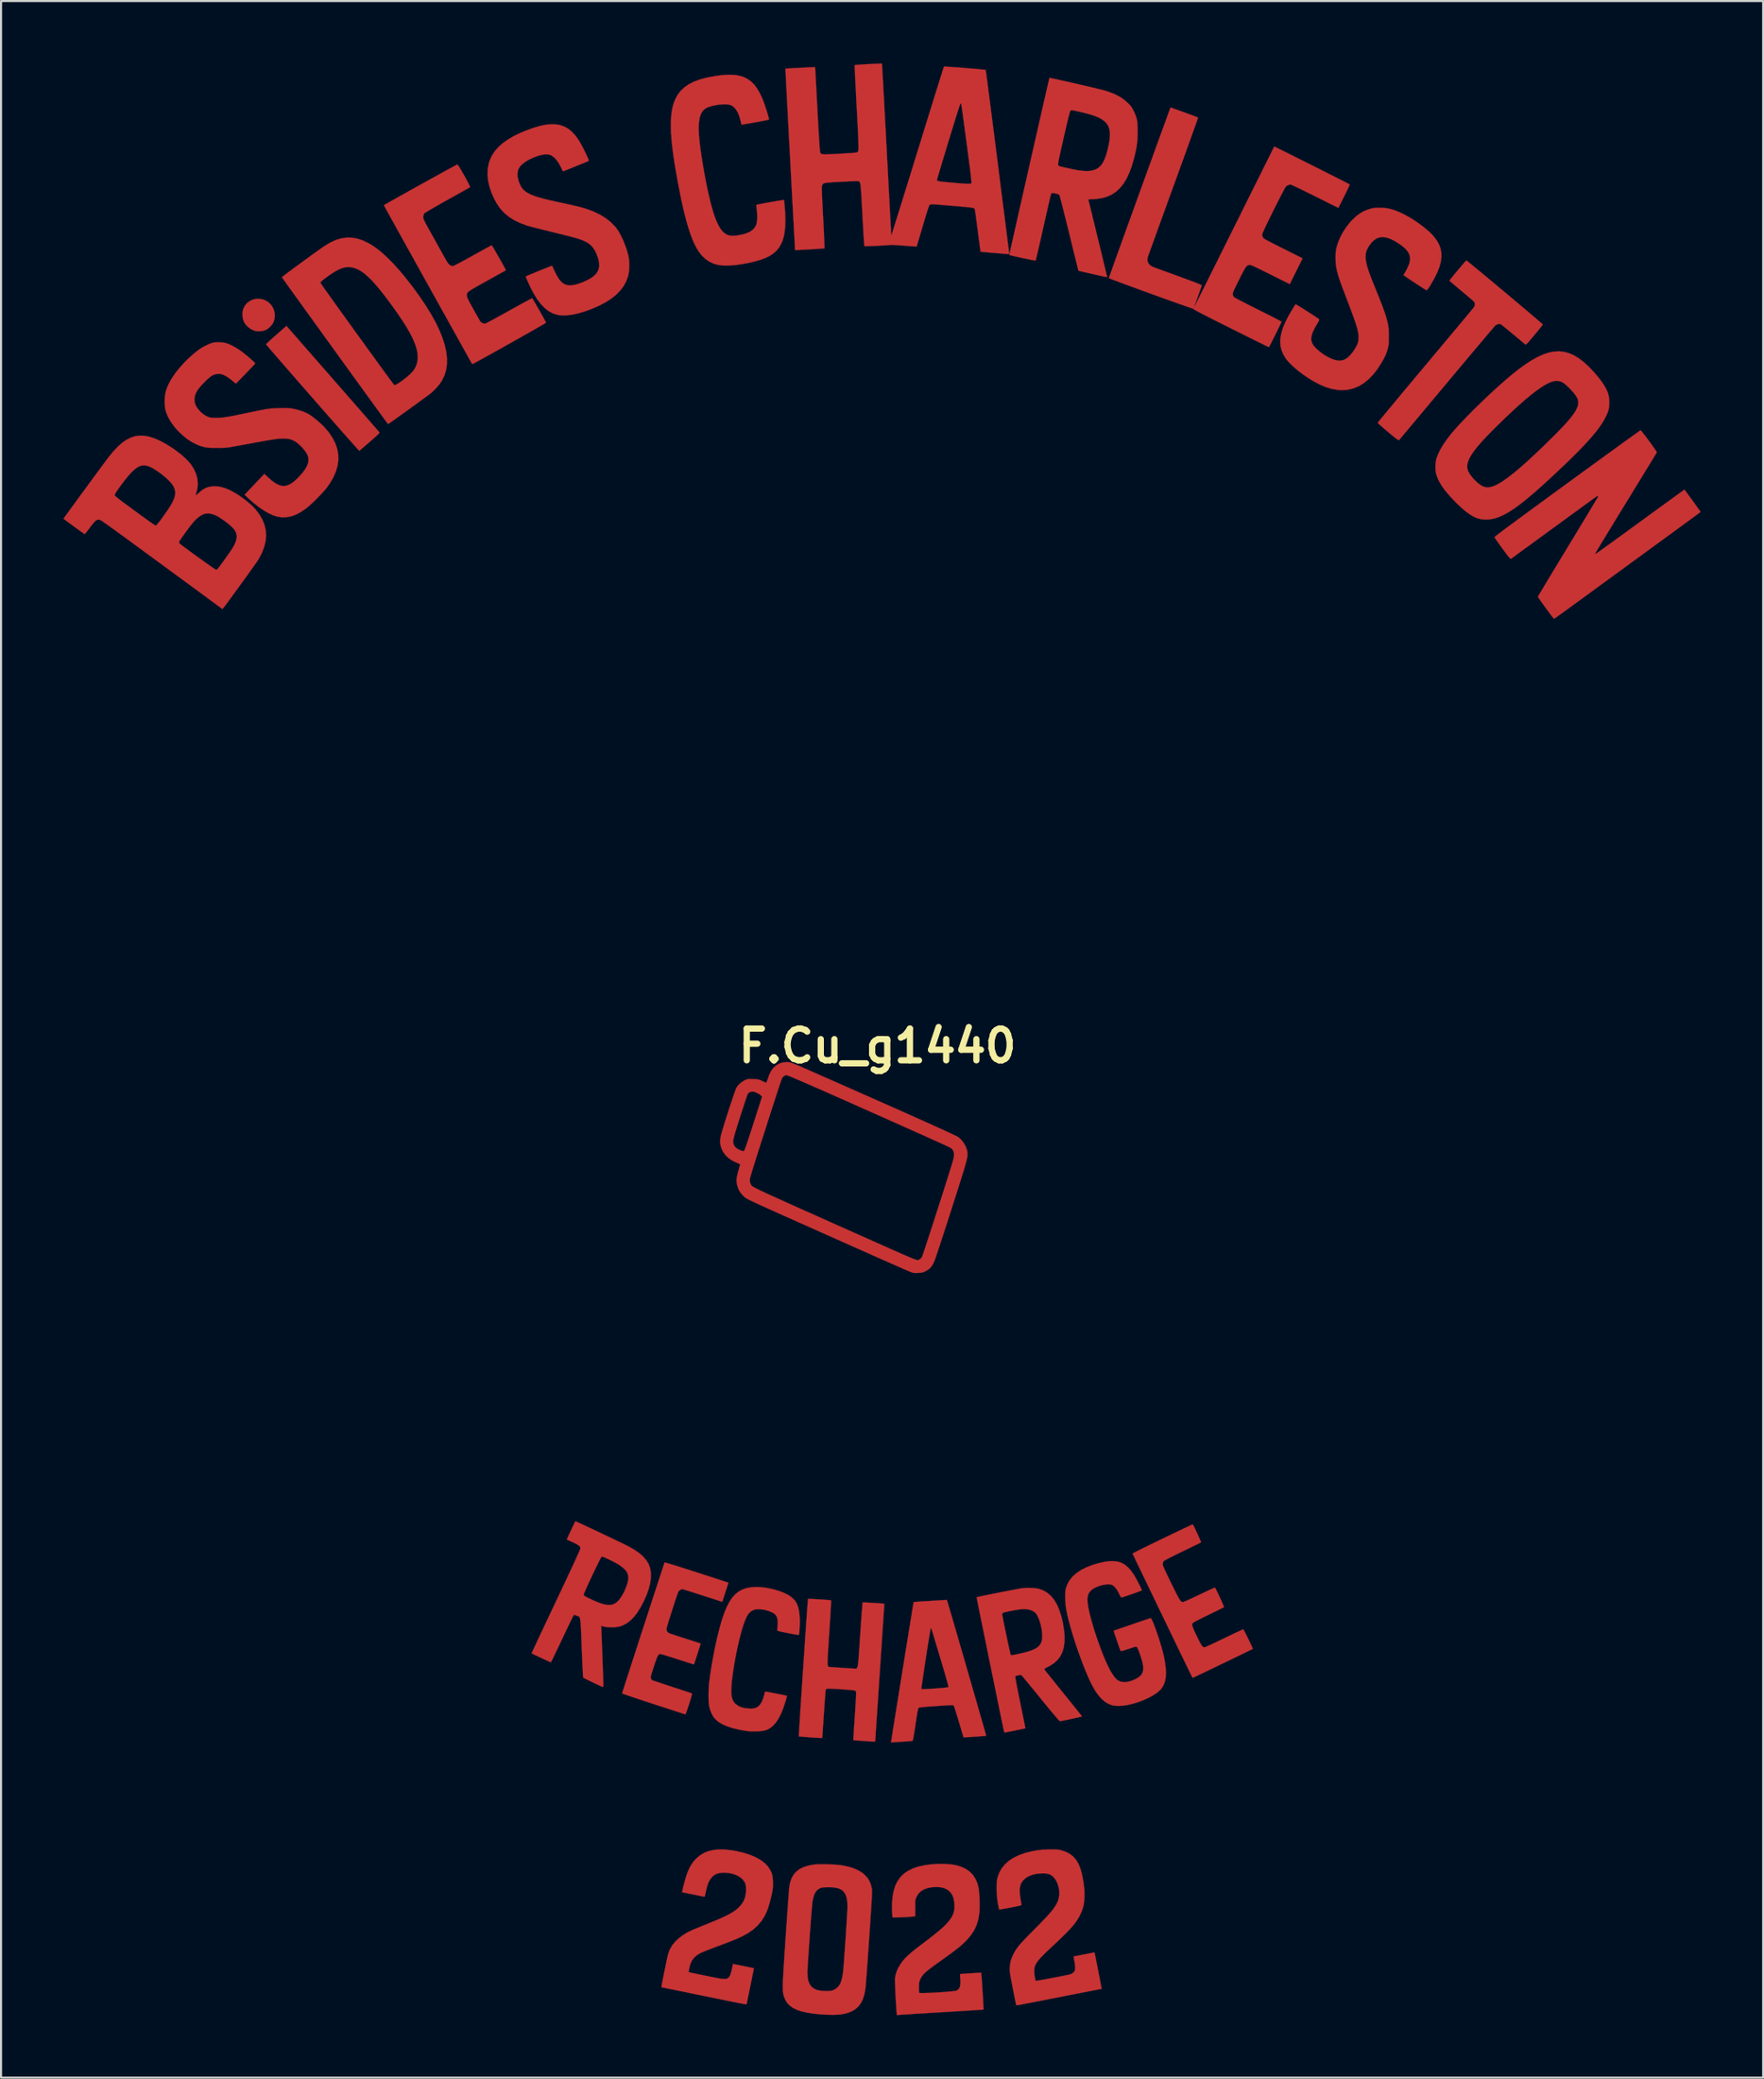
<source format=kicad_pcb>
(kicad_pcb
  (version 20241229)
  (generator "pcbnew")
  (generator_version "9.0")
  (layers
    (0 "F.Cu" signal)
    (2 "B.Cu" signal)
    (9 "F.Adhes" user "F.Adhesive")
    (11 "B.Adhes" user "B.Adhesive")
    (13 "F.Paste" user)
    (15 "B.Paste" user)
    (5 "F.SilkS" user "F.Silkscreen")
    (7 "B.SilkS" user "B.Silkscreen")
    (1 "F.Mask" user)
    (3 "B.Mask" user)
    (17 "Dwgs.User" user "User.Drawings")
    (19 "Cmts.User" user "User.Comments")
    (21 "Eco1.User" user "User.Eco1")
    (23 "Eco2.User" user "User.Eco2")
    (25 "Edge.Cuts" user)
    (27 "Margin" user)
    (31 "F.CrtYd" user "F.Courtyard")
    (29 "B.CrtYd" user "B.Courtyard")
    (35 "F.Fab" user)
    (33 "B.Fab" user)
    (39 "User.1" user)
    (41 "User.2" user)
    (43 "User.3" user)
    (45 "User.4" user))
  (footprint "F.Cu_g1440"
    (layer "F.Cu")
    (at 39.098 47.168)
    (property "Reference" "F.Cu_g1440" (at 0 0 0) (layer "F.SilkS") (effects (font (size 1.524 1.524) (thickness 0.3))))
    (attr through_hole)
    (fp_poly (pts (xy -29.685 -35.871) (xy -29.507 -35.838) (xy -29.346 -35.768) (xy -29.206 -35.665) (xy -29.092 -35.534) (xy -29.007 -35.378) (xy -28.957 -35.205) (xy -28.946 -35.051) (xy -28.966 -34.892) (xy -29.013 -34.748) (xy -29.023 -34.727) (xy -29.095 -34.619) (xy -29.192 -34.513) (xy -29.302 -34.424) (xy -29.374 -34.382) (xy -29.484 -34.343) (xy -29.614 -34.321) (xy -29.748 -34.315) (xy -29.87 -34.327) (xy -29.919 -34.34) (xy -30.092 -34.417) (xy -30.242 -34.526) (xy -30.363 -34.66) (xy -30.432 -34.777) (xy -30.476 -34.906) (xy -30.498 -35.055) (xy -30.498 -35.208) (xy -30.475 -35.349) (xy -30.46 -35.394) (xy -30.381 -35.547) (xy -30.271 -35.675) (xy -30.135 -35.773) (xy -29.979 -35.84) (xy -29.808 -35.872) (xy -29.685 -35.871)) (stroke (width 0.01) (type solid)) (fill yes) (layer "F.Cu"))
    (fp_poly (pts (xy -26.169 -32.032) (xy -25.922 -31.75) (xy -25.683 -31.476) (xy -25.452 -31.212) (xy -25.232 -30.96) (xy -25.024 -30.722) (xy -24.829 -30.499) (xy -24.649 -30.293) (xy -24.485 -30.106) (xy -24.34 -29.939) (xy -24.214 -29.794) (xy -24.108 -29.674) (xy -24.025 -29.578) (xy -23.966 -29.511) (xy -23.933 -29.472) (xy -23.925 -29.463) (xy -23.922 -29.45) (xy -23.932 -29.429) (xy -23.956 -29.398) (xy -23.999 -29.354) (xy -24.063 -29.293) (xy -24.152 -29.213) (xy -24.267 -29.112) (xy -24.384 -29.009) (xy -24.506 -28.903) (xy -24.618 -28.807) (xy -24.715 -28.723) (xy -24.795 -28.655) (xy -24.853 -28.607) (xy -24.885 -28.582) (xy -24.889 -28.579) (xy -24.905 -28.594) (xy -24.948 -28.639) (xy -25.015 -28.713) (xy -25.106 -28.813) (xy -25.218 -28.939) (xy -25.351 -29.088) (xy -25.503 -29.259) (xy -25.672 -29.45) (xy -25.857 -29.659) (xy -26.056 -29.886) (xy -26.269 -30.127) (xy -26.492 -30.381) (xy -26.726 -30.648) (xy -26.968 -30.924) (xy -27.137 -31.117) (xy -27.384 -31.399) (xy -27.624 -31.673) (xy -27.854 -31.937) (xy -28.073 -32.189) (xy -28.281 -32.427) (xy -28.475 -32.65) (xy -28.654 -32.856) (xy -28.816 -33.043) (xy -28.96 -33.209) (xy -29.085 -33.354) (xy -29.189 -33.475) (xy -29.27 -33.57) (xy -29.328 -33.638) (xy -29.36 -33.677) (xy -29.366 -33.686) (xy -29.352 -33.705) (xy -29.309 -33.749) (xy -29.242 -33.813) (xy -29.156 -33.892) (xy -29.053 -33.985) (xy -28.939 -34.086) (xy -28.924 -34.099) (xy -28.806 -34.202) (xy -28.696 -34.298) (xy -28.6 -34.383) (xy -28.521 -34.452) (xy -28.464 -34.501) (xy -28.435 -34.527) (xy -28.434 -34.528) (xy -28.388 -34.569) (xy -26.169 -32.032)) (stroke (width 0.01) (type solid)) (fill yes) (layer "F.Cu"))
    (fp_poly (pts (xy 28.308 -37.699) (xy 28.356 -37.662) (xy 28.432 -37.601) (xy 28.533 -37.519) (xy 28.656 -37.418) (xy 28.798 -37.301) (xy 28.958 -37.168) (xy 29.133 -37.023) (xy 29.32 -36.868) (xy 29.517 -36.704) (xy 29.721 -36.533) (xy 29.93 -36.359) (xy 30.142 -36.182) (xy 30.353 -36.005) (xy 30.561 -35.83) (xy 30.764 -35.66) (xy 30.96 -35.495) (xy 31.145 -35.339) (xy 31.317 -35.194) (xy 31.474 -35.06) (xy 31.614 -34.942) (xy 31.733 -34.84) (xy 31.829 -34.757) (xy 31.9 -34.695) (xy 31.944 -34.655) (xy 31.957 -34.642) (xy 31.945 -34.62) (xy 31.91 -34.57) (xy 31.853 -34.497) (xy 31.779 -34.404) (xy 31.691 -34.295) (xy 31.592 -34.175) (xy 31.558 -34.135) (xy 31.442 -33.997) (xy 31.349 -33.888) (xy 31.277 -33.805) (xy 31.223 -33.746) (xy 31.184 -33.707) (xy 31.156 -33.685) (xy 31.137 -33.676) (xy 31.123 -33.679) (xy 31.118 -33.682) (xy 31.015 -33.77) (xy 30.898 -33.869) (xy 30.772 -33.974) (xy 30.642 -34.083) (xy 30.511 -34.192) (xy 30.383 -34.297) (xy 30.264 -34.395) (xy 30.156 -34.483) (xy 30.066 -34.556) (xy 29.996 -34.611) (xy 29.951 -34.646) (xy 29.937 -34.655) (xy 29.862 -34.668) (xy 29.777 -34.648) (xy 29.692 -34.599) (xy 29.67 -34.581) (xy 29.648 -34.557) (xy 29.601 -34.503) (xy 29.53 -34.42) (xy 29.435 -34.309) (xy 29.32 -34.173) (xy 29.185 -34.013) (xy 29.031 -33.832) (xy 28.861 -33.629) (xy 28.675 -33.409) (xy 28.475 -33.172) (xy 28.263 -32.919) (xy 28.04 -32.653) (xy 27.807 -32.376) (xy 27.567 -32.089) (xy 27.336 -31.814) (xy 27.09 -31.52) (xy 26.851 -31.234) (xy 26.621 -30.96) (xy 26.401 -30.697) (xy 26.193 -30.448) (xy 25.997 -30.214) (xy 25.815 -29.997) (xy 25.65 -29.8) (xy 25.501 -29.623) (xy 25.372 -29.468) (xy 25.262 -29.337) (xy 25.174 -29.232) (xy 25.108 -29.154) (xy 25.067 -29.106) (xy 25.052 -29.088) (xy 25.039 -29.085) (xy 25.012 -29.097) (xy 24.969 -29.124) (xy 24.908 -29.169) (xy 24.824 -29.235) (xy 24.716 -29.324) (xy 24.579 -29.437) (xy 24.531 -29.477) (xy 24.408 -29.582) (xy 24.295 -29.678) (xy 24.198 -29.763) (xy 24.12 -29.834) (xy 24.065 -29.885) (xy 24.037 -29.915) (xy 24.035 -29.92) (xy 24.048 -29.939) (xy 24.087 -29.988) (xy 24.151 -30.067) (xy 24.238 -30.173) (xy 24.346 -30.304) (xy 24.474 -30.46) (xy 24.622 -30.637) (xy 24.786 -30.835) (xy 24.967 -31.053) (xy 25.162 -31.287) (xy 25.37 -31.537) (xy 25.591 -31.8) (xy 25.821 -32.076) (xy 26.06 -32.361) (xy 26.307 -32.656) (xy 26.321 -32.672) (xy 26.569 -32.968) (xy 26.81 -33.256) (xy 27.043 -33.533) (xy 27.266 -33.8) (xy 27.477 -34.053) (xy 27.676 -34.29) (xy 27.861 -34.511) (xy 28.03 -34.714) (xy 28.182 -34.896) (xy 28.315 -35.056) (xy 28.429 -35.193) (xy 28.521 -35.304) (xy 28.59 -35.388) (xy 28.635 -35.443) (xy 28.654 -35.467) (xy 28.654 -35.467) (xy 28.688 -35.537) (xy 28.702 -35.61) (xy 28.702 -35.611) (xy 28.683 -35.695) (xy 28.654 -35.738) (xy 28.627 -35.763) (xy 28.571 -35.813) (xy 28.491 -35.882) (xy 28.391 -35.968) (xy 28.275 -36.066) (xy 28.147 -36.174) (xy 28.046 -36.258) (xy 27.914 -36.369) (xy 27.793 -36.471) (xy 27.686 -36.561) (xy 27.598 -36.637) (xy 27.531 -36.694) (xy 27.491 -36.731) (xy 27.479 -36.743) (xy 27.491 -36.762) (xy 27.526 -36.809) (xy 27.58 -36.878) (xy 27.65 -36.964) (xy 27.731 -37.063) (xy 27.819 -37.169) (xy 27.91 -37.278) (xy 28 -37.385) (xy 28.084 -37.484) (xy 28.16 -37.571) (xy 28.221 -37.642) (xy 28.266 -37.69) (xy 28.288 -37.711) (xy 28.289 -37.712) (xy 28.308 -37.699)) (stroke (width 0.01) (type solid)) (fill yes) (layer "F.Cu"))
    (fp_poly (pts (xy -5.47 25.998) (xy -5.219 26.038) (xy -4.968 26.095) (xy -4.726 26.167) (xy -4.503 26.252) (xy -4.307 26.347) (xy -4.213 26.405) (xy -4.079 26.508) (xy -3.969 26.623) (xy -3.883 26.756) (xy -3.819 26.91) (xy -3.773 27.092) (xy -3.744 27.305) (xy -3.732 27.495) (xy -3.73 27.609) (xy -3.731 27.733) (xy -3.735 27.86) (xy -3.741 27.983) (xy -3.749 28.094) (xy -3.759 28.185) (xy -3.769 28.249) (xy -3.779 28.276) (xy -3.802 28.275) (xy -3.861 28.267) (xy -3.95 28.252) (xy -4.063 28.232) (xy -4.195 28.207) (xy -4.31 28.185) (xy -4.471 28.152) (xy -4.596 28.127) (xy -4.688 28.106) (xy -4.751 28.089) (xy -4.791 28.076) (xy -4.811 28.064) (xy -4.815 28.052) (xy -4.814 28.048) (xy -4.808 28.014) (xy -4.8 27.947) (xy -4.793 27.86) (xy -4.789 27.79) (xy -4.788 27.624) (xy -4.805 27.489) (xy -4.844 27.381) (xy -4.91 27.293) (xy -5.006 27.221) (xy -5.136 27.159) (xy -5.305 27.102) (xy -5.306 27.102) (xy -5.47 27.062) (xy -5.631 27.045) (xy -5.683 27.043) (xy -5.78 27.043) (xy -5.85 27.049) (xy -5.908 27.063) (xy -5.968 27.087) (xy -5.997 27.101) (xy -6.08 27.15) (xy -6.153 27.214) (xy -6.22 27.298) (xy -6.283 27.407) (xy -6.346 27.545) (xy -6.412 27.719) (xy -6.433 27.779) (xy -6.501 27.992) (xy -6.57 28.24) (xy -6.64 28.515) (xy -6.708 28.81) (xy -6.773 29.117) (xy -6.834 29.429) (xy -6.888 29.739) (xy -6.936 30.039) (xy -6.974 30.322) (xy -7.003 30.579) (xy -7.01 30.665) (xy -7.022 30.883) (xy -7.021 31.066) (xy -7.006 31.219) (xy -6.975 31.346) (xy -6.927 31.452) (xy -6.863 31.542) (xy -6.823 31.584) (xy -6.686 31.685) (xy -6.521 31.757) (xy -6.326 31.799) (xy -6.107 31.813) (xy -6.003 31.811) (xy -5.926 31.802) (xy -5.862 31.785) (xy -5.808 31.763) (xy -5.709 31.699) (xy -5.624 31.607) (xy -5.55 31.481) (xy -5.486 31.319) (xy -5.442 31.167) (xy -5.422 31.09) (xy -5.405 31.031) (xy -5.395 31.001) (xy -5.394 30.999) (xy -5.372 31) (xy -5.316 31.009) (xy -5.231 31.024) (xy -5.126 31.044) (xy -5.007 31.066) (xy -4.88 31.091) (xy -4.753 31.116) (xy -4.633 31.14) (xy -4.525 31.162) (xy -4.438 31.181) (xy -4.378 31.195) (xy -4.351 31.202) (xy -4.35 31.203) (xy -4.352 31.225) (xy -4.365 31.281) (xy -4.387 31.362) (xy -4.415 31.459) (xy -4.423 31.487) (xy -4.525 31.794) (xy -4.634 32.061) (xy -4.75 32.288) (xy -4.875 32.477) (xy -5.009 32.63) (xy -5.153 32.746) (xy -5.307 32.829) (xy -5.373 32.853) (xy -5.473 32.876) (xy -5.604 32.893) (xy -5.756 32.903) (xy -5.917 32.908) (xy -6.078 32.905) (xy -6.226 32.895) (xy -6.308 32.885) (xy -6.648 32.824) (xy -6.949 32.751) (xy -7.211 32.667) (xy -7.434 32.57) (xy -7.619 32.462) (xy -7.767 32.34) (xy -7.836 32.264) (xy -7.908 32.157) (xy -7.976 32.022) (xy -8.034 31.874) (xy -8.076 31.726) (xy -8.077 31.718) (xy -8.096 31.6) (xy -8.108 31.448) (xy -8.113 31.273) (xy -8.113 31.081) (xy -8.106 30.883) (xy -8.093 30.687) (xy -8.077 30.522) (xy -8.035 30.204) (xy -7.984 29.868) (xy -7.924 29.522) (xy -7.859 29.171) (xy -7.788 28.823) (xy -7.714 28.486) (xy -7.637 28.165) (xy -7.56 27.869) (xy -7.484 27.603) (xy -7.439 27.462) (xy -7.331 27.159) (xy -7.218 26.897) (xy -7.099 26.672) (xy -6.97 26.483) (xy -6.831 26.328) (xy -6.678 26.204) (xy -6.51 26.109) (xy -6.324 26.04) (xy -6.118 25.997) (xy -5.937 25.979) (xy -5.713 25.977) (xy -5.47 25.998)) (stroke (width 0.01) (type solid)) (fill yes) (layer "F.Cu"))
    (fp_poly (pts (xy 32.984 -33.325) (xy 33.214 -33.263) (xy 33.442 -33.164) (xy 33.669 -33.029) (xy 33.898 -32.857) (xy 34.131 -32.649) (xy 34.224 -32.556) (xy 34.427 -32.339) (xy 34.611 -32.125) (xy 34.771 -31.917) (xy 34.904 -31.72) (xy 35.007 -31.539) (xy 35.033 -31.483) (xy 35.097 -31.321) (xy 35.136 -31.163) (xy 35.153 -30.995) (xy 35.153 -30.829) (xy 35.146 -30.714) (xy 35.136 -30.624) (xy 35.118 -30.544) (xy 35.089 -30.456) (xy 35.07 -30.403) (xy 35.002 -30.244) (xy 34.916 -30.078) (xy 34.811 -29.903) (xy 34.686 -29.719) (xy 34.538 -29.523) (xy 34.367 -29.314) (xy 34.171 -29.089) (xy 33.949 -28.847) (xy 33.698 -28.587) (xy 33.418 -28.306) (xy 33.108 -28.003) (xy 32.787 -27.698) (xy 32.435 -27.367) (xy 32.109 -27.067) (xy 31.809 -26.796) (xy 31.531 -26.552) (xy 31.274 -26.334) (xy 31.036 -26.14) (xy 30.816 -25.97) (xy 30.612 -25.822) (xy 30.421 -25.695) (xy 30.242 -25.586) (xy 30.074 -25.496) (xy 29.914 -25.422) (xy 29.76 -25.363) (xy 29.611 -25.318) (xy 29.598 -25.315) (xy 29.446 -25.287) (xy 29.279 -25.275) (xy 29.113 -25.279) (xy 28.963 -25.299) (xy 28.903 -25.313) (xy 28.784 -25.351) (xy 28.684 -25.392) (xy 28.586 -25.443) (xy 28.473 -25.512) (xy 28.464 -25.518) (xy 28.266 -25.66) (xy 28.053 -25.84) (xy 27.824 -26.057) (xy 27.749 -26.133) (xy 27.545 -26.349) (xy 27.373 -26.545) (xy 27.228 -26.725) (xy 27.108 -26.893) (xy 27.01 -27.053) (xy 26.931 -27.212) (xy 26.867 -27.372) (xy 26.857 -27.403) (xy 26.823 -27.544) (xy 26.806 -27.71) (xy 26.806 -27.82) (xy 28.326 -27.82) (xy 28.341 -27.697) (xy 28.384 -27.572) (xy 28.46 -27.442) (xy 28.569 -27.301) (xy 28.698 -27.161) (xy 28.845 -27.022) (xy 28.98 -26.921) (xy 29.109 -26.854) (xy 29.237 -26.821) (xy 29.369 -26.82) (xy 29.511 -26.849) (xy 29.577 -26.87) (xy 29.718 -26.929) (xy 29.877 -27.014) (xy 30.055 -27.125) (xy 30.252 -27.263) (xy 30.469 -27.429) (xy 30.707 -27.622) (xy 30.967 -27.845) (xy 31.25 -28.098) (xy 31.556 -28.381) (xy 31.887 -28.695) (xy 32.244 -29.042) (xy 32.372 -29.167) (xy 32.628 -29.423) (xy 32.852 -29.654) (xy 33.047 -29.862) (xy 33.212 -30.049) (xy 33.35 -30.218) (xy 33.461 -30.37) (xy 33.547 -30.507) (xy 33.609 -30.631) (xy 33.648 -30.745) (xy 33.666 -30.85) (xy 33.664 -30.948) (xy 33.643 -31.042) (xy 33.608 -31.125) (xy 33.554 -31.214) (xy 33.476 -31.318) (xy 33.381 -31.431) (xy 33.276 -31.545) (xy 33.167 -31.654) (xy 33.063 -31.75) (xy 32.968 -31.825) (xy 32.892 -31.872) (xy 32.77 -31.917) (xy 32.644 -31.934) (xy 32.509 -31.923) (xy 32.361 -31.882) (xy 32.197 -31.81) (xy 32.013 -31.707) (xy 31.867 -31.613) (xy 31.646 -31.457) (xy 31.399 -31.266) (xy 31.128 -31.042) (xy 30.832 -30.783) (xy 30.51 -30.49) (xy 30.164 -30.163) (xy 29.792 -29.802) (xy 29.731 -29.742) (xy 29.47 -29.481) (xy 29.241 -29.245) (xy 29.042 -29.03) (xy 28.871 -28.836) (xy 28.726 -28.659) (xy 28.607 -28.498) (xy 28.51 -28.351) (xy 28.436 -28.216) (xy 28.382 -28.09) (xy 28.346 -27.971) (xy 28.34 -27.946) (xy 28.326 -27.82) (xy 26.806 -27.82) (xy 26.806 -27.885) (xy 26.822 -28.055) (xy 26.854 -28.206) (xy 26.857 -28.214) (xy 26.936 -28.421) (xy 27.048 -28.646) (xy 27.191 -28.884) (xy 27.36 -29.13) (xy 27.553 -29.38) (xy 27.579 -29.411) (xy 27.754 -29.614) (xy 27.958 -29.839) (xy 28.185 -30.08) (xy 28.433 -30.335) (xy 28.695 -30.598) (xy 28.968 -30.864) (xy 29.246 -31.13) (xy 29.525 -31.392) (xy 29.801 -31.644) (xy 30.069 -31.882) (xy 30.324 -32.102) (xy 30.562 -32.299) (xy 30.778 -32.47) (xy 30.812 -32.496) (xy 31.134 -32.729) (xy 31.438 -32.925) (xy 31.725 -33.084) (xy 31.998 -33.206) (xy 32.258 -33.291) (xy 32.508 -33.339) (xy 32.749 -33.35) (xy 32.984 -33.325)) (stroke (width 0.01) (type solid)) (fill yes) (layer "F.Cu"))
    (fp_poly (pts (xy -6.871 -46.619) (xy -6.639 -46.583) (xy -6.431 -46.52) (xy -6.244 -46.429) (xy -6.077 -46.309) (xy -5.925 -46.16) (xy -5.788 -45.979) (xy -5.662 -45.767) (xy -5.546 -45.522) (xy -5.54 -45.508) (xy -5.497 -45.402) (xy -5.451 -45.28) (xy -5.404 -45.148) (xy -5.359 -45.013) (xy -5.316 -44.881) (xy -5.278 -44.757) (xy -5.247 -44.649) (xy -5.225 -44.562) (xy -5.214 -44.502) (xy -5.216 -44.477) (xy -5.239 -44.469) (xy -5.298 -44.456) (xy -5.386 -44.438) (xy -5.497 -44.416) (xy -5.624 -44.391) (xy -5.763 -44.365) (xy -5.906 -44.339) (xy -6.047 -44.314) (xy -6.181 -44.29) (xy -6.302 -44.269) (xy -6.403 -44.253) (xy -6.478 -44.241) (xy -6.521 -44.236) (xy -6.529 -44.237) (xy -6.536 -44.263) (xy -6.549 -44.317) (xy -6.561 -44.372) (xy -6.619 -44.595) (xy -6.692 -44.787) (xy -6.781 -44.944) (xy -6.883 -45.066) (xy -6.998 -45.15) (xy -7.063 -45.178) (xy -7.175 -45.203) (xy -7.317 -45.212) (xy -7.478 -45.207) (xy -7.648 -45.19) (xy -7.819 -45.162) (xy -7.98 -45.124) (xy -8.122 -45.078) (xy -8.235 -45.025) (xy -8.27 -45.002) (xy -8.367 -44.918) (xy -8.443 -44.817) (xy -8.501 -44.695) (xy -8.543 -44.546) (xy -8.572 -44.362) (xy -8.576 -44.322) (xy -8.587 -44.143) (xy -8.585 -43.93) (xy -8.571 -43.684) (xy -8.545 -43.401) (xy -8.506 -43.082) (xy -8.454 -42.725) (xy -8.39 -42.329) (xy -8.381 -42.272) (xy -8.297 -41.8) (xy -8.214 -41.369) (xy -8.133 -40.978) (xy -8.051 -40.625) (xy -7.97 -40.31) (xy -7.888 -40.03) (xy -7.805 -39.784) (xy -7.721 -39.572) (xy -7.635 -39.392) (xy -7.546 -39.243) (xy -7.454 -39.123) (xy -7.359 -39.03) (xy -7.261 -38.965) (xy -7.176 -38.93) (xy -7.084 -38.907) (xy -6.998 -38.895) (xy -6.904 -38.895) (xy -6.789 -38.906) (xy -6.717 -38.916) (xy -6.479 -38.961) (xy -6.279 -39.021) (xy -6.115 -39.096) (xy -5.985 -39.189) (xy -5.887 -39.3) (xy -5.82 -39.431) (xy -5.807 -39.468) (xy -5.789 -39.559) (xy -5.777 -39.68) (xy -5.774 -39.821) (xy -5.778 -39.971) (xy -5.79 -40.118) (xy -5.798 -40.181) (xy -5.809 -40.265) (xy -5.816 -40.332) (xy -5.817 -40.371) (xy -5.815 -40.378) (xy -5.79 -40.386) (xy -5.731 -40.4) (xy -5.643 -40.419) (xy -5.531 -40.44) (xy -5.403 -40.465) (xy -5.265 -40.49) (xy -5.121 -40.516) (xy -4.979 -40.541) (xy -4.844 -40.564) (xy -4.723 -40.584) (xy -4.62 -40.599) (xy -4.543 -40.61) (xy -4.497 -40.615) (xy -4.487 -40.614) (xy -4.485 -40.592) (xy -4.48 -40.535) (xy -4.471 -40.452) (xy -4.461 -40.348) (xy -4.456 -40.291) (xy -4.432 -39.97) (xy -4.424 -39.665) (xy -4.431 -39.381) (xy -4.454 -39.123) (xy -4.492 -38.895) (xy -4.545 -38.702) (xy -4.548 -38.693) (xy -4.627 -38.506) (xy -4.724 -38.339) (xy -4.842 -38.192) (xy -4.985 -38.062) (xy -5.154 -37.947) (xy -5.354 -37.846) (xy -5.586 -37.756) (xy -5.855 -37.676) (xy -6.161 -37.603) (xy -6.223 -37.59) (xy -6.558 -37.529) (xy -6.866 -37.489) (xy -7.145 -37.469) (xy -7.391 -37.47) (xy -7.604 -37.492) (xy -7.631 -37.496) (xy -7.866 -37.56) (xy -8.083 -37.662) (xy -8.279 -37.8) (xy -8.457 -37.977) (xy -8.562 -38.111) (xy -8.674 -38.287) (xy -8.784 -38.496) (xy -8.89 -38.738) (xy -8.994 -39.015) (xy -9.095 -39.329) (xy -9.195 -39.68) (xy -9.294 -40.069) (xy -9.392 -40.499) (xy -9.482 -40.934) (xy -9.584 -41.459) (xy -9.672 -41.947) (xy -9.747 -42.398) (xy -9.809 -42.814) (xy -9.857 -43.198) (xy -9.893 -43.55) (xy -9.915 -43.874) (xy -9.923 -44.17) (xy -9.919 -44.44) (xy -9.902 -44.686) (xy -9.871 -44.911) (xy -9.828 -45.115) (xy -9.771 -45.301) (xy -9.702 -45.471) (xy -9.619 -45.626) (xy -9.589 -45.674) (xy -9.447 -45.859) (xy -9.274 -46.022) (xy -9.068 -46.165) (xy -8.828 -46.289) (xy -8.553 -46.393) (xy -8.241 -46.479) (xy -8.086 -46.512) (xy -7.734 -46.575) (xy -7.416 -46.614) (xy -7.129 -46.629) (xy -6.871 -46.619)) (stroke (width 0.01) (type solid)) (fill yes) (layer "F.Cu"))
    (fp_poly (pts (xy -2.424 39.289) (xy -2.233 39.296) (xy -2.048 39.306) (xy -1.878 39.32) (xy -1.733 39.336) (xy -1.665 39.347) (xy -1.371 39.411) (xy -1.115 39.493) (xy -0.894 39.595) (xy -0.706 39.716) (xy -0.592 39.815) (xy -0.465 39.961) (xy -0.371 40.121) (xy -0.305 40.304) (xy -0.281 40.406) (xy -0.275 40.435) (xy -0.271 40.463) (xy -0.267 40.493) (xy -0.264 40.528) (xy -0.263 40.571) (xy -0.262 40.622) (xy -0.264 40.687) (xy -0.266 40.766) (xy -0.271 40.862) (xy -0.277 40.979) (xy -0.285 41.118) (xy -0.295 41.282) (xy -0.308 41.474) (xy -0.322 41.696) (xy -0.339 41.951) (xy -0.359 42.241) (xy -0.381 42.569) (xy -0.399 42.829) (xy -0.42 43.138) (xy -0.441 43.439) (xy -0.462 43.729) (xy -0.481 44.004) (xy -0.5 44.261) (xy -0.517 44.497) (xy -0.533 44.709) (xy -0.548 44.894) (xy -0.56 45.049) (xy -0.57 45.171) (xy -0.578 45.256) (xy -0.583 45.297) (xy -0.632 45.553) (xy -0.705 45.775) (xy -0.801 45.964) (xy -0.922 46.121) (xy -1.069 46.249) (xy -1.234 46.345) (xy -1.384 46.407) (xy -1.542 46.455) (xy -1.715 46.489) (xy -1.907 46.509) (xy -2.124 46.517) (xy -2.373 46.513) (xy -2.603 46.501) (xy -2.74 46.491) (xy -2.896 46.476) (xy -3.048 46.46) (xy -3.133 46.449) (xy -3.421 46.402) (xy -3.671 46.342) (xy -3.885 46.268) (xy -4.065 46.178) (xy -4.213 46.071) (xy -4.332 45.945) (xy -4.424 45.8) (xy -4.489 45.639) (xy -4.503 45.592) (xy -4.515 45.543) (xy -4.525 45.491) (xy -4.533 45.431) (xy -4.539 45.363) (xy -4.543 45.283) (xy -4.544 45.189) (xy -4.543 45.079) (xy -4.54 44.949) (xy -4.534 44.799) (xy -4.526 44.624) (xy -4.519 44.509) (xy -3.365 44.509) (xy -3.353 44.724) (xy -3.315 44.905) (xy -3.251 45.055) (xy -3.16 45.175) (xy -3.039 45.265) (xy -2.888 45.328) (xy -2.704 45.364) (xy -2.487 45.375) (xy -2.445 45.375) (xy -2.333 45.371) (xy -2.252 45.366) (xy -2.193 45.356) (xy -2.144 45.341) (xy -2.095 45.319) (xy -2.085 45.314) (xy -1.984 45.252) (xy -1.898 45.178) (xy -1.827 45.09) (xy -1.769 44.982) (xy -1.722 44.85) (xy -1.684 44.69) (xy -1.654 44.498) (xy -1.63 44.27) (xy -1.621 44.15) (xy -1.596 43.816) (xy -1.573 43.489) (xy -1.551 43.173) (xy -1.53 42.871) (xy -1.511 42.586) (xy -1.494 42.321) (xy -1.479 42.079) (xy -1.466 41.863) (xy -1.455 41.676) (xy -1.447 41.521) (xy -1.442 41.402) (xy -1.44 41.321) (xy -1.44 41.307) (xy -1.449 41.084) (xy -1.478 40.897) (xy -1.53 40.742) (xy -1.606 40.619) (xy -1.708 40.524) (xy -1.84 40.456) (xy -2.003 40.412) (xy -2.199 40.391) (xy -2.429 40.389) (xy -2.543 40.394) (xy -2.625 40.401) (xy -2.687 40.412) (xy -2.739 40.43) (xy -2.782 40.45) (xy -2.877 40.51) (xy -2.954 40.59) (xy -3.016 40.695) (xy -3.065 40.829) (xy -3.106 40.998) (xy -3.122 41.091) (xy -3.129 41.145) (xy -3.138 41.237) (xy -3.149 41.362) (xy -3.162 41.517) (xy -3.176 41.697) (xy -3.192 41.898) (xy -3.208 42.115) (xy -3.225 42.345) (xy -3.243 42.583) (xy -3.26 42.825) (xy -3.277 43.067) (xy -3.293 43.304) (xy -3.309 43.532) (xy -3.323 43.747) (xy -3.336 43.944) (xy -3.346 44.12) (xy -3.355 44.27) (xy -3.361 44.389) (xy -3.365 44.474) (xy -3.365 44.509) (xy -4.519 44.509) (xy -4.515 44.423) (xy -4.501 44.194) (xy -4.484 43.933) (xy -4.465 43.639) (xy -4.443 43.308) (xy -4.418 42.939) (xy -4.405 42.746) (xy -4.384 42.442) (xy -4.363 42.147) (xy -4.343 41.864) (xy -4.324 41.597) (xy -4.306 41.348) (xy -4.29 41.12) (xy -4.275 40.918) (xy -4.262 40.742) (xy -4.251 40.598) (xy -4.242 40.487) (xy -4.235 40.414) (xy -4.233 40.386) (xy -4.19 40.155) (xy -4.12 39.954) (xy -4.022 39.782) (xy -3.895 39.638) (xy -3.737 39.519) (xy -3.546 39.425) (xy -3.321 39.354) (xy -3.061 39.306) (xy -3.05 39.304) (xy -2.933 39.294) (xy -2.783 39.288) (xy -2.61 39.286) (xy -2.424 39.289)) (stroke (width 0.01) (type solid)) (fill yes) (layer "F.Cu"))
    (fp_poly (pts (xy -25.229 -38.804) (xy -24.97 -38.756) (xy -24.707 -38.667) (xy -24.438 -38.537) (xy -24.231 -38.412) (xy -23.99 -38.24) (xy -23.737 -38.029) (xy -23.473 -37.781) (xy -23.199 -37.498) (xy -22.917 -37.181) (xy -22.628 -36.831) (xy -22.333 -36.451) (xy -22.034 -36.041) (xy -21.992 -35.981) (xy -21.697 -35.545) (xy -21.439 -35.127) (xy -21.219 -34.729) (xy -21.037 -34.349) (xy -20.892 -33.988) (xy -20.784 -33.645) (xy -20.713 -33.32) (xy -20.679 -33.013) (xy -20.682 -32.724) (xy -20.723 -32.451) (xy -20.8 -32.196) (xy -20.915 -31.958) (xy -20.94 -31.916) (xy -21.031 -31.784) (xy -21.147 -31.642) (xy -21.276 -31.504) (xy -21.407 -31.38) (xy -21.484 -31.316) (xy -21.544 -31.272) (xy -21.629 -31.208) (xy -21.736 -31.13) (xy -21.861 -31.038) (xy -22.001 -30.936) (xy -22.152 -30.826) (xy -22.311 -30.711) (xy -22.473 -30.594) (xy -22.635 -30.477) (xy -22.794 -30.363) (xy -22.945 -30.255) (xy -23.085 -30.154) (xy -23.21 -30.065) (xy -23.318 -29.989) (xy -23.403 -29.929) (xy -23.462 -29.887) (xy -23.492 -29.868) (xy -23.495 -29.866) (xy -23.519 -29.882) (xy -23.554 -29.92) (xy -23.565 -29.935) (xy -23.606 -29.99) (xy -23.669 -30.075) (xy -23.752 -30.189) (xy -23.853 -30.328) (xy -23.972 -30.492) (xy -24.107 -30.677) (xy -24.257 -30.883) (xy -24.419 -31.108) (xy -24.594 -31.348) (xy -24.778 -31.603) (xy -24.972 -31.871) (xy -25.173 -32.148) (xy -25.38 -32.434) (xy -25.592 -32.727) (xy -25.807 -33.024) (xy -26.023 -33.324) (xy -26.24 -33.624) (xy -26.456 -33.922) (xy -26.669 -34.218) (xy -26.879 -34.508) (xy -27.083 -34.79) (xy -27.28 -35.064) (xy -27.47 -35.326) (xy -27.649 -35.575) (xy -27.818 -35.809) (xy -27.974 -36.025) (xy -28.116 -36.223) (xy -28.243 -36.399) (xy -28.353 -36.553) (xy -28.414 -36.638) (xy -26.755 -36.638) (xy -26.742 -36.617) (xy -26.707 -36.564) (xy -26.649 -36.48) (xy -26.571 -36.368) (xy -26.473 -36.23) (xy -26.358 -36.068) (xy -26.227 -35.883) (xy -26.08 -35.679) (xy -25.921 -35.456) (xy -25.749 -35.217) (xy -25.566 -34.964) (xy -25.375 -34.698) (xy -25.176 -34.423) (xy -25.07 -34.277) (xy -24.819 -33.93) (xy -24.591 -33.616) (xy -24.387 -33.333) (xy -24.203 -33.08) (xy -24.04 -32.855) (xy -23.895 -32.655) (xy -23.768 -32.481) (xy -23.658 -32.329) (xy -23.563 -32.199) (xy -23.482 -32.088) (xy -23.414 -31.996) (xy -23.358 -31.921) (xy -23.312 -31.86) (xy -23.276 -31.813) (xy -23.247 -31.778) (xy -23.226 -31.753) (xy -23.211 -31.736) (xy -23.2 -31.727) (xy -23.192 -31.723) (xy -23.187 -31.723) (xy -23.183 -31.725) (xy -23.178 -31.727) (xy -23.172 -31.729) (xy -23.171 -31.729) (xy -23.137 -31.741) (xy -23.077 -31.775) (xy -22.996 -31.826) (xy -22.9 -31.89) (xy -22.838 -31.934) (xy -22.638 -32.086) (xy -22.475 -32.225) (xy -22.347 -32.354) (xy -22.252 -32.475) (xy -22.21 -32.546) (xy -22.144 -32.692) (xy -22.101 -32.845) (xy -22.08 -33.007) (xy -22.083 -33.179) (xy -22.109 -33.363) (xy -22.16 -33.561) (xy -22.237 -33.774) (xy -22.339 -34.004) (xy -22.468 -34.253) (xy -22.624 -34.523) (xy -22.809 -34.816) (xy -23.022 -35.132) (xy -23.265 -35.474) (xy -23.513 -35.812) (xy -23.738 -36.107) (xy -23.945 -36.366) (xy -24.137 -36.591) (xy -24.315 -36.784) (xy -24.482 -36.947) (xy -24.639 -37.082) (xy -24.789 -37.19) (xy -24.933 -37.274) (xy -25.075 -37.335) (xy -25.215 -37.375) (xy -25.265 -37.384) (xy -25.412 -37.397) (xy -25.561 -37.384) (xy -25.716 -37.345) (xy -25.882 -37.278) (xy -26.062 -37.181) (xy -26.262 -37.052) (xy -26.353 -36.988) (xy -26.486 -36.892) (xy -26.587 -36.816) (xy -26.661 -36.758) (xy -26.71 -36.713) (xy -26.74 -36.678) (xy -26.753 -36.651) (xy -26.755 -36.638) (xy -28.414 -36.638) (xy -28.445 -36.681) (xy -28.518 -36.783) (xy -28.569 -36.855) (xy -28.598 -36.897) (xy -28.605 -36.906) (xy -28.588 -36.922) (xy -28.541 -36.961) (xy -28.467 -37.018) (xy -28.369 -37.093) (xy -28.251 -37.181) (xy -28.116 -37.282) (xy -27.968 -37.391) (xy -27.811 -37.507) (xy -27.647 -37.626) (xy -27.482 -37.747) (xy -27.317 -37.866) (xy -27.158 -37.982) (xy -27.006 -38.091) (xy -26.867 -38.19) (xy -26.743 -38.278) (xy -26.638 -38.351) (xy -26.556 -38.407) (xy -26.534 -38.422) (xy -26.265 -38.581) (xy -26.002 -38.699) (xy -25.743 -38.775) (xy -25.486 -38.81) (xy -25.229 -38.804)) (stroke (width 0.01) (type solid)) (fill yes) (layer "F.Cu"))
    (fp_poly (pts (xy 11.552 24.76) (xy 11.727 24.818) (xy 11.887 24.909) (xy 12.036 25.033) (xy 12.178 25.191) (xy 12.297 25.358) (xy 12.342 25.429) (xy 12.395 25.521) (xy 12.453 25.625) (xy 12.512 25.736) (xy 12.569 25.846) (xy 12.62 25.947) (xy 12.661 26.034) (xy 12.689 26.098) (xy 12.7 26.132) (xy 12.7 26.134) (xy 12.681 26.144) (xy 12.628 26.166) (xy 12.549 26.196) (xy 12.449 26.233) (xy 12.335 26.274) (xy 12.215 26.316) (xy 12.094 26.359) (xy 11.979 26.398) (xy 11.877 26.432) (xy 11.794 26.458) (xy 11.737 26.475) (xy 11.715 26.48) (xy 11.697 26.461) (xy 11.668 26.413) (xy 11.632 26.343) (xy 11.611 26.298) (xy 11.543 26.168) (xy 11.465 26.052) (xy 11.382 25.957) (xy 11.301 25.891) (xy 11.267 25.873) (xy 11.165 25.849) (xy 11.036 25.846) (xy 10.887 25.865) (xy 10.727 25.902) (xy 10.563 25.959) (xy 10.506 25.983) (xy 10.351 26.065) (xy 10.234 26.161) (xy 10.152 26.273) (xy 10.103 26.407) (xy 10.085 26.566) (xy 10.096 26.753) (xy 10.126 26.944) (xy 10.173 27.168) (xy 10.234 27.418) (xy 10.307 27.688) (xy 10.392 27.972) (xy 10.485 28.265) (xy 10.585 28.56) (xy 10.69 28.852) (xy 10.797 29.134) (xy 10.906 29.401) (xy 11.014 29.647) (xy 11.093 29.813) (xy 11.207 30.03) (xy 11.316 30.206) (xy 11.421 30.341) (xy 11.522 30.438) (xy 11.566 30.469) (xy 11.696 30.524) (xy 11.846 30.545) (xy 12.014 30.531) (xy 12.197 30.483) (xy 12.392 30.401) (xy 12.406 30.394) (xy 12.552 30.307) (xy 12.66 30.211) (xy 12.73 30.1) (xy 12.766 29.971) (xy 12.769 29.819) (xy 12.753 29.692) (xy 12.734 29.604) (xy 12.706 29.497) (xy 12.67 29.377) (xy 12.63 29.254) (xy 12.588 29.135) (xy 12.548 29.028) (xy 12.511 28.94) (xy 12.481 28.881) (xy 12.468 28.863) (xy 12.453 28.85) (xy 12.435 28.842) (xy 12.408 28.841) (xy 12.367 28.849) (xy 12.305 28.867) (xy 12.217 28.895) (xy 12.095 28.936) (xy 12.066 28.946) (xy 11.943 28.986) (xy 11.837 29.018) (xy 11.755 29.04) (xy 11.703 29.05) (xy 11.686 29.049) (xy 11.675 29.025) (xy 11.654 28.969) (xy 11.624 28.887) (xy 11.587 28.785) (xy 11.547 28.671) (xy 11.506 28.55) (xy 11.465 28.431) (xy 11.427 28.319) (xy 11.394 28.221) (xy 11.369 28.143) (xy 11.354 28.093) (xy 11.35 28.077) (xy 11.371 28.069) (xy 11.427 28.049) (xy 11.513 28.019) (xy 11.625 27.981) (xy 11.756 27.935) (xy 11.903 27.885) (xy 12.06 27.831) (xy 12.223 27.775) (xy 12.385 27.719) (xy 12.544 27.665) (xy 12.693 27.614) (xy 12.827 27.569) (xy 12.942 27.53) (xy 13.032 27.499) (xy 13.094 27.479) (xy 13.12 27.47) (xy 13.121 27.47) (xy 13.143 27.486) (xy 13.175 27.538) (xy 13.215 27.622) (xy 13.262 27.734) (xy 13.315 27.868) (xy 13.371 28.02) (xy 13.429 28.187) (xy 13.489 28.362) (xy 13.547 28.543) (xy 13.602 28.724) (xy 13.654 28.901) (xy 13.7 29.07) (xy 13.739 29.225) (xy 13.758 29.305) (xy 13.816 29.61) (xy 13.849 29.882) (xy 13.859 30.123) (xy 13.844 30.338) (xy 13.804 30.527) (xy 13.739 30.693) (xy 13.649 30.839) (xy 13.597 30.902) (xy 13.474 31.016) (xy 13.317 31.129) (xy 13.13 31.239) (xy 12.922 31.342) (xy 12.698 31.437) (xy 12.466 31.52) (xy 12.232 31.589) (xy 12.003 31.641) (xy 11.787 31.674) (xy 11.589 31.685) (xy 11.585 31.685) (xy 11.483 31.681) (xy 11.385 31.673) (xy 11.307 31.662) (xy 11.282 31.656) (xy 11.1 31.586) (xy 10.928 31.482) (xy 10.765 31.342) (xy 10.608 31.164) (xy 10.457 30.947) (xy 10.311 30.69) (xy 10.211 30.487) (xy 10.086 30.207) (xy 9.958 29.901) (xy 9.831 29.576) (xy 9.706 29.238) (xy 9.585 28.893) (xy 9.471 28.549) (xy 9.365 28.211) (xy 9.27 27.885) (xy 9.187 27.578) (xy 9.12 27.296) (xy 9.07 27.051) (xy 9.049 26.909) (xy 9.034 26.751) (xy 9.024 26.586) (xy 9.021 26.424) (xy 9.024 26.275) (xy 9.033 26.151) (xy 9.046 26.072) (xy 9.119 25.856) (xy 9.23 25.655) (xy 9.379 25.472) (xy 9.567 25.306) (xy 9.792 25.156) (xy 10.055 25.025) (xy 10.355 24.911) (xy 10.632 24.83) (xy 10.902 24.769) (xy 11.143 24.737) (xy 11.359 24.734) (xy 11.552 24.76)) (stroke (width 0.01) (type solid)) (fill yes) (layer "F.Cu"))
    (fp_poly (pts (xy -10.199 24.802) (xy -10.139 24.818) (xy -10.045 24.845) (xy -9.92 24.882) (xy -9.766 24.93) (xy -9.586 24.985) (xy -9.383 25.049) (xy -9.161 25.12) (xy -8.922 25.196) (xy -8.685 25.273) (xy -8.441 25.352) (xy -8.21 25.427) (xy -7.993 25.497) (xy -7.795 25.562) (xy -7.618 25.619) (xy -7.465 25.669) (xy -7.34 25.71) (xy -7.245 25.741) (xy -7.185 25.761) (xy -7.161 25.769) (xy -7.161 25.769) (xy -7.166 25.789) (xy -7.182 25.843) (xy -7.208 25.927) (xy -7.242 26.033) (xy -7.283 26.157) (xy -7.306 26.229) (xy -7.456 26.687) (xy -7.543 26.658) (xy -7.756 26.588) (xy -7.97 26.519) (xy -8.183 26.45) (xy -8.39 26.383) (xy -8.587 26.32) (xy -8.771 26.261) (xy -8.938 26.208) (xy -9.083 26.163) (xy -9.203 26.126) (xy -9.293 26.098) (xy -9.351 26.082) (xy -9.371 26.077) (xy -9.425 26.092) (xy -9.488 26.127) (xy -9.543 26.172) (xy -9.567 26.203) (xy -9.581 26.238) (xy -9.606 26.307) (xy -9.64 26.406) (xy -9.681 26.528) (xy -9.728 26.67) (xy -9.778 26.825) (xy -9.831 26.988) (xy -9.884 27.155) (xy -9.937 27.32) (xy -9.987 27.478) (xy -10.032 27.624) (xy -10.072 27.753) (xy -10.103 27.859) (xy -10.126 27.938) (xy -10.138 27.984) (xy -10.139 27.992) (xy -10.119 28.084) (xy -10.064 28.158) (xy -9.997 28.199) (xy -9.958 28.213) (xy -9.884 28.238) (xy -9.781 28.272) (xy -9.653 28.314) (xy -9.505 28.363) (xy -9.344 28.415) (xy -9.207 28.459) (xy -9.043 28.512) (xy -8.891 28.561) (xy -8.758 28.604) (xy -8.646 28.64) (xy -8.562 28.668) (xy -8.51 28.685) (xy -8.493 28.691) (xy -8.499 28.711) (xy -8.515 28.764) (xy -8.54 28.845) (xy -8.571 28.945) (xy -8.608 29.06) (xy -8.646 29.182) (xy -8.686 29.304) (xy -8.723 29.42) (xy -8.757 29.523) (xy -8.784 29.607) (xy -8.804 29.665) (xy -8.813 29.69) (xy -8.814 29.691) (xy -8.834 29.685) (xy -8.89 29.668) (xy -8.978 29.641) (xy -9.093 29.605) (xy -9.231 29.561) (xy -9.387 29.51) (xy -9.557 29.455) (xy -9.599 29.442) (xy -9.774 29.386) (xy -9.938 29.334) (xy -10.086 29.287) (xy -10.214 29.248) (xy -10.316 29.218) (xy -10.389 29.198) (xy -10.427 29.189) (xy -10.43 29.189) (xy -10.466 29.194) (xy -10.5 29.214) (xy -10.533 29.251) (xy -10.567 29.31) (xy -10.604 29.395) (xy -10.647 29.511) (xy -10.698 29.662) (xy -10.729 29.757) (xy -10.772 29.892) (xy -10.811 30.015) (xy -10.845 30.121) (xy -10.871 30.202) (xy -10.887 30.253) (xy -10.89 30.265) (xy -10.891 30.33) (xy -10.867 30.399) (xy -10.824 30.449) (xy -10.821 30.451) (xy -10.794 30.462) (xy -10.731 30.484) (xy -10.635 30.517) (xy -10.512 30.558) (xy -10.366 30.607) (xy -10.2 30.662) (xy -10.019 30.721) (xy -9.853 30.775) (xy -9.663 30.837) (xy -9.485 30.895) (xy -9.324 30.948) (xy -9.183 30.995) (xy -9.067 31.034) (xy -8.979 31.064) (xy -8.924 31.084) (xy -8.906 31.092) (xy -8.908 31.115) (xy -8.921 31.171) (xy -8.944 31.254) (xy -8.974 31.356) (xy -9.01 31.472) (xy -9.048 31.594) (xy -9.088 31.716) (xy -9.126 31.831) (xy -9.161 31.932) (xy -9.19 32.013) (xy -9.212 32.067) (xy -9.224 32.088) (xy -9.224 32.088) (xy -9.246 32.081) (xy -9.305 32.062) (xy -9.398 32.033) (xy -9.522 31.993) (xy -9.674 31.944) (xy -9.85 31.887) (xy -10.048 31.823) (xy -10.263 31.753) (xy -10.494 31.678) (xy -10.737 31.599) (xy -10.753 31.594) (xy -10.996 31.514) (xy -11.226 31.438) (xy -11.442 31.367) (xy -11.639 31.301) (xy -11.815 31.242) (xy -11.966 31.19) (xy -12.09 31.147) (xy -12.182 31.114) (xy -12.241 31.092) (xy -12.263 31.082) (xy -12.263 31.081) (xy -12.256 31.057) (xy -12.237 30.995) (xy -12.206 30.898) (xy -12.165 30.769) (xy -12.115 30.611) (xy -12.055 30.426) (xy -11.987 30.217) (xy -11.913 29.986) (xy -11.832 29.736) (xy -11.746 29.47) (xy -11.655 29.19) (xy -11.561 28.9) (xy -11.464 28.6) (xy -11.365 28.296) (xy -11.265 27.988) (xy -11.165 27.68) (xy -11.065 27.374) (xy -10.967 27.073) (xy -10.872 26.779) (xy -10.78 26.496) (xy -10.691 26.225) (xy -10.608 25.97) (xy -10.53 25.733) (xy -10.46 25.517) (xy -10.396 25.324) (xy -10.342 25.157) (xy -10.296 25.019) (xy -10.26 24.912) (xy -10.236 24.839) (xy -10.223 24.803) (xy -10.222 24.799) (xy -10.199 24.802)) (stroke (width 0.01) (type solid)) (fill yes) (layer "F.Cu"))
    (fp_poly (pts (xy 3.346 26.638) (xy 3.356 26.666) (xy 3.376 26.732) (xy 3.406 26.833) (xy 3.445 26.966) (xy 3.493 27.128) (xy 3.549 27.318) (xy 3.611 27.532) (xy 3.68 27.767) (xy 3.754 28.022) (xy 3.833 28.293) (xy 3.915 28.578) (xy 4.001 28.874) (xy 4.09 29.178) (xy 4.18 29.489) (xy 4.27 29.802) (xy 4.361 30.117) (xy 4.452 30.429) (xy 4.54 30.737) (xy 4.627 31.037) (xy 4.711 31.328) (xy 4.791 31.606) (xy 4.866 31.869) (xy 4.937 32.114) (xy 5.001 32.338) (xy 5.059 32.54) (xy 5.109 32.716) (xy 5.151 32.863) (xy 5.183 32.98) (xy 5.206 33.063) (xy 5.219 33.109) (xy 5.221 33.119) (xy 5.198 33.123) (xy 5.141 33.128) (xy 5.055 33.135) (xy 4.948 33.143) (xy 4.827 33.152) (xy 4.7 33.161) (xy 4.572 33.169) (xy 4.451 33.177) (xy 4.345 33.183) (xy 4.259 33.187) (xy 4.202 33.189) (xy 4.2 33.189) (xy 4.135 33.189) (xy 3.914 32.445) (xy 3.863 32.274) (xy 3.814 32.116) (xy 3.77 31.974) (xy 3.732 31.854) (xy 3.7 31.761) (xy 3.678 31.699) (xy 3.666 31.672) (xy 3.666 31.672) (xy 3.656 31.663) (xy 3.645 31.656) (xy 3.627 31.651) (xy 3.599 31.648) (xy 3.558 31.647) (xy 3.499 31.649) (xy 3.417 31.653) (xy 3.311 31.659) (xy 3.174 31.668) (xy 3.004 31.679) (xy 2.796 31.693) (xy 2.753 31.696) (xy 2.545 31.711) (xy 2.376 31.724) (xy 2.242 31.735) (xy 2.139 31.745) (xy 2.064 31.755) (xy 2.013 31.764) (xy 1.983 31.773) (xy 1.972 31.78) (xy 1.96 31.807) (xy 1.944 31.866) (xy 1.925 31.961) (xy 1.902 32.092) (xy 1.875 32.261) (xy 1.843 32.47) (xy 1.827 32.579) (xy 1.801 32.754) (xy 1.776 32.916) (xy 1.752 33.06) (xy 1.732 33.181) (xy 1.714 33.274) (xy 1.701 33.335) (xy 1.693 33.359) (xy 1.693 33.359) (xy 1.666 33.364) (xy 1.604 33.371) (xy 1.512 33.379) (xy 1.397 33.387) (xy 1.267 33.396) (xy 1.222 33.398) (xy 1.085 33.407) (xy 0.959 33.415) (xy 0.851 33.423) (xy 0.77 33.429) (xy 0.721 33.434) (xy 0.714 33.435) (xy 0.672 33.437) (xy 0.656 33.425) (xy 0.659 33.4) (xy 0.669 33.337) (xy 0.685 33.238) (xy 0.706 33.105) (xy 0.731 32.942) (xy 0.762 32.75) (xy 0.797 32.533) (xy 0.835 32.293) (xy 0.877 32.033) (xy 0.921 31.755) (xy 0.968 31.463) (xy 1.017 31.159) (xy 1.064 30.865) (xy 2.11 30.865) (xy 2.11 30.866) (xy 2.123 30.874) (xy 2.153 30.878) (xy 2.204 30.88) (xy 2.28 30.879) (xy 2.384 30.874) (xy 2.52 30.866) (xy 2.691 30.855) (xy 2.863 30.843) (xy 3.012 30.831) (xy 3.146 30.819) (xy 3.258 30.808) (xy 3.343 30.797) (xy 3.396 30.788) (xy 3.41 30.782) (xy 3.411 30.764) (xy 3.402 30.717) (xy 3.384 30.64) (xy 3.356 30.532) (xy 3.317 30.392) (xy 3.267 30.217) (xy 3.205 30.008) (xy 3.132 29.761) (xy 3.047 29.475) (xy 3.017 29.376) (xy 2.934 29.098) (xy 2.861 28.857) (xy 2.8 28.651) (xy 2.747 28.478) (xy 2.704 28.334) (xy 2.669 28.218) (xy 2.641 28.126) (xy 2.618 28.056) (xy 2.602 28.004) (xy 2.589 27.969) (xy 2.581 27.948) (xy 2.575 27.938) (xy 2.571 27.936) (xy 2.568 27.939) (xy 2.565 27.945) (xy 2.562 27.952) (xy 2.56 27.954) (xy 2.554 27.977) (xy 2.542 28.038) (xy 2.525 28.133) (xy 2.504 28.258) (xy 2.479 28.407) (xy 2.452 28.578) (xy 2.422 28.765) (xy 2.39 28.966) (xy 2.357 29.175) (xy 2.324 29.389) (xy 2.291 29.603) (xy 2.259 29.813) (xy 2.228 30.016) (xy 2.2 30.206) (xy 2.174 30.381) (xy 2.152 30.535) (xy 2.134 30.664) (xy 2.12 30.765) (xy 2.112 30.833) (xy 2.11 30.865) (xy 1.064 30.865) (xy 1.067 30.846) (xy 1.119 30.527) (xy 1.171 30.203) (xy 1.223 29.878) (xy 1.276 29.555) (xy 1.327 29.236) (xy 1.378 28.924) (xy 1.427 28.622) (xy 1.474 28.331) (xy 1.518 28.056) (xy 1.56 27.799) (xy 1.599 27.562) (xy 1.634 27.348) (xy 1.664 27.16) (xy 1.69 27) (xy 1.712 26.871) (xy 1.727 26.777) (xy 1.737 26.719) (xy 1.741 26.7) (xy 1.763 26.697) (xy 1.823 26.692) (xy 1.915 26.685) (xy 2.036 26.676) (xy 2.18 26.667) (xy 2.344 26.656) (xy 2.521 26.645) (xy 2.539 26.644) (xy 3.328 26.595) (xy 3.346 26.638)) (stroke (width 0.01) (type solid)) (fill yes) (layer "F.Cu"))
    (fp_poly (pts (xy -15.454 -44.247) (xy -15.239 -44.21) (xy -15.041 -44.14) (xy -14.858 -44.038) (xy -14.688 -43.902) (xy -14.528 -43.733) (xy -14.377 -43.53) (xy -14.37 -43.519) (xy -14.322 -43.442) (xy -14.266 -43.345) (xy -14.205 -43.232) (xy -14.141 -43.111) (xy -14.078 -42.986) (xy -14.018 -42.864) (xy -13.964 -42.75) (xy -13.919 -42.651) (xy -13.885 -42.571) (xy -13.867 -42.518) (xy -13.866 -42.496) (xy -13.887 -42.486) (xy -13.942 -42.463) (xy -14.025 -42.428) (xy -14.129 -42.385) (xy -14.25 -42.336) (xy -14.38 -42.283) (xy -14.515 -42.228) (xy -14.649 -42.174) (xy -14.775 -42.123) (xy -14.889 -42.077) (xy -14.983 -42.04) (xy -15.053 -42.012) (xy -15.093 -41.997) (xy -15.1 -41.995) (xy -15.114 -42.013) (xy -15.14 -42.06) (xy -15.173 -42.128) (xy -15.186 -42.155) (xy -15.291 -42.359) (xy -15.402 -42.524) (xy -15.52 -42.653) (xy -15.649 -42.749) (xy -15.684 -42.769) (xy -15.789 -42.803) (xy -15.922 -42.811) (xy -16.078 -42.794) (xy -16.253 -42.752) (xy -16.327 -42.729) (xy -16.559 -42.64) (xy -16.764 -42.541) (xy -16.939 -42.434) (xy -17.08 -42.321) (xy -17.185 -42.205) (xy -17.252 -42.087) (xy -17.258 -42.07) (xy -17.291 -41.908) (xy -17.286 -41.73) (xy -17.243 -41.539) (xy -17.169 -41.349) (xy -17.115 -41.247) (xy -17.049 -41.156) (xy -16.97 -41.073) (xy -16.874 -40.997) (xy -16.757 -40.927) (xy -16.617 -40.861) (xy -16.451 -40.797) (xy -16.255 -40.735) (xy -16.026 -40.672) (xy -15.761 -40.608) (xy -15.482 -40.545) (xy -15.223 -40.489) (xy -15.001 -40.441) (xy -14.813 -40.399) (xy -14.654 -40.363) (xy -14.52 -40.333) (xy -14.407 -40.306) (xy -14.311 -40.282) (xy -14.228 -40.261) (xy -14.154 -40.24) (xy -14.085 -40.219) (xy -14.017 -40.198) (xy -13.974 -40.184) (xy -13.628 -40.054) (xy -13.318 -39.905) (xy -13.044 -39.736) (xy -12.805 -39.546) (xy -12.599 -39.334) (xy -12.525 -39.243) (xy -12.433 -39.106) (xy -12.338 -38.936) (xy -12.245 -38.744) (xy -12.157 -38.537) (xy -12.078 -38.326) (xy -12.012 -38.119) (xy -11.963 -37.927) (xy -11.947 -37.846) (xy -11.927 -37.677) (xy -11.92 -37.492) (xy -11.926 -37.303) (xy -11.945 -37.127) (xy -11.975 -36.975) (xy -11.979 -36.96) (xy -12.069 -36.715) (xy -12.194 -36.485) (xy -12.355 -36.271) (xy -12.552 -36.07) (xy -12.786 -35.882) (xy -13.059 -35.707) (xy -13.371 -35.543) (xy -13.724 -35.39) (xy -13.739 -35.384) (xy -14.084 -35.259) (xy -14.405 -35.166) (xy -14.7 -35.105) (xy -14.97 -35.076) (xy -15.213 -35.08) (xy -15.385 -35.106) (xy -15.59 -35.172) (xy -15.789 -35.28) (xy -15.98 -35.429) (xy -16.165 -35.619) (xy -16.341 -35.85) (xy -16.509 -36.122) (xy -16.615 -36.32) (xy -16.677 -36.447) (xy -16.735 -36.571) (xy -16.788 -36.687) (xy -16.832 -36.788) (xy -16.865 -36.869) (xy -16.884 -36.924) (xy -16.887 -36.947) (xy -16.865 -36.958) (xy -16.81 -36.981) (xy -16.728 -37.016) (xy -16.624 -37.06) (xy -16.503 -37.109) (xy -16.373 -37.163) (xy -16.237 -37.219) (xy -16.102 -37.273) (xy -15.974 -37.325) (xy -15.858 -37.372) (xy -15.76 -37.41) (xy -15.686 -37.44) (xy -15.641 -37.456) (xy -15.63 -37.46) (xy -15.619 -37.439) (xy -15.595 -37.388) (xy -15.561 -37.314) (xy -15.524 -37.232) (xy -15.419 -37.016) (xy -15.314 -36.841) (xy -15.206 -36.705) (xy -15.09 -36.606) (xy -14.964 -36.543) (xy -14.822 -36.515) (xy -14.663 -36.52) (xy -14.481 -36.556) (xy -14.274 -36.623) (xy -14.117 -36.684) (xy -13.893 -36.788) (xy -13.71 -36.897) (xy -13.567 -37.014) (xy -13.462 -37.14) (xy -13.395 -37.276) (xy -13.363 -37.426) (xy -13.367 -37.591) (xy -13.404 -37.772) (xy -13.406 -37.779) (xy -13.481 -38.003) (xy -13.569 -38.19) (xy -13.672 -38.345) (xy -13.795 -38.472) (xy -13.941 -38.575) (xy -14.034 -38.625) (xy -14.1 -38.655) (xy -14.168 -38.684) (xy -14.241 -38.712) (xy -14.324 -38.741) (xy -14.42 -38.771) (xy -14.534 -38.804) (xy -14.668 -38.841) (xy -14.826 -38.883) (xy -15.012 -38.93) (xy -15.231 -38.984) (xy -15.485 -39.047) (xy -15.632 -39.082) (xy -15.839 -39.133) (xy -16.04 -39.183) (xy -16.231 -39.231) (xy -16.406 -39.275) (xy -16.559 -39.315) (xy -16.687 -39.349) (xy -16.783 -39.376) (xy -16.838 -39.392) (xy -17.156 -39.509) (xy -17.438 -39.643) (xy -17.687 -39.799) (xy -17.905 -39.977) (xy -18.096 -40.18) (xy -18.263 -40.412) (xy -18.387 -40.631) (xy -18.533 -40.952) (xy -18.638 -41.263) (xy -18.704 -41.563) (xy -18.73 -41.853) (xy -18.715 -42.131) (xy -18.661 -42.398) (xy -18.619 -42.525) (xy -18.516 -42.747) (xy -18.38 -42.957) (xy -18.208 -43.154) (xy -18 -43.34) (xy -17.755 -43.515) (xy -17.471 -43.681) (xy -17.147 -43.838) (xy -16.859 -43.957) (xy -16.527 -44.077) (xy -16.223 -44.167) (xy -15.944 -44.225) (xy -15.689 -44.252) (xy -15.454 -44.247)) (stroke (width 0.01) (type solid)) (fill yes) (layer "F.Cu"))
    (fp_poly (pts (xy 15.162 22.997) (xy 15.193 23.054) (xy 15.233 23.135) (xy 15.28 23.233) (xy 15.331 23.34) (xy 15.382 23.452) (xy 15.431 23.561) (xy 15.475 23.659) (xy 15.511 23.742) (xy 15.534 23.801) (xy 15.544 23.831) (xy 15.543 23.832) (xy 15.521 23.844) (xy 15.465 23.873) (xy 15.378 23.916) (xy 15.265 23.971) (xy 15.129 24.037) (xy 14.974 24.113) (xy 14.804 24.195) (xy 14.65 24.269) (xy 14.424 24.379) (xy 14.227 24.476) (xy 14.062 24.559) (xy 13.929 24.627) (xy 13.831 24.681) (xy 13.768 24.718) (xy 13.743 24.738) (xy 13.72 24.791) (xy 13.704 24.858) (xy 13.703 24.865) (xy 13.703 24.888) (xy 13.708 24.918) (xy 13.72 24.958) (xy 13.74 25.012) (xy 13.77 25.083) (xy 13.811 25.175) (xy 13.866 25.291) (xy 13.935 25.435) (xy 14.02 25.61) (xy 14.102 25.779) (xy 14.206 25.99) (xy 14.293 26.167) (xy 14.366 26.311) (xy 14.426 26.427) (xy 14.477 26.517) (xy 14.519 26.585) (xy 14.554 26.633) (xy 14.585 26.666) (xy 14.614 26.685) (xy 14.643 26.695) (xy 14.673 26.697) (xy 14.684 26.697) (xy 14.715 26.688) (xy 14.781 26.662) (xy 14.875 26.622) (xy 14.993 26.569) (xy 15.132 26.505) (xy 15.285 26.433) (xy 15.449 26.355) (xy 15.471 26.344) (xy 15.634 26.266) (xy 15.785 26.194) (xy 15.92 26.132) (xy 16.034 26.08) (xy 16.124 26.04) (xy 16.185 26.016) (xy 16.213 26.007) (xy 16.214 26.008) (xy 16.233 26.039) (xy 16.266 26.1) (xy 16.308 26.185) (xy 16.357 26.286) (xy 16.41 26.398) (xy 16.464 26.514) (xy 16.516 26.629) (xy 16.563 26.734) (xy 16.602 26.825) (xy 16.63 26.894) (xy 16.644 26.935) (xy 16.645 26.943) (xy 16.622 26.956) (xy 16.566 26.985) (xy 16.48 27.028) (xy 16.369 27.083) (xy 16.236 27.148) (xy 16.088 27.22) (xy 15.927 27.298) (xy 15.913 27.305) (xy 15.75 27.384) (xy 15.597 27.46) (xy 15.46 27.529) (xy 15.342 27.59) (xy 15.249 27.64) (xy 15.185 27.677) (xy 15.154 27.698) (xy 15.154 27.699) (xy 15.132 27.728) (xy 15.12 27.762) (xy 15.12 27.807) (xy 15.132 27.865) (xy 15.159 27.943) (xy 15.201 28.043) (xy 15.26 28.171) (xy 15.337 28.331) (xy 15.353 28.364) (xy 15.43 28.521) (xy 15.493 28.642) (xy 15.544 28.733) (xy 15.586 28.797) (xy 15.622 28.839) (xy 15.656 28.862) (xy 15.691 28.87) (xy 15.729 28.867) (xy 15.741 28.865) (xy 15.772 28.854) (xy 15.837 28.825) (xy 15.932 28.782) (xy 16.052 28.727) (xy 16.194 28.66) (xy 16.354 28.584) (xy 16.527 28.501) (xy 16.678 28.428) (xy 16.857 28.341) (xy 17.025 28.261) (xy 17.178 28.188) (xy 17.311 28.126) (xy 17.421 28.075) (xy 17.504 28.037) (xy 17.557 28.015) (xy 17.574 28.009) (xy 17.588 28.029) (xy 17.616 28.08) (xy 17.656 28.157) (xy 17.705 28.252) (xy 17.759 28.361) (xy 17.815 28.475) (xy 17.871 28.59) (xy 17.923 28.699) (xy 17.968 28.795) (xy 18.003 28.872) (xy 18.025 28.924) (xy 18.031 28.944) (xy 18.01 28.955) (xy 17.955 28.983) (xy 17.869 29.025) (xy 17.756 29.081) (xy 17.619 29.147) (xy 17.462 29.224) (xy 17.288 29.308) (xy 17.102 29.398) (xy 16.906 29.492) (xy 16.705 29.589) (xy 16.502 29.687) (xy 16.3 29.784) (xy 16.104 29.879) (xy 15.916 29.969) (xy 15.741 30.053) (xy 15.582 30.129) (xy 15.442 30.196) (xy 15.326 30.251) (xy 15.236 30.293) (xy 15.177 30.321) (xy 15.152 30.332) (xy 15.152 30.332) (xy 15.132 30.315) (xy 15.106 30.274) (xy 15.105 30.274) (xy 15.085 30.233) (xy 15.049 30.159) (xy 14.997 30.053) (xy 14.931 29.917) (xy 14.853 29.755) (xy 14.762 29.569) (xy 14.662 29.362) (xy 14.552 29.135) (xy 14.434 28.891) (xy 14.309 28.633) (xy 14.179 28.364) (xy 14.045 28.085) (xy 13.907 27.8) (xy 13.767 27.511) (xy 13.627 27.22) (xy 13.487 26.93) (xy 13.349 26.644) (xy 13.213 26.363) (xy 13.082 26.091) (xy 12.956 25.829) (xy 12.837 25.582) (xy 12.725 25.35) (xy 12.623 25.136) (xy 12.53 24.944) (xy 12.449 24.775) (xy 12.38 24.632) (xy 12.326 24.517) (xy 12.286 24.433) (xy 12.262 24.383) (xy 12.256 24.369) (xy 12.274 24.357) (xy 12.327 24.329) (xy 12.412 24.286) (xy 12.523 24.23) (xy 12.659 24.163) (xy 12.814 24.086) (xy 12.987 24.002) (xy 13.172 23.911) (xy 13.367 23.816) (xy 13.568 23.719) (xy 13.771 23.62) (xy 13.973 23.523) (xy 14.17 23.428) (xy 14.359 23.337) (xy 14.536 23.253) (xy 14.697 23.176) (xy 14.839 23.109) (xy 14.958 23.053) (xy 15.051 23.01) (xy 15.114 22.982) (xy 15.144 22.97) (xy 15.145 22.97) (xy 15.162 22.997)) (stroke (width 0.01) (type solid)) (fill yes) (layer "F.Cu"))
    (fp_poly (pts (xy 7.48 26.026) (xy 7.637 26.043) (xy 7.758 26.066) (xy 7.971 26.143) (xy 8.165 26.258) (xy 8.338 26.409) (xy 8.491 26.597) (xy 8.623 26.822) (xy 8.701 26.998) (xy 8.822 27.348) (xy 8.912 27.717) (xy 8.969 28.091) (xy 8.988 28.342) (xy 8.984 28.622) (xy 8.95 28.873) (xy 8.884 29.098) (xy 8.786 29.297) (xy 8.654 29.472) (xy 8.488 29.625) (xy 8.287 29.757) (xy 8.19 29.807) (xy 8.097 29.855) (xy 8.036 29.894) (xy 8.012 29.92) (xy 8.012 29.925) (xy 8.027 29.946) (xy 8.066 29.997) (xy 8.127 30.075) (xy 8.209 30.177) (xy 8.308 30.302) (xy 8.423 30.445) (xy 8.552 30.605) (xy 8.692 30.778) (xy 8.841 30.962) (xy 8.921 31.062) (xy 9.074 31.25) (xy 9.218 31.428) (xy 9.352 31.594) (xy 9.474 31.746) (xy 9.58 31.879) (xy 9.67 31.992) (xy 9.741 32.082) (xy 9.791 32.146) (xy 9.818 32.182) (xy 9.821 32.188) (xy 9.802 32.196) (xy 9.747 32.21) (xy 9.665 32.23) (xy 9.561 32.254) (xy 9.442 32.281) (xy 9.315 32.308) (xy 9.187 32.335) (xy 9.064 32.361) (xy 8.953 32.383) (xy 8.861 32.4) (xy 8.794 32.412) (xy 8.762 32.416) (xy 8.742 32.4) (xy 8.698 32.352) (xy 8.63 32.276) (xy 8.541 32.173) (xy 8.432 32.044) (xy 8.305 31.891) (xy 8.161 31.718) (xy 8.002 31.524) (xy 7.833 31.316) (xy 7.68 31.129) (xy 7.535 30.951) (xy 7.399 30.785) (xy 7.276 30.635) (xy 7.167 30.503) (xy 7.074 30.391) (xy 7 30.302) (xy 6.947 30.24) (xy 6.917 30.206) (xy 6.912 30.201) (xy 6.878 30.197) (xy 6.819 30.204) (xy 6.748 30.218) (xy 6.682 30.236) (xy 6.634 30.255) (xy 6.621 30.264) (xy 6.621 30.29) (xy 6.629 30.357) (xy 6.647 30.465) (xy 6.674 30.614) (xy 6.71 30.804) (xy 6.756 31.034) (xy 6.811 31.305) (xy 6.855 31.52) (xy 6.9 31.742) (xy 6.943 31.951) (xy 6.983 32.145) (xy 7.018 32.318) (xy 7.048 32.467) (xy 7.073 32.59) (xy 7.091 32.682) (xy 7.102 32.739) (xy 7.105 32.759) (xy 7.083 32.764) (xy 7.027 32.777) (xy 6.943 32.795) (xy 6.839 32.817) (xy 6.722 32.841) (xy 6.599 32.866) (xy 6.477 32.891) (xy 6.363 32.913) (xy 6.264 32.933) (xy 6.188 32.947) (xy 6.141 32.955) (xy 6.13 32.956) (xy 6.095 32.943) (xy 6.086 32.93) (xy 6.08 32.904) (xy 6.066 32.839) (xy 6.045 32.738) (xy 6.017 32.605) (xy 5.983 32.441) (xy 5.944 32.25) (xy 5.899 32.034) (xy 5.85 31.796) (xy 5.797 31.538) (xy 5.741 31.264) (xy 5.682 30.977) (xy 5.621 30.677) (xy 5.558 30.37) (xy 5.493 30.056) (xy 5.429 29.74) (xy 5.364 29.423) (xy 5.3 29.109) (xy 5.237 28.799) (xy 5.175 28.498) (xy 5.116 28.207) (xy 5.06 27.929) (xy 5.006 27.667) (xy 4.957 27.424) (xy 4.928 27.279) (xy 5.99 27.279) (xy 5.994 27.312) (xy 6.006 27.38) (xy 6.025 27.478) (xy 6.049 27.602) (xy 6.078 27.746) (xy 6.11 27.905) (xy 6.145 28.075) (xy 6.182 28.249) (xy 6.218 28.424) (xy 6.254 28.594) (xy 6.289 28.753) (xy 6.32 28.898) (xy 6.348 29.022) (xy 6.37 29.121) (xy 6.387 29.19) (xy 6.396 29.224) (xy 6.398 29.226) (xy 6.409 29.239) (xy 6.425 29.247) (xy 6.45 29.249) (xy 6.491 29.245) (xy 6.555 29.235) (xy 6.647 29.217) (xy 6.773 29.19) (xy 6.785 29.188) (xy 7.041 29.13) (xy 7.258 29.07) (xy 7.438 29.007) (xy 7.585 28.938) (xy 7.701 28.862) (xy 7.789 28.777) (xy 7.852 28.68) (xy 7.892 28.571) (xy 7.913 28.45) (xy 7.918 28.27) (xy 7.901 28.072) (xy 7.865 27.867) (xy 7.812 27.667) (xy 7.745 27.481) (xy 7.667 27.321) (xy 7.629 27.26) (xy 7.546 27.176) (xy 7.431 27.109) (xy 7.29 27.063) (xy 7.13 27.038) (xy 6.957 27.037) (xy 6.943 27.039) (xy 6.855 27.048) (xy 6.745 27.064) (xy 6.622 27.084) (xy 6.493 27.107) (xy 6.366 27.131) (xy 6.249 27.156) (xy 6.15 27.178) (xy 6.077 27.198) (xy 6.038 27.213) (xy 6.038 27.213) (xy 6.002 27.248) (xy 5.99 27.279) (xy 4.928 27.279) (xy 4.912 27.202) (xy 4.872 27.005) (xy 4.838 26.834) (xy 4.809 26.692) (xy 4.788 26.583) (xy 4.773 26.509) (xy 4.766 26.473) (xy 4.766 26.469) (xy 4.79 26.462) (xy 4.851 26.448) (xy 4.943 26.427) (xy 5.064 26.402) (xy 5.207 26.372) (xy 5.367 26.34) (xy 5.541 26.304) (xy 5.724 26.268) (xy 5.91 26.231) (xy 6.096 26.195) (xy 6.275 26.16) (xy 6.444 26.127) (xy 6.598 26.098) (xy 6.732 26.073) (xy 6.842 26.053) (xy 6.922 26.04) (xy 6.964 26.034) (xy 7.131 26.021) (xy 7.307 26.019) (xy 7.48 26.026)) (stroke (width 0.01) (type solid)) (fill yes) (layer "F.Cu"))
    (fp_poly (pts (xy 3.257 39.275) (xy 3.457 39.29) (xy 3.641 39.312) (xy 3.786 39.339) (xy 4.034 39.414) (xy 4.25 39.516) (xy 4.435 39.646) (xy 4.588 39.804) (xy 4.709 39.991) (xy 4.801 40.206) (xy 4.849 40.386) (xy 4.869 40.506) (xy 4.885 40.657) (xy 4.897 40.831) (xy 4.905 41.016) (xy 4.909 41.203) (xy 4.907 41.381) (xy 4.901 41.541) (xy 4.891 41.65) (xy 4.843 41.934) (xy 4.765 42.194) (xy 4.655 42.435) (xy 4.51 42.664) (xy 4.327 42.886) (xy 4.238 42.979) (xy 4.161 43.054) (xy 4.084 43.126) (xy 4.002 43.199) (xy 3.911 43.274) (xy 3.808 43.357) (xy 3.689 43.448) (xy 3.549 43.553) (xy 3.386 43.672) (xy 3.194 43.81) (xy 3.01 43.942) (xy 2.814 44.082) (xy 2.65 44.202) (xy 2.514 44.305) (xy 2.403 44.393) (xy 2.313 44.469) (xy 2.241 44.537) (xy 2.184 44.599) (xy 2.139 44.66) (xy 2.101 44.72) (xy 2.067 44.785) (xy 2.066 44.789) (xy 2.037 44.852) (xy 2.018 44.906) (xy 2.006 44.964) (xy 1.999 45.037) (xy 1.995 45.137) (xy 1.994 45.18) (xy 1.994 45.282) (xy 1.996 45.369) (xy 2.001 45.433) (xy 2.008 45.464) (xy 2.034 45.47) (xy 2.096 45.473) (xy 2.19 45.473) (xy 2.309 45.47) (xy 2.45 45.465) (xy 2.605 45.458) (xy 2.77 45.449) (xy 2.94 45.439) (xy 3.108 45.428) (xy 3.27 45.416) (xy 3.42 45.403) (xy 3.553 45.391) (xy 3.663 45.379) (xy 3.745 45.367) (xy 3.794 45.357) (xy 3.801 45.354) (xy 3.876 45.305) (xy 3.93 45.244) (xy 3.965 45.164) (xy 3.984 45.061) (xy 3.988 44.926) (xy 3.982 44.799) (xy 3.975 44.705) (xy 3.971 44.628) (xy 3.969 44.578) (xy 3.969 44.562) (xy 3.99 44.558) (xy 4.046 44.553) (xy 4.131 44.547) (xy 4.236 44.539) (xy 4.355 44.531) (xy 4.482 44.523) (xy 4.608 44.515) (xy 4.726 44.508) (xy 4.831 44.503) (xy 4.913 44.499) (xy 4.968 44.497) (xy 4.986 44.497) (xy 4.989 44.519) (xy 4.994 44.578) (xy 5.001 44.668) (xy 5.009 44.784) (xy 5.018 44.922) (xy 5.028 45.074) (xy 5.038 45.236) (xy 5.049 45.403) (xy 5.059 45.569) (xy 5.069 45.73) (xy 5.078 45.878) (xy 5.085 46.01) (xy 5.091 46.119) (xy 5.095 46.201) (xy 5.097 46.25) (xy 5.096 46.261) (xy 5.075 46.263) (xy 5.014 46.268) (xy 4.917 46.275) (xy 4.786 46.283) (xy 4.625 46.294) (xy 4.437 46.306) (xy 4.224 46.319) (xy 3.99 46.334) (xy 3.737 46.349) (xy 3.469 46.366) (xy 3.188 46.383) (xy 3.154 46.385) (xy 2.868 46.402) (xy 2.592 46.419) (xy 2.328 46.436) (xy 2.081 46.451) (xy 1.853 46.465) (xy 1.648 46.478) (xy 1.469 46.489) (xy 1.319 46.499) (xy 1.202 46.507) (xy 1.12 46.512) (xy 1.077 46.515) (xy 1.076 46.515) (xy 0.935 46.528) (xy 0.922 46.373) (xy 0.91 46.223) (xy 0.899 46.056) (xy 0.887 45.879) (xy 0.877 45.697) (xy 0.867 45.515) (xy 0.859 45.339) (xy 0.852 45.176) (xy 0.847 45.03) (xy 0.844 44.907) (xy 0.843 44.814) (xy 0.845 44.756) (xy 0.846 44.746) (xy 0.88 44.575) (xy 0.929 44.419) (xy 0.999 44.266) (xy 1.096 44.102) (xy 1.118 44.069) (xy 1.189 43.969) (xy 1.267 43.871) (xy 1.358 43.772) (xy 1.464 43.668) (xy 1.59 43.556) (xy 1.739 43.432) (xy 1.916 43.293) (xy 2.123 43.135) (xy 2.182 43.091) (xy 2.45 42.888) (xy 2.684 42.705) (xy 2.887 42.541) (xy 3.062 42.392) (xy 3.21 42.256) (xy 3.333 42.131) (xy 3.435 42.015) (xy 3.517 41.905) (xy 3.582 41.799) (xy 3.631 41.694) (xy 3.668 41.589) (xy 3.675 41.564) (xy 3.698 41.425) (xy 3.702 41.266) (xy 3.689 41.101) (xy 3.661 40.944) (xy 3.617 40.808) (xy 3.599 40.768) (xy 3.506 40.63) (xy 3.383 40.521) (xy 3.231 40.442) (xy 3.052 40.394) (xy 2.846 40.377) (xy 2.651 40.387) (xy 2.434 40.423) (xy 2.25 40.485) (xy 2.098 40.572) (xy 1.977 40.686) (xy 1.886 40.828) (xy 1.86 40.885) (xy 1.842 40.933) (xy 1.829 40.977) (xy 1.82 41.027) (xy 1.815 41.089) (xy 1.812 41.172) (xy 1.812 41.284) (xy 1.812 41.396) (xy 1.814 41.781) (xy 1.759 41.792) (xy 1.715 41.797) (xy 1.641 41.803) (xy 1.542 41.81) (xy 1.426 41.817) (xy 1.3 41.824) (xy 1.171 41.83) (xy 1.047 41.836) (xy 0.933 41.84) (xy 0.839 41.843) (xy 0.769 41.844) (xy 0.733 41.842) (xy 0.729 41.841) (xy 0.724 41.817) (xy 0.718 41.758) (xy 0.712 41.672) (xy 0.707 41.566) (xy 0.704 41.504) (xy 0.704 41.161) (xy 0.728 40.849) (xy 0.78 40.569) (xy 0.858 40.319) (xy 0.966 40.099) (xy 1.102 39.907) (xy 1.269 39.742) (xy 1.468 39.604) (xy 1.699 39.491) (xy 1.963 39.401) (xy 2.262 39.336) (xy 2.596 39.292) (xy 2.857 39.273) (xy 3.053 39.27) (xy 3.257 39.275)) (stroke (width 0.01) (type solid)) (fill yes) (layer "F.Cu"))
    (fp_poly (pts (xy -3.252 26.546) (xy -3.165 26.549) (xy -3.056 26.555) (xy -2.932 26.562) (xy -2.8 26.57) (xy -2.668 26.578) (xy -2.541 26.587) (xy -2.427 26.596) (xy -2.332 26.604) (xy -2.263 26.611) (xy -2.228 26.616) (xy -2.225 26.618) (xy -2.225 26.64) (xy -2.227 26.702) (xy -2.232 26.798) (xy -2.239 26.928) (xy -2.248 27.086) (xy -2.258 27.269) (xy -2.271 27.475) (xy -2.285 27.699) (xy -2.3 27.939) (xy -2.315 28.171) (xy -2.335 28.471) (xy -2.352 28.731) (xy -2.366 28.955) (xy -2.378 29.145) (xy -2.387 29.304) (xy -2.393 29.435) (xy -2.396 29.54) (xy -2.397 29.623) (xy -2.395 29.686) (xy -2.39 29.733) (xy -2.383 29.765) (xy -2.373 29.786) (xy -2.361 29.799) (xy -2.346 29.807) (xy -2.328 29.811) (xy -2.322 29.812) (xy -2.29 29.816) (xy -2.222 29.822) (xy -2.126 29.829) (xy -2.008 29.838) (xy -1.874 29.847) (xy -1.733 29.857) (xy -1.59 29.866) (xy -1.452 29.875) (xy -1.326 29.882) (xy -1.22 29.888) (xy -1.139 29.892) (xy -1.127 29.892) (xy -1.092 29.895) (xy -1.061 29.897) (xy -1.034 29.897) (xy -1.011 29.891) (xy -0.991 29.876) (xy -0.974 29.851) (xy -0.959 29.812) (xy -0.945 29.757) (xy -0.933 29.682) (xy -0.921 29.586) (xy -0.909 29.464) (xy -0.897 29.316) (xy -0.884 29.137) (xy -0.869 28.925) (xy -0.853 28.677) (xy -0.834 28.391) (xy -0.826 28.269) (xy -0.809 28.018) (xy -0.792 27.779) (xy -0.777 27.556) (xy -0.762 27.352) (xy -0.749 27.171) (xy -0.737 27.015) (xy -0.727 26.889) (xy -0.72 26.795) (xy -0.714 26.737) (xy -0.711 26.718) (xy -0.689 26.717) (xy -0.631 26.718) (xy -0.545 26.722) (xy -0.439 26.727) (xy -0.318 26.734) (xy -0.19 26.742) (xy -0.063 26.75) (xy 0.058 26.758) (xy 0.164 26.765) (xy 0.25 26.772) (xy 0.307 26.778) (xy 0.329 26.782) (xy 0.328 26.803) (xy 0.324 26.864) (xy 0.318 26.963) (xy 0.309 27.097) (xy 0.298 27.265) (xy 0.285 27.463) (xy 0.27 27.689) (xy 0.253 27.942) (xy 0.235 28.219) (xy 0.215 28.518) (xy 0.194 28.836) (xy 0.171 29.17) (xy 0.148 29.52) (xy 0.124 29.882) (xy 0.114 30.025) (xy 0.089 30.393) (xy 0.065 30.749) (xy 0.042 31.093) (xy 0.021 31.421) (xy -0.000136 31.731) (xy -0.019 32.02) (xy -0.037 32.288) (xy -0.053 32.53) (xy -0.067 32.745) (xy -0.079 32.93) (xy -0.089 33.083) (xy -0.097 33.202) (xy -0.102 33.284) (xy -0.105 33.327) (xy -0.105 33.332) (xy -0.104 33.354) (xy -0.104 33.37) (xy -0.108 33.383) (xy -0.123 33.391) (xy -0.151 33.395) (xy -0.198 33.396) (xy -0.269 33.393) (xy -0.367 33.387) (xy -0.498 33.378) (xy -0.666 33.366) (xy -0.699 33.364) (xy -0.832 33.354) (xy -0.951 33.346) (xy -1.048 33.339) (xy -1.118 33.333) (xy -1.154 33.33) (xy -1.158 33.329) (xy -1.157 33.308) (xy -1.154 33.249) (xy -1.148 33.155) (xy -1.14 33.03) (xy -1.131 32.879) (xy -1.12 32.705) (xy -1.107 32.512) (xy -1.093 32.304) (xy -1.086 32.2) (xy -1.072 31.985) (xy -1.059 31.78) (xy -1.048 31.592) (xy -1.039 31.424) (xy -1.031 31.279) (xy -1.026 31.162) (xy -1.024 31.078) (xy -1.023 31.03) (xy -1.024 31.021) (xy -1.049 30.972) (xy -1.076 30.947) (xy -1.11 30.939) (xy -1.178 30.93) (xy -1.276 30.92) (xy -1.396 30.909) (xy -1.533 30.898) (xy -1.678 30.888) (xy -1.828 30.878) (xy -1.974 30.87) (xy -2.11 30.863) (xy -2.23 30.858) (xy -2.328 30.856) (xy -2.398 30.856) (xy -2.431 30.86) (xy -2.433 30.86) (xy -2.472 30.895) (xy -2.486 30.918) (xy -2.49 30.946) (xy -2.496 31.012) (xy -2.505 31.112) (xy -2.515 31.242) (xy -2.527 31.398) (xy -2.54 31.577) (xy -2.554 31.773) (xy -2.568 31.984) (xy -2.575 32.088) (xy -2.59 32.303) (xy -2.603 32.504) (xy -2.616 32.688) (xy -2.627 32.852) (xy -2.637 32.991) (xy -2.645 33.101) (xy -2.651 33.179) (xy -2.654 33.22) (xy -2.655 33.226) (xy -2.677 33.226) (xy -2.734 33.224) (xy -2.82 33.219) (xy -2.928 33.213) (xy -3.051 33.205) (xy -3.182 33.196) (xy -3.315 33.186) (xy -3.443 33.177) (xy -3.559 33.168) (xy -3.657 33.159) (xy -3.729 33.153) (xy -3.769 33.148) (xy -3.775 33.147) (xy -3.774 33.125) (xy -3.772 33.063) (xy -3.766 32.965) (xy -3.758 32.833) (xy -3.749 32.669) (xy -3.737 32.478) (xy -3.723 32.26) (xy -3.708 32.02) (xy -3.691 31.76) (xy -3.673 31.482) (xy -3.654 31.19) (xy -3.634 30.886) (xy -3.613 30.573) (xy -3.592 30.254) (xy -3.571 29.931) (xy -3.549 29.608) (xy -3.527 29.287) (xy -3.506 28.97) (xy -3.485 28.661) (xy -3.465 28.362) (xy -3.445 28.077) (xy -3.427 27.807) (xy -3.409 27.556) (xy -3.393 27.326) (xy -3.379 27.121) (xy -3.366 26.943) (xy -3.355 26.794) (xy -3.346 26.678) (xy -3.34 26.596) (xy -3.335 26.553) (xy -3.334 26.547) (xy -3.311 26.545) (xy -3.252 26.546)) (stroke (width 0.01) (type solid)) (fill yes) (layer "F.Cu"))
    (fp_poly (pts (xy 24.307 -40.237) (xy 24.486 -40.217) (xy 24.663 -40.178) (xy 24.853 -40.118) (xy 24.913 -40.096) (xy 25.133 -40.005) (xy 25.366 -39.888) (xy 25.605 -39.752) (xy 25.844 -39.601) (xy 26.075 -39.439) (xy 26.292 -39.272) (xy 26.488 -39.105) (xy 26.655 -38.941) (xy 26.756 -38.825) (xy 26.888 -38.641) (xy 26.988 -38.454) (xy 27.054 -38.262) (xy 27.089 -38.063) (xy 27.09 -37.855) (xy 27.058 -37.634) (xy 26.993 -37.399) (xy 26.894 -37.147) (xy 26.762 -36.876) (xy 26.595 -36.583) (xy 26.535 -36.485) (xy 26.467 -36.381) (xy 26.416 -36.315) (xy 26.382 -36.287) (xy 26.374 -36.286) (xy 26.348 -36.299) (xy 26.294 -36.332) (xy 26.216 -36.381) (xy 26.119 -36.443) (xy 26.009 -36.514) (xy 25.891 -36.591) (xy 25.77 -36.671) (xy 25.651 -36.749) (xy 25.54 -36.824) (xy 25.441 -36.89) (xy 25.361 -36.945) (xy 25.304 -36.985) (xy 25.275 -37.007) (xy 25.273 -37.009) (xy 25.283 -37.033) (xy 25.309 -37.079) (xy 25.324 -37.101) (xy 25.386 -37.208) (xy 25.448 -37.33) (xy 25.504 -37.452) (xy 25.546 -37.558) (xy 25.556 -37.591) (xy 25.587 -37.744) (xy 25.582 -37.887) (xy 25.542 -38.024) (xy 25.465 -38.157) (xy 25.349 -38.289) (xy 25.193 -38.421) (xy 25.087 -38.498) (xy 24.866 -38.638) (xy 24.663 -38.741) (xy 24.478 -38.807) (xy 24.309 -38.837) (xy 24.153 -38.829) (xy 24.008 -38.785) (xy 23.873 -38.703) (xy 23.746 -38.585) (xy 23.65 -38.464) (xy 23.558 -38.322) (xy 23.496 -38.192) (xy 23.461 -38.064) (xy 23.448 -37.924) (xy 23.448 -37.899) (xy 23.451 -37.808) (xy 23.461 -37.714) (xy 23.478 -37.613) (xy 23.503 -37.502) (xy 23.539 -37.376) (xy 23.585 -37.232) (xy 23.643 -37.066) (xy 23.715 -36.875) (xy 23.802 -36.654) (xy 23.904 -36.401) (xy 23.966 -36.248) (xy 24.085 -35.954) (xy 24.188 -35.694) (xy 24.275 -35.465) (xy 24.348 -35.262) (xy 24.408 -35.083) (xy 24.456 -34.923) (xy 24.494 -34.779) (xy 24.514 -34.692) (xy 24.532 -34.601) (xy 24.545 -34.515) (xy 24.554 -34.423) (xy 24.559 -34.316) (xy 24.562 -34.185) (xy 24.562 -34.068) (xy 24.562 -33.921) (xy 24.56 -33.807) (xy 24.556 -33.718) (xy 24.549 -33.646) (xy 24.537 -33.581) (xy 24.522 -33.514) (xy 24.514 -33.487) (xy 24.472 -33.345) (xy 24.425 -33.216) (xy 24.368 -33.088) (xy 24.296 -32.95) (xy 24.215 -32.808) (xy 24.016 -32.5) (xy 23.806 -32.232) (xy 23.586 -32.005) (xy 23.355 -31.82) (xy 23.115 -31.675) (xy 22.864 -31.571) (xy 22.602 -31.508) (xy 22.331 -31.486) (xy 22.117 -31.498) (xy 21.831 -31.547) (xy 21.536 -31.635) (xy 21.232 -31.764) (xy 20.917 -31.932) (xy 20.892 -31.947) (xy 20.665 -32.089) (xy 20.444 -32.241) (xy 20.235 -32.399) (xy 20.043 -32.559) (xy 19.873 -32.715) (xy 19.731 -32.863) (xy 19.621 -33) (xy 19.607 -33.02) (xy 19.495 -33.209) (xy 19.415 -33.401) (xy 19.365 -33.598) (xy 19.348 -33.804) (xy 19.362 -34.021) (xy 19.409 -34.251) (xy 19.488 -34.497) (xy 19.601 -34.762) (xy 19.746 -35.047) (xy 19.895 -35.305) (xy 19.955 -35.404) (xy 20.008 -35.49) (xy 20.05 -35.557) (xy 20.076 -35.598) (xy 20.083 -35.607) (xy 20.104 -35.599) (xy 20.154 -35.572) (xy 20.229 -35.527) (xy 20.324 -35.469) (xy 20.433 -35.402) (xy 20.552 -35.327) (xy 20.675 -35.249) (xy 20.796 -35.171) (xy 20.912 -35.096) (xy 21.015 -35.028) (xy 21.102 -34.969) (xy 21.167 -34.924) (xy 21.204 -34.895) (xy 21.207 -34.892) (xy 21.218 -34.874) (xy 21.216 -34.847) (xy 21.197 -34.804) (xy 21.16 -34.737) (xy 21.13 -34.688) (xy 21.012 -34.484) (xy 20.924 -34.307) (xy 20.866 -34.151) (xy 20.837 -34.012) (xy 20.838 -33.886) (xy 20.868 -33.77) (xy 20.927 -33.657) (xy 21.015 -33.546) (xy 21.098 -33.462) (xy 21.274 -33.312) (xy 21.465 -33.177) (xy 21.663 -33.062) (xy 21.857 -32.974) (xy 22.013 -32.923) (xy 22.168 -32.899) (xy 22.313 -32.911) (xy 22.452 -32.959) (xy 22.586 -33.045) (xy 22.717 -33.171) (xy 22.849 -33.337) (xy 22.892 -33.4) (xy 22.982 -33.543) (xy 23.045 -33.667) (xy 23.086 -33.781) (xy 23.107 -33.898) (xy 23.114 -34.026) (xy 23.114 -34.027) (xy 23.112 -34.096) (xy 23.106 -34.167) (xy 23.095 -34.245) (xy 23.078 -34.331) (xy 23.054 -34.429) (xy 23.022 -34.541) (xy 22.982 -34.671) (xy 22.932 -34.821) (xy 22.871 -34.994) (xy 22.798 -35.194) (xy 22.713 -35.422) (xy 22.615 -35.682) (xy 22.502 -35.977) (xy 22.431 -36.163) (xy 22.33 -36.428) (xy 22.246 -36.66) (xy 22.177 -36.863) (xy 22.122 -37.043) (xy 22.079 -37.204) (xy 22.047 -37.352) (xy 22.025 -37.492) (xy 22.012 -37.629) (xy 22.006 -37.768) (xy 22.005 -37.814) (xy 22.009 -38.007) (xy 22.024 -38.174) (xy 22.054 -38.332) (xy 22.101 -38.497) (xy 22.125 -38.566) (xy 22.235 -38.83) (xy 22.379 -39.096) (xy 22.549 -39.35) (xy 22.738 -39.582) (xy 22.814 -39.662) (xy 22.99 -39.828) (xy 23.162 -39.96) (xy 23.34 -40.064) (xy 23.534 -40.146) (xy 23.658 -40.187) (xy 23.75 -40.212) (xy 23.832 -40.229) (xy 23.918 -40.238) (xy 24.024 -40.243) (xy 24.109 -40.243) (xy 24.307 -40.237)) (stroke (width 0.01) (type solid)) (fill yes) (layer "F.Cu"))
    (fp_poly (pts (xy -7.31 38.584) (xy -6.99 38.62) (xy -6.755 38.662) (xy -6.407 38.745) (xy -6.097 38.845) (xy -5.826 38.961) (xy -5.594 39.095) (xy -5.401 39.246) (xy -5.246 39.413) (xy -5.13 39.597) (xy -5.078 39.719) (xy -5.052 39.821) (xy -5.032 39.953) (xy -5.021 40.102) (xy -5.018 40.257) (xy -5.025 40.405) (xy -5.036 40.509) (xy -5.064 40.66) (xy -5.101 40.832) (xy -5.146 41.013) (xy -5.194 41.191) (xy -5.243 41.353) (xy -5.29 41.487) (xy -5.292 41.494) (xy -5.415 41.762) (xy -5.567 42.004) (xy -5.751 42.222) (xy -5.967 42.418) (xy -6.219 42.593) (xy -6.474 42.734) (xy -6.561 42.777) (xy -6.656 42.821) (xy -6.763 42.867) (xy -6.886 42.918) (xy -7.029 42.975) (xy -7.197 43.041) (xy -7.394 43.116) (xy -7.626 43.203) (xy -7.736 43.244) (xy -7.899 43.305) (xy -8.056 43.366) (xy -8.201 43.423) (xy -8.327 43.474) (xy -8.428 43.516) (xy -8.498 43.547) (xy -8.516 43.556) (xy -8.682 43.659) (xy -8.814 43.777) (xy -8.915 43.917) (xy -8.989 44.084) (xy -9.037 44.263) (xy -9.053 44.348) (xy -9.065 44.417) (xy -9.07 44.459) (xy -9.07 44.468) (xy -9.048 44.474) (xy -8.989 44.487) (xy -8.898 44.507) (xy -8.779 44.532) (xy -8.636 44.562) (xy -8.473 44.596) (xy -8.297 44.632) (xy -8.241 44.644) (xy -8.015 44.689) (xy -7.828 44.727) (xy -7.673 44.756) (xy -7.549 44.777) (xy -7.449 44.791) (xy -7.371 44.798) (xy -7.311 44.798) (xy -7.264 44.792) (xy -7.227 44.781) (xy -7.196 44.764) (xy -7.178 44.752) (xy -7.13 44.708) (xy -7.091 44.652) (xy -7.057 44.575) (xy -7.026 44.472) (xy -6.994 44.333) (xy -6.994 44.331) (xy -6.973 44.234) (xy -6.955 44.154) (xy -6.942 44.099) (xy -6.936 44.077) (xy -6.936 44.077) (xy -6.916 44.08) (xy -6.861 44.091) (xy -6.779 44.107) (xy -6.675 44.128) (xy -6.558 44.151) (xy -6.434 44.176) (xy -6.311 44.201) (xy -6.194 44.225) (xy -6.09 44.247) (xy -6.008 44.264) (xy -5.953 44.276) (xy -5.935 44.28) (xy -5.939 44.3) (xy -5.95 44.358) (xy -5.968 44.448) (xy -5.992 44.566) (xy -6.021 44.709) (xy -6.054 44.872) (xy -6.09 45.051) (xy -6.109 45.143) (xy -6.147 45.328) (xy -6.182 45.5) (xy -6.213 45.653) (xy -6.24 45.785) (xy -6.262 45.891) (xy -6.277 45.966) (xy -6.285 46.006) (xy -6.286 46.011) (xy -6.289 46.013) (xy -6.3 46.013) (xy -6.32 46.011) (xy -6.352 46.006) (xy -6.398 45.998) (xy -6.462 45.986) (xy -6.544 45.971) (xy -6.647 45.95) (xy -6.775 45.925) (xy -6.928 45.894) (xy -7.11 45.857) (xy -7.323 45.814) (xy -7.569 45.764) (xy -7.85 45.706) (xy -8.169 45.641) (xy -8.361 45.602) (xy -8.645 45.544) (xy -8.917 45.488) (xy -9.175 45.435) (xy -9.415 45.386) (xy -9.634 45.341) (xy -9.831 45.301) (xy -10.001 45.266) (xy -10.142 45.238) (xy -10.251 45.215) (xy -10.326 45.2) (xy -10.363 45.192) (xy -10.366 45.192) (xy -10.37 45.186) (xy -10.37 45.167) (xy -10.366 45.132) (xy -10.358 45.077) (xy -10.344 44.999) (xy -10.324 44.894) (xy -10.297 44.759) (xy -10.264 44.591) (xy -10.222 44.385) (xy -10.212 44.337) (xy -10.17 44.13) (xy -10.135 43.96) (xy -10.105 43.821) (xy -10.08 43.71) (xy -10.057 43.621) (xy -10.037 43.549) (xy -10.017 43.49) (xy -9.997 43.439) (xy -9.975 43.39) (xy -9.971 43.381) (xy -9.861 43.189) (xy -9.723 43.014) (xy -9.553 42.851) (xy -9.347 42.696) (xy -9.292 42.66) (xy -9.225 42.618) (xy -9.159 42.579) (xy -9.089 42.541) (xy -9.01 42.502) (xy -8.917 42.459) (xy -8.805 42.41) (xy -8.669 42.353) (xy -8.505 42.286) (xy -8.308 42.206) (xy -8.262 42.188) (xy -7.985 42.075) (xy -7.745 41.975) (xy -7.537 41.886) (xy -7.358 41.804) (xy -7.204 41.729) (xy -7.072 41.658) (xy -6.957 41.59) (xy -6.857 41.523) (xy -6.767 41.454) (xy -6.684 41.383) (xy -6.656 41.356) (xy -6.516 41.199) (xy -6.413 41.028) (xy -6.346 40.839) (xy -6.313 40.63) (xy -6.311 40.443) (xy -6.318 40.341) (xy -6.329 40.267) (xy -6.348 40.205) (xy -6.378 40.143) (xy -6.382 40.135) (xy -6.473 40.011) (xy -6.598 39.904) (xy -6.752 39.816) (xy -6.929 39.75) (xy -7.124 39.707) (xy -7.332 39.69) (xy -7.425 39.692) (xy -7.584 39.707) (xy -7.712 39.739) (xy -7.819 39.791) (xy -7.916 39.869) (xy -7.949 39.902) (xy -8.038 40.015) (xy -8.111 40.151) (xy -8.173 40.316) (xy -8.224 40.515) (xy -8.246 40.615) (xy -8.266 40.705) (xy -8.281 40.773) (xy -8.288 40.806) (xy -8.305 40.84) (xy -8.325 40.846) (xy -8.352 40.84) (xy -8.414 40.826) (xy -8.507 40.807) (xy -8.623 40.783) (xy -8.756 40.755) (xy -8.865 40.733) (xy -9.379 40.629) (xy -9.366 40.555) (xy -9.343 40.441) (xy -9.309 40.302) (xy -9.269 40.15) (xy -9.226 39.996) (xy -9.183 39.853) (xy -9.143 39.733) (xy -9.124 39.683) (xy -9.031 39.471) (xy -8.93 39.291) (xy -8.815 39.133) (xy -8.701 39.01) (xy -8.525 38.861) (xy -8.329 38.743) (xy -8.11 38.657) (xy -7.869 38.602) (xy -7.603 38.578) (xy -7.31 38.584)) (stroke (width 0.01) (type solid)) (fill yes) (layer "F.Cu"))
    (fp_poly (pts (xy -31.483 -33.778) (xy -31.345 -33.757) (xy -31.325 -33.752) (xy -31.188 -33.707) (xy -31.031 -33.638) (xy -30.863 -33.549) (xy -30.695 -33.447) (xy -30.544 -33.341) (xy -30.462 -33.278) (xy -30.37 -33.204) (xy -30.272 -33.123) (xy -30.175 -33.041) (xy -30.084 -32.961) (xy -30.005 -32.889) (xy -29.942 -32.83) (xy -29.901 -32.788) (xy -29.888 -32.769) (xy -29.903 -32.751) (xy -29.943 -32.707) (xy -30.006 -32.639) (xy -30.088 -32.553) (xy -30.185 -32.451) (xy -30.294 -32.338) (xy -30.351 -32.28) (xy -30.812 -31.804) (xy -30.863 -31.841) (xy -30.903 -31.872) (xy -30.964 -31.921) (xy -31.033 -31.979) (xy -31.052 -31.994) (xy -31.142 -32.063) (xy -31.246 -32.133) (xy -31.343 -32.188) (xy -31.345 -32.189) (xy -31.432 -32.23) (xy -31.501 -32.254) (xy -31.57 -32.265) (xy -31.652 -32.268) (xy -31.75 -32.262) (xy -31.842 -32.241) (xy -31.933 -32.201) (xy -32.03 -32.14) (xy -32.137 -32.053) (xy -32.262 -31.938) (xy -32.322 -31.878) (xy -32.478 -31.714) (xy -32.601 -31.568) (xy -32.692 -31.435) (xy -32.755 -31.309) (xy -32.793 -31.187) (xy -32.808 -31.063) (xy -32.808 -31.035) (xy -32.798 -30.908) (xy -32.764 -30.792) (xy -32.702 -30.673) (xy -32.638 -30.582) (xy -32.514 -30.441) (xy -32.369 -30.321) (xy -32.217 -30.229) (xy -32.157 -30.203) (xy -32.097 -30.182) (xy -32.037 -30.168) (xy -31.965 -30.159) (xy -31.871 -30.156) (xy -31.771 -30.155) (xy -31.68 -30.156) (xy -31.591 -30.159) (xy -31.5 -30.166) (xy -31.402 -30.176) (xy -31.292 -30.191) (xy -31.165 -30.212) (xy -31.018 -30.239) (xy -30.844 -30.272) (xy -30.64 -30.314) (xy -30.401 -30.363) (xy -30.332 -30.378) (xy -30.09 -30.428) (xy -29.884 -30.471) (xy -29.71 -30.506) (xy -29.564 -30.535) (xy -29.44 -30.558) (xy -29.333 -30.577) (xy -29.239 -30.59) (xy -29.153 -30.6) (xy -29.071 -30.608) (xy -28.987 -30.613) (xy -28.896 -30.617) (xy -28.795 -30.62) (xy -28.755 -30.621) (xy -28.588 -30.625) (xy -28.453 -30.626) (xy -28.341 -30.623) (xy -28.243 -30.616) (xy -28.15 -30.605) (xy -28.109 -30.599) (xy -27.884 -30.551) (xy -27.66 -30.484) (xy -27.452 -30.4) (xy -27.319 -30.332) (xy -27.225 -30.272) (xy -27.11 -30.188) (xy -26.983 -30.087) (xy -26.853 -29.978) (xy -26.728 -29.866) (xy -26.617 -29.76) (xy -26.555 -29.695) (xy -26.34 -29.439) (xy -26.167 -29.18) (xy -26.036 -28.92) (xy -25.948 -28.658) (xy -25.901 -28.393) (xy -25.897 -28.125) (xy -25.935 -27.854) (xy -26.015 -27.579) (xy -26.138 -27.301) (xy -26.302 -27.019) (xy -26.431 -26.834) (xy -26.516 -26.727) (xy -26.627 -26.6) (xy -26.756 -26.46) (xy -26.896 -26.315) (xy -27.041 -26.172) (xy -27.182 -26.037) (xy -27.314 -25.919) (xy -27.428 -25.823) (xy -27.464 -25.796) (xy -27.705 -25.633) (xy -27.939 -25.511) (xy -28.167 -25.429) (xy -28.393 -25.387) (xy -28.617 -25.383) (xy -28.842 -25.419) (xy -28.848 -25.42) (xy -29.04 -25.483) (xy -29.25 -25.581) (xy -29.474 -25.711) (xy -29.708 -25.87) (xy -29.948 -26.058) (xy -30.191 -26.271) (xy -30.23 -26.307) (xy -30.396 -26.463) (xy -30.205 -26.667) (xy -30.125 -26.752) (xy -30.026 -26.858) (xy -29.916 -26.974) (xy -29.805 -27.09) (xy -29.732 -27.167) (xy -29.449 -27.463) (xy -29.271 -27.297) (xy -29.093 -27.142) (xy -28.93 -27.023) (xy -28.78 -26.94) (xy -28.639 -26.894) (xy -28.502 -26.882) (xy -28.368 -26.904) (xy -28.231 -26.961) (xy -28.089 -27.05) (xy -28.05 -27.079) (xy -27.937 -27.176) (xy -27.814 -27.296) (xy -27.692 -27.427) (xy -27.583 -27.557) (xy -27.499 -27.673) (xy -27.406 -27.835) (xy -27.349 -27.986) (xy -27.327 -28.13) (xy -27.343 -28.272) (xy -27.396 -28.414) (xy -27.487 -28.561) (xy -27.617 -28.717) (xy -27.686 -28.789) (xy -27.833 -28.926) (xy -27.972 -29.029) (xy -28.111 -29.1) (xy -28.261 -29.144) (xy -28.43 -29.163) (xy -28.627 -29.163) (xy -28.659 -29.161) (xy -28.726 -29.157) (xy -28.798 -29.15) (xy -28.877 -29.141) (xy -28.968 -29.129) (xy -29.076 -29.113) (xy -29.203 -29.092) (xy -29.354 -29.067) (xy -29.533 -29.035) (xy -29.744 -28.997) (xy -29.991 -28.952) (xy -30.099 -28.932) (xy -30.27 -28.901) (xy -30.445 -28.869) (xy -30.615 -28.838) (xy -30.769 -28.809) (xy -30.899 -28.785) (xy -30.977 -28.771) (xy -31.09 -28.751) (xy -31.19 -28.737) (xy -31.289 -28.727) (xy -31.396 -28.72) (xy -31.522 -28.717) (xy -31.678 -28.715) (xy -31.718 -28.715) (xy -31.915 -28.716) (xy -32.078 -28.722) (xy -32.217 -28.735) (xy -32.341 -28.756) (xy -32.459 -28.787) (xy -32.58 -28.829) (xy -32.708 -28.882) (xy -32.939 -29) (xy -33.17 -29.154) (xy -33.393 -29.335) (xy -33.602 -29.537) (xy -33.789 -29.754) (xy -33.949 -29.979) (xy -34.075 -30.205) (xy -34.086 -30.228) (xy -34.147 -30.371) (xy -34.189 -30.496) (xy -34.216 -30.617) (xy -34.23 -30.749) (xy -34.236 -30.906) (xy -34.236 -30.946) (xy -34.231 -31.124) (xy -34.214 -31.278) (xy -34.183 -31.423) (xy -34.133 -31.575) (xy -34.077 -31.713) (xy -33.974 -31.921) (xy -33.838 -32.141) (xy -33.673 -32.37) (xy -33.484 -32.601) (xy -33.275 -32.829) (xy -33.052 -33.049) (xy -32.818 -33.255) (xy -32.628 -33.405) (xy -32.512 -33.484) (xy -32.378 -33.564) (xy -32.237 -33.637) (xy -32.101 -33.7) (xy -31.98 -33.745) (xy -31.921 -33.762) (xy -31.79 -33.781) (xy -31.638 -33.786) (xy -31.483 -33.778)) (stroke (width 0.01) (type solid)) (fill yes) (layer "F.Cu"))
    (fp_poly (pts (xy 36.676 -29.541) (xy 36.716 -29.496) (xy 36.773 -29.426) (xy 36.843 -29.336) (xy 36.922 -29.233) (xy 37.007 -29.12) (xy 37.093 -29.003) (xy 37.177 -28.888) (xy 37.256 -28.778) (xy 37.324 -28.68) (xy 37.38 -28.598) (xy 37.418 -28.538) (xy 37.435 -28.504) (xy 37.436 -28.5) (xy 37.424 -28.479) (xy 37.391 -28.425) (xy 37.339 -28.339) (xy 37.268 -28.223) (xy 37.181 -28.079) (xy 37.078 -27.91) (xy 36.96 -27.718) (xy 36.829 -27.504) (xy 36.687 -27.272) (xy 36.534 -27.022) (xy 36.372 -26.758) (xy 36.203 -26.481) (xy 36.026 -26.193) (xy 35.961 -26.087) (xy 35.783 -25.795) (xy 35.61 -25.514) (xy 35.445 -25.244) (xy 35.289 -24.988) (xy 35.143 -24.748) (xy 35.007 -24.526) (xy 34.885 -24.325) (xy 34.776 -24.146) (xy 34.683 -23.991) (xy 34.606 -23.864) (xy 34.547 -23.765) (xy 34.507 -23.697) (xy 34.487 -23.663) (xy 34.485 -23.659) (xy 34.488 -23.628) (xy 34.499 -23.622) (xy 34.519 -23.634) (xy 34.571 -23.67) (xy 34.653 -23.728) (xy 34.763 -23.806) (xy 34.898 -23.903) (xy 35.058 -24.018) (xy 35.239 -24.148) (xy 35.439 -24.294) (xy 35.657 -24.452) (xy 35.891 -24.621) (xy 36.138 -24.801) (xy 36.396 -24.989) (xy 36.642 -25.168) (xy 36.908 -25.363) (xy 37.165 -25.55) (xy 37.41 -25.728) (xy 37.641 -25.896) (xy 37.857 -26.053) (xy 38.055 -26.196) (xy 38.233 -26.325) (xy 38.389 -26.438) (xy 38.52 -26.533) (xy 38.626 -26.609) (xy 38.704 -26.665) (xy 38.752 -26.698) (xy 38.767 -26.708) (xy 38.783 -26.688) (xy 38.819 -26.639) (xy 38.873 -26.566) (xy 38.939 -26.474) (xy 39.016 -26.369) (xy 39.098 -26.256) (xy 39.183 -26.139) (xy 39.267 -26.024) (xy 39.345 -25.915) (xy 39.415 -25.818) (xy 39.473 -25.737) (xy 39.515 -25.679) (xy 39.537 -25.647) (xy 39.539 -25.643) (xy 39.537 -25.64) (xy 39.529 -25.633) (xy 39.513 -25.621) (xy 39.49 -25.603) (xy 39.456 -25.578) (xy 39.412 -25.545) (xy 39.355 -25.503) (xy 39.285 -25.451) (xy 39.2 -25.389) (xy 39.098 -25.314) (xy 38.979 -25.227) (xy 38.841 -25.126) (xy 38.682 -25.01) (xy 38.502 -24.878) (xy 38.299 -24.73) (xy 38.073 -24.565) (xy 37.82 -24.38) (xy 37.541 -24.176) (xy 37.233 -23.952) (xy 36.896 -23.706) (xy 36.529 -23.438) (xy 36.129 -23.146) (xy 35.867 -22.955) (xy 35.594 -22.756) (xy 35.319 -22.555) (xy 35.046 -22.356) (xy 34.778 -22.161) (xy 34.518 -21.971) (xy 34.27 -21.79) (xy 34.036 -21.62) (xy 33.821 -21.463) (xy 33.627 -21.321) (xy 33.457 -21.197) (xy 33.315 -21.094) (xy 33.207 -21.015) (xy 33.056 -20.905) (xy 32.916 -20.804) (xy 32.79 -20.713) (xy 32.682 -20.636) (xy 32.595 -20.575) (xy 32.534 -20.533) (xy 32.502 -20.513) (xy 32.498 -20.511) (xy 32.482 -20.528) (xy 32.444 -20.574) (xy 32.387 -20.647) (xy 32.316 -20.742) (xy 32.232 -20.854) (xy 32.14 -20.979) (xy 32.105 -21.028) (xy 32.01 -21.158) (xy 31.925 -21.278) (xy 31.851 -21.382) (xy 31.792 -21.468) (xy 31.751 -21.53) (xy 31.73 -21.564) (xy 31.729 -21.569) (xy 31.74 -21.589) (xy 31.771 -21.644) (xy 31.822 -21.731) (xy 31.891 -21.847) (xy 31.977 -21.991) (xy 32.079 -22.161) (xy 32.195 -22.354) (xy 32.324 -22.568) (xy 32.464 -22.801) (xy 32.615 -23.051) (xy 32.775 -23.315) (xy 32.943 -23.592) (xy 33.118 -23.88) (xy 33.171 -23.968) (xy 33.348 -24.258) (xy 33.518 -24.539) (xy 33.681 -24.809) (xy 33.836 -25.064) (xy 33.98 -25.303) (xy 34.114 -25.524) (xy 34.234 -25.724) (xy 34.341 -25.902) (xy 34.433 -26.055) (xy 34.508 -26.181) (xy 34.566 -26.278) (xy 34.604 -26.344) (xy 34.622 -26.376) (xy 34.624 -26.379) (xy 34.626 -26.405) (xy 34.611 -26.412) (xy 34.577 -26.4) (xy 34.52 -26.367) (xy 34.437 -26.31) (xy 34.324 -26.229) (xy 34.271 -26.19) (xy 34.187 -26.129) (xy 34.074 -26.046) (xy 33.935 -25.945) (xy 33.772 -25.826) (xy 33.588 -25.692) (xy 33.387 -25.545) (xy 33.169 -25.387) (xy 32.939 -25.219) (xy 32.698 -25.043) (xy 32.45 -24.863) (xy 32.258 -24.723) (xy 32.012 -24.543) (xy 31.775 -24.37) (xy 31.55 -24.206) (xy 31.339 -24.052) (xy 31.144 -23.91) (xy 30.967 -23.782) (xy 30.811 -23.668) (xy 30.679 -23.571) (xy 30.571 -23.493) (xy 30.492 -23.435) (xy 30.442 -23.398) (xy 30.424 -23.385) (xy 30.406 -23.394) (xy 30.367 -23.433) (xy 30.308 -23.504) (xy 30.227 -23.607) (xy 30.124 -23.745) (xy 30.024 -23.88) (xy 29.929 -24.011) (xy 29.843 -24.131) (xy 29.768 -24.237) (xy 29.707 -24.323) (xy 29.665 -24.387) (xy 29.643 -24.422) (xy 29.641 -24.426) (xy 29.656 -24.442) (xy 29.702 -24.481) (xy 29.781 -24.543) (xy 29.892 -24.628) (xy 30.036 -24.736) (xy 30.212 -24.868) (xy 30.422 -25.023) (xy 30.664 -25.202) (xy 30.939 -25.405) (xy 31.248 -25.631) (xy 31.59 -25.882) (xy 31.966 -26.157) (xy 32.376 -26.457) (xy 32.82 -26.781) (xy 33.129 -27.006) (xy 33.472 -27.257) (xy 33.807 -27.5) (xy 34.131 -27.736) (xy 34.443 -27.963) (xy 34.741 -28.179) (xy 35.024 -28.384) (xy 35.29 -28.577) (xy 35.537 -28.756) (xy 35.764 -28.92) (xy 35.969 -29.068) (xy 36.15 -29.198) (xy 36.306 -29.311) (xy 36.436 -29.403) (xy 36.537 -29.475) (xy 36.608 -29.525) (xy 36.648 -29.552) (xy 36.656 -29.557) (xy 36.676 -29.541)) (stroke (width 0.01) (type solid)) (fill yes) (layer "F.Cu"))
    (fp_poly (pts (xy 8.442 38.577) (xy 8.553 38.579) (xy 8.639 38.584) (xy 8.709 38.591) (xy 8.771 38.602) (xy 8.834 38.618) (xy 8.854 38.624) (xy 9.064 38.699) (xy 9.245 38.795) (xy 9.401 38.916) (xy 9.532 39.064) (xy 9.643 39.242) (xy 9.734 39.453) (xy 9.808 39.7) (xy 9.843 39.858) (xy 9.896 40.148) (xy 9.929 40.411) (xy 9.944 40.656) (xy 9.943 40.889) (xy 9.927 41.098) (xy 9.896 41.282) (xy 9.846 41.456) (xy 9.773 41.635) (xy 9.738 41.709) (xy 9.681 41.817) (xy 9.619 41.923) (xy 9.55 42.029) (xy 9.469 42.138) (xy 9.376 42.253) (xy 9.266 42.377) (xy 9.137 42.513) (xy 8.987 42.665) (xy 8.813 42.835) (xy 8.613 43.027) (xy 8.382 43.243) (xy 8.377 43.248) (xy 8.188 43.425) (xy 8.029 43.578) (xy 7.898 43.711) (xy 7.791 43.826) (xy 7.707 43.927) (xy 7.642 44.019) (xy 7.595 44.103) (xy 7.563 44.184) (xy 7.543 44.265) (xy 7.533 44.349) (xy 7.531 44.429) (xy 7.534 44.512) (xy 7.544 44.607) (xy 7.558 44.703) (xy 7.574 44.789) (xy 7.591 44.854) (xy 7.607 44.888) (xy 7.607 44.888) (xy 7.629 44.887) (xy 7.688 44.878) (xy 7.777 44.863) (xy 7.891 44.843) (xy 8.025 44.818) (xy 8.174 44.791) (xy 8.332 44.761) (xy 8.494 44.73) (xy 8.654 44.699) (xy 8.807 44.669) (xy 8.947 44.641) (xy 9.07 44.616) (xy 9.169 44.595) (xy 9.239 44.58) (xy 9.265 44.573) (xy 9.326 44.546) (xy 9.393 44.501) (xy 9.414 44.483) (xy 9.458 44.438) (xy 9.483 44.395) (xy 9.495 44.336) (xy 9.499 44.288) (xy 9.498 44.182) (xy 9.483 44.049) (xy 9.464 43.943) (xy 9.446 43.852) (xy 9.432 43.779) (xy 9.425 43.732) (xy 9.424 43.719) (xy 9.446 43.713) (xy 9.502 43.701) (xy 9.586 43.684) (xy 9.69 43.663) (xy 9.807 43.64) (xy 9.932 43.616) (xy 10.056 43.592) (xy 10.172 43.57) (xy 10.275 43.551) (xy 10.356 43.536) (xy 10.409 43.527) (xy 10.427 43.525) (xy 10.432 43.546) (xy 10.444 43.603) (xy 10.462 43.692) (xy 10.485 43.805) (xy 10.512 43.94) (xy 10.541 44.089) (xy 10.573 44.249) (xy 10.605 44.413) (xy 10.637 44.577) (xy 10.668 44.734) (xy 10.696 44.881) (xy 10.721 45.011) (xy 10.742 45.12) (xy 10.757 45.202) (xy 10.766 45.252) (xy 10.768 45.266) (xy 10.747 45.27) (xy 10.689 45.282) (xy 10.599 45.3) (xy 10.481 45.323) (xy 10.341 45.35) (xy 10.184 45.381) (xy 10.033 45.41) (xy 9.873 45.442) (xy 9.677 45.48) (xy 9.454 45.523) (xy 9.21 45.571) (xy 8.951 45.622) (xy 8.684 45.674) (xy 8.417 45.727) (xy 8.155 45.778) (xy 8.013 45.806) (xy 7.785 45.85) (xy 7.569 45.892) (xy 7.369 45.931) (xy 7.187 45.966) (xy 7.029 45.997) (xy 6.897 46.022) (xy 6.796 46.041) (xy 6.728 46.054) (xy 6.697 46.059) (xy 6.696 46.059) (xy 6.67 46.041) (xy 6.657 46.011) (xy 6.651 45.98) (xy 6.637 45.912) (xy 6.617 45.813) (xy 6.592 45.687) (xy 6.563 45.539) (xy 6.53 45.375) (xy 6.496 45.201) (xy 6.457 45) (xy 6.425 44.834) (xy 6.4 44.701) (xy 6.381 44.593) (xy 6.368 44.507) (xy 6.36 44.436) (xy 6.355 44.377) (xy 6.354 44.324) (xy 6.356 44.272) (xy 6.357 44.249) (xy 6.376 44.065) (xy 6.413 43.899) (xy 6.474 43.732) (xy 6.518 43.635) (xy 6.564 43.545) (xy 6.612 43.459) (xy 6.666 43.374) (xy 6.728 43.287) (xy 6.802 43.193) (xy 6.891 43.089) (xy 6.996 42.973) (xy 7.123 42.839) (xy 7.272 42.685) (xy 7.448 42.508) (xy 7.548 42.408) (xy 7.765 42.189) (xy 7.954 41.995) (xy 8.115 41.824) (xy 8.252 41.672) (xy 8.367 41.537) (xy 8.462 41.416) (xy 8.538 41.305) (xy 8.6 41.202) (xy 8.648 41.104) (xy 8.685 41.008) (xy 8.71 40.921) (xy 8.737 40.75) (xy 8.734 40.568) (xy 8.704 40.383) (xy 8.649 40.207) (xy 8.572 40.049) (xy 8.487 39.934) (xy 8.398 39.847) (xy 8.309 39.787) (xy 8.211 39.748) (xy 8.092 39.727) (xy 7.942 39.721) (xy 7.927 39.721) (xy 7.7 39.735) (xy 7.491 39.776) (xy 7.306 39.841) (xy 7.146 39.929) (xy 7.016 40.039) (xy 6.919 40.167) (xy 6.879 40.253) (xy 6.843 40.396) (xy 6.831 40.57) (xy 6.844 40.773) (xy 6.879 40.996) (xy 6.899 41.1) (xy 6.91 41.182) (xy 6.913 41.235) (xy 6.909 41.252) (xy 6.883 41.261) (xy 6.824 41.276) (xy 6.737 41.296) (xy 6.629 41.318) (xy 6.508 41.343) (xy 6.38 41.368) (xy 6.252 41.393) (xy 6.13 41.415) (xy 6.022 41.434) (xy 5.935 41.449) (xy 5.875 41.457) (xy 5.849 41.458) (xy 5.849 41.458) (xy 5.841 41.434) (xy 5.828 41.376) (xy 5.811 41.292) (xy 5.792 41.189) (xy 5.784 41.144) (xy 5.758 40.965) (xy 5.739 40.773) (xy 5.728 40.578) (xy 5.725 40.389) (xy 5.73 40.214) (xy 5.744 40.063) (xy 5.764 39.952) (xy 5.845 39.713) (xy 5.962 39.497) (xy 6.115 39.303) (xy 6.304 39.131) (xy 6.529 38.982) (xy 6.789 38.855) (xy 7.086 38.751) (xy 7.174 38.726) (xy 7.441 38.661) (xy 7.69 38.617) (xy 7.938 38.59) (xy 8.204 38.578) (xy 8.297 38.577) (xy 8.442 38.577)) (stroke (width 0.01) (type solid)) (fill yes) (layer "F.Cu"))
    (fp_poly (pts (xy -20.161 -42.303) (xy -20.126 -42.254) (xy -20.078 -42.18) (xy -20.02 -42.085) (xy -19.956 -41.975) (xy -19.887 -41.855) (xy -19.818 -41.732) (xy -19.752 -41.612) (xy -19.691 -41.498) (xy -19.64 -41.399) (xy -19.6 -41.317) (xy -19.576 -41.261) (xy -19.57 -41.234) (xy -19.571 -41.234) (xy -19.592 -41.22) (xy -19.647 -41.188) (xy -19.733 -41.14) (xy -19.846 -41.076) (xy -19.982 -40.999) (xy -20.139 -40.911) (xy -20.312 -40.814) (xy -20.5 -40.709) (xy -20.666 -40.617) (xy -20.896 -40.489) (xy -21.103 -40.371) (xy -21.287 -40.266) (xy -21.445 -40.175) (xy -21.575 -40.098) (xy -21.674 -40.038) (xy -21.741 -39.995) (xy -21.773 -39.97) (xy -21.775 -39.968) (xy -21.797 -39.917) (xy -21.814 -39.845) (xy -21.818 -39.814) (xy -21.82 -39.791) (xy -21.819 -39.767) (xy -21.815 -39.741) (xy -21.806 -39.709) (xy -21.789 -39.667) (xy -21.764 -39.612) (xy -21.728 -39.541) (xy -21.681 -39.451) (xy -21.62 -39.339) (xy -21.544 -39.201) (xy -21.451 -39.034) (xy -21.34 -38.834) (xy -21.283 -38.731) (xy -21.176 -38.539) (xy -21.074 -38.356) (xy -20.978 -38.184) (xy -20.891 -38.028) (xy -20.814 -37.892) (xy -20.751 -37.779) (xy -20.703 -37.695) (xy -20.672 -37.642) (xy -20.666 -37.631) (xy -20.588 -37.528) (xy -20.498 -37.466) (xy -20.398 -37.444) (xy -20.392 -37.444) (xy -20.359 -37.454) (xy -20.29 -37.486) (xy -20.188 -37.537) (xy -20.053 -37.607) (xy -19.889 -37.695) (xy -19.695 -37.801) (xy -19.474 -37.923) (xy -19.441 -37.941) (xy -19.262 -38.04) (xy -19.095 -38.133) (xy -18.942 -38.217) (xy -18.808 -38.291) (xy -18.696 -38.351) (xy -18.61 -38.398) (xy -18.553 -38.427) (xy -18.529 -38.439) (xy -18.528 -38.439) (xy -18.515 -38.421) (xy -18.484 -38.372) (xy -18.439 -38.297) (xy -18.382 -38.2) (xy -18.317 -38.088) (xy -18.247 -37.966) (xy -18.174 -37.838) (xy -18.102 -37.711) (xy -18.033 -37.588) (xy -17.971 -37.477) (xy -17.919 -37.381) (xy -17.879 -37.307) (xy -17.855 -37.259) (xy -17.849 -37.243) (xy -17.868 -37.232) (xy -17.92 -37.203) (xy -18.002 -37.157) (xy -18.111 -37.097) (xy -18.242 -37.024) (xy -18.393 -36.94) (xy -18.559 -36.848) (xy -18.737 -36.749) (xy -18.76 -36.736) (xy -18.975 -36.616) (xy -19.156 -36.515) (xy -19.306 -36.43) (xy -19.428 -36.359) (xy -19.524 -36.3) (xy -19.597 -36.251) (xy -19.651 -36.21) (xy -19.688 -36.174) (xy -19.711 -36.141) (xy -19.723 -36.109) (xy -19.727 -36.076) (xy -19.726 -36.04) (xy -19.722 -36.006) (xy -19.715 -35.968) (xy -19.697 -35.917) (xy -19.668 -35.85) (xy -19.624 -35.762) (xy -19.565 -35.649) (xy -19.487 -35.507) (xy -19.41 -35.37) (xy -19.332 -35.23) (xy -19.259 -35.1) (xy -19.194 -34.986) (xy -19.141 -34.893) (xy -19.102 -34.825) (xy -19.08 -34.788) (xy -19.078 -34.784) (xy -19.026 -34.734) (xy -18.954 -34.696) (xy -18.879 -34.677) (xy -18.84 -34.678) (xy -18.812 -34.69) (xy -18.75 -34.721) (xy -18.658 -34.769) (xy -18.539 -34.832) (xy -18.398 -34.909) (xy -18.236 -34.997) (xy -18.059 -35.094) (xy -17.869 -35.199) (xy -17.698 -35.294) (xy -17.501 -35.404) (xy -17.314 -35.507) (xy -17.142 -35.602) (xy -16.987 -35.687) (xy -16.852 -35.76) (xy -16.742 -35.82) (xy -16.659 -35.864) (xy -16.606 -35.89) (xy -16.588 -35.898) (xy -16.574 -35.88) (xy -16.542 -35.831) (xy -16.496 -35.755) (xy -16.439 -35.658) (xy -16.373 -35.546) (xy -16.303 -35.423) (xy -16.231 -35.296) (xy -16.159 -35.169) (xy -16.092 -35.048) (xy -16.032 -34.939) (xy -15.982 -34.846) (xy -15.945 -34.776) (xy -15.925 -34.733) (xy -15.922 -34.725) (xy -15.94 -34.713) (xy -15.991 -34.681) (xy -16.073 -34.633) (xy -16.183 -34.569) (xy -16.317 -34.492) (xy -16.473 -34.402) (xy -16.648 -34.303) (xy -16.838 -34.195) (xy -17.04 -34.081) (xy -17.251 -33.962) (xy -17.468 -33.839) (xy -17.689 -33.716) (xy -17.909 -33.592) (xy -18.126 -33.47) (xy -18.337 -33.353) (xy -18.539 -33.24) (xy -18.728 -33.135) (xy -18.901 -33.039) (xy -19.056 -32.954) (xy -19.189 -32.881) (xy -19.297 -32.823) (xy -19.378 -32.78) (xy -19.427 -32.755) (xy -19.441 -32.749) (xy -19.474 -32.76) (xy -19.491 -32.781) (xy -19.503 -32.803) (xy -19.535 -32.86) (xy -19.586 -32.951) (xy -19.654 -33.073) (xy -19.738 -33.225) (xy -19.839 -33.406) (xy -19.954 -33.613) (xy -20.083 -33.845) (xy -20.225 -34.099) (xy -20.378 -34.375) (xy -20.543 -34.67) (xy -20.717 -34.983) (xy -20.9 -35.311) (xy -21.091 -35.654) (xy -21.289 -36.009) (xy -21.492 -36.375) (xy -21.609 -36.585) (xy -21.816 -36.955) (xy -22.016 -37.316) (xy -22.211 -37.665) (xy -22.397 -38.001) (xy -22.576 -38.322) (xy -22.744 -38.625) (xy -22.903 -38.911) (xy -23.05 -39.176) (xy -23.185 -39.419) (xy -23.306 -39.638) (xy -23.414 -39.832) (xy -23.506 -39.998) (xy -23.582 -40.135) (xy -23.64 -40.242) (xy -23.681 -40.316) (xy -23.703 -40.356) (xy -23.706 -40.363) (xy -23.688 -40.375) (xy -23.636 -40.406) (xy -23.552 -40.454) (xy -23.442 -40.517) (xy -23.306 -40.594) (xy -23.149 -40.682) (xy -22.974 -40.78) (xy -22.783 -40.887) (xy -22.58 -41.001) (xy -22.368 -41.119) (xy -22.149 -41.24) (xy -21.928 -41.363) (xy -21.707 -41.485) (xy -21.49 -41.606) (xy -21.279 -41.722) (xy -21.077 -41.834) (xy -20.888 -41.938) (xy -20.715 -42.033) (xy -20.56 -42.117) (xy -20.428 -42.189) (xy -20.32 -42.247) (xy -20.241 -42.289) (xy -20.193 -42.314) (xy -20.18 -42.32) (xy -20.161 -42.303)) (stroke (width 0.01) (type solid)) (fill yes) (layer "F.Cu"))
    (fp_poly (pts (xy -14.49 22.829) (xy -14.435 22.852) (xy -14.35 22.891) (xy -14.238 22.942) (xy -14.103 23.004) (xy -13.949 23.076) (xy -13.779 23.155) (xy -13.598 23.24) (xy -13.409 23.329) (xy -13.216 23.421) (xy -13.023 23.512) (xy -12.834 23.602) (xy -12.651 23.689) (xy -12.48 23.772) (xy -12.324 23.847) (xy -12.187 23.913) (xy -12.072 23.97) (xy -11.984 24.014) (xy -11.979 24.017) (xy -11.699 24.173) (xy -11.461 24.335) (xy -11.265 24.505) (xy -11.11 24.682) (xy -10.996 24.865) (xy -10.991 24.876) (xy -10.919 25.072) (xy -10.883 25.29) (xy -10.882 25.529) (xy -10.918 25.789) (xy -10.989 26.068) (xy -11.095 26.367) (xy -11.233 26.675) (xy -11.384 26.961) (xy -11.539 27.207) (xy -11.699 27.414) (xy -11.867 27.583) (xy -12.044 27.717) (xy -12.23 27.816) (xy -12.351 27.861) (xy -12.465 27.887) (xy -12.607 27.903) (xy -12.763 27.909) (xy -12.918 27.905) (xy -13.058 27.891) (xy -13.151 27.872) (xy -13.274 27.838) (xy -13.261 28.085) (xy -13.258 28.154) (xy -13.253 28.258) (xy -13.248 28.391) (xy -13.242 28.548) (xy -13.235 28.726) (xy -13.228 28.919) (xy -13.22 29.122) (xy -13.212 29.331) (xy -13.205 29.541) (xy -13.197 29.747) (xy -13.19 29.945) (xy -13.184 30.129) (xy -13.178 30.296) (xy -13.173 30.44) (xy -13.169 30.557) (xy -13.167 30.642) (xy -13.166 30.69) (xy -13.166 30.694) (xy -13.172 30.752) (xy -13.19 30.774) (xy -13.192 30.774) (xy -13.218 30.765) (xy -13.276 30.74) (xy -13.361 30.701) (xy -13.467 30.652) (xy -13.589 30.595) (xy -13.667 30.557) (xy -13.794 30.496) (xy -13.909 30.44) (xy -14.006 30.392) (xy -14.079 30.355) (xy -14.122 30.331) (xy -14.132 30.325) (xy -14.136 30.301) (xy -14.141 30.239) (xy -14.147 30.141) (xy -14.154 30.012) (xy -14.162 29.854) (xy -14.171 29.672) (xy -14.18 29.469) (xy -14.19 29.247) (xy -14.199 29.012) (xy -14.204 28.892) (xy -14.215 28.607) (xy -14.224 28.362) (xy -14.232 28.153) (xy -14.24 27.976) (xy -14.247 27.831) (xy -14.255 27.712) (xy -14.264 27.617) (xy -14.274 27.543) (xy -14.286 27.487) (xy -14.3 27.446) (xy -14.317 27.417) (xy -14.337 27.397) (xy -14.361 27.382) (xy -14.389 27.371) (xy -14.422 27.359) (xy -14.448 27.349) (xy -14.516 27.322) (xy -14.558 27.313) (xy -14.583 27.32) (xy -14.594 27.329) (xy -14.607 27.353) (xy -14.637 27.412) (xy -14.682 27.502) (xy -14.74 27.62) (xy -14.809 27.763) (xy -14.887 27.926) (xy -14.973 28.107) (xy -15.066 28.302) (xy -15.147 28.474) (xy -15.243 28.677) (xy -15.334 28.868) (xy -15.418 29.044) (xy -15.494 29.201) (xy -15.559 29.336) (xy -15.613 29.446) (xy -15.654 29.527) (xy -15.68 29.577) (xy -15.688 29.591) (xy -15.71 29.582) (xy -15.764 29.559) (xy -15.842 29.523) (xy -15.939 29.478) (xy -16.049 29.427) (xy -16.164 29.373) (xy -16.279 29.319) (xy -16.386 29.269) (xy -16.479 29.224) (xy -16.552 29.189) (xy -16.598 29.166) (xy -16.611 29.159) (xy -16.603 29.139) (xy -16.577 29.084) (xy -16.536 28.994) (xy -16.48 28.874) (xy -16.41 28.724) (xy -16.327 28.547) (xy -16.233 28.345) (xy -16.127 28.121) (xy -16.012 27.877) (xy -15.889 27.615) (xy -15.757 27.338) (xy -15.62 27.047) (xy -15.477 26.745) (xy -15.45 26.689) (xy -15.29 26.35) (xy -14.114 26.35) (xy -14.106 26.372) (xy -14.085 26.395) (xy -14.046 26.422) (xy -13.983 26.457) (xy -13.89 26.503) (xy -13.801 26.545) (xy -13.607 26.634) (xy -13.443 26.704) (xy -13.305 26.757) (xy -13.185 26.795) (xy -13.077 26.819) (xy -12.976 26.833) (xy -12.89 26.837) (xy -12.783 26.832) (xy -12.693 26.809) (xy -12.647 26.789) (xy -12.527 26.712) (xy -12.409 26.595) (xy -12.296 26.44) (xy -12.188 26.249) (xy -12.118 26.098) (xy -12.037 25.892) (xy -11.986 25.713) (xy -11.964 25.557) (xy -11.974 25.419) (xy -12.016 25.294) (xy -12.091 25.179) (xy -12.201 25.067) (xy -12.346 24.955) (xy -12.392 24.924) (xy -12.471 24.875) (xy -12.569 24.819) (xy -12.68 24.76) (xy -12.797 24.7) (xy -12.913 24.644) (xy -13.022 24.594) (xy -13.115 24.553) (xy -13.187 24.526) (xy -13.231 24.515) (xy -13.236 24.515) (xy -13.25 24.526) (xy -13.273 24.558) (xy -13.305 24.612) (xy -13.347 24.691) (xy -13.402 24.797) (xy -13.469 24.934) (xy -13.551 25.104) (xy -13.649 25.308) (xy -13.698 25.411) (xy -13.8 25.627) (xy -13.89 25.82) (xy -13.965 25.987) (xy -14.027 26.125) (xy -14.073 26.233) (xy -14.102 26.307) (xy -14.113 26.347) (xy -14.114 26.35) (xy -15.29 26.35) (xy -15.277 26.323) (xy -15.116 25.981) (xy -14.967 25.664) (xy -14.83 25.372) (xy -14.707 25.109) (xy -14.598 24.874) (xy -14.504 24.669) (xy -14.424 24.495) (xy -14.361 24.354) (xy -14.314 24.247) (xy -14.285 24.176) (xy -14.273 24.141) (xy -14.272 24.14) (xy -14.271 24.091) (xy -14.284 24.047) (xy -14.315 24.006) (xy -14.37 23.964) (xy -14.452 23.916) (xy -14.566 23.859) (xy -14.641 23.824) (xy -14.738 23.779) (xy -14.821 23.74) (xy -14.882 23.712) (xy -14.915 23.696) (xy -14.918 23.695) (xy -14.911 23.676) (xy -14.889 23.625) (xy -14.855 23.55) (xy -14.811 23.455) (xy -14.762 23.349) (xy -14.71 23.238) (xy -14.659 23.127) (xy -14.61 23.025) (xy -14.568 22.937) (xy -14.535 22.869) (xy -14.515 22.829) (xy -14.51 22.822) (xy -14.49 22.829)) (stroke (width 0.01) (type solid)) (fill yes) (layer "F.Cu"))
    (fp_poly (pts (xy 8.286 -46.475) (xy 8.346 -46.463) (xy 8.438 -46.444) (xy 8.558 -46.419) (xy 8.703 -46.387) (xy 8.868 -46.35) (xy 9.049 -46.31) (xy 9.242 -46.266) (xy 9.443 -46.22) (xy 9.647 -46.173) (xy 9.85 -46.127) (xy 10.048 -46.081) (xy 10.237 -46.036) (xy 10.412 -45.995) (xy 10.57 -45.957) (xy 10.706 -45.924) (xy 10.816 -45.897) (xy 10.896 -45.876) (xy 10.933 -45.866) (xy 11.212 -45.771) (xy 11.456 -45.668) (xy 11.669 -45.553) (xy 11.856 -45.423) (xy 12.024 -45.275) (xy 12.11 -45.189) (xy 12.173 -45.117) (xy 12.223 -45.046) (xy 12.27 -44.962) (xy 12.315 -44.873) (xy 12.373 -44.746) (xy 12.418 -44.631) (xy 12.451 -44.52) (xy 12.474 -44.403) (xy 12.488 -44.271) (xy 12.496 -44.117) (xy 12.498 -43.931) (xy 12.498 -43.889) (xy 12.495 -43.691) (xy 12.487 -43.513) (xy 12.471 -43.343) (xy 12.446 -43.173) (xy 12.412 -42.991) (xy 12.366 -42.787) (xy 12.319 -42.598) (xy 12.216 -42.24) (xy 12.098 -41.921) (xy 11.965 -41.641) (xy 11.815 -41.397) (xy 11.648 -41.19) (xy 11.462 -41.019) (xy 11.258 -40.881) (xy 11.033 -40.778) (xy 10.786 -40.706) (xy 10.518 -40.666) (xy 10.348 -40.657) (xy 10.239 -40.653) (xy 10.166 -40.645) (xy 10.132 -40.635) (xy 10.13 -40.63) (xy 10.137 -40.605) (xy 10.153 -40.542) (xy 10.177 -40.445) (xy 10.208 -40.318) (xy 10.245 -40.165) (xy 10.289 -39.989) (xy 10.336 -39.793) (xy 10.388 -39.582) (xy 10.443 -39.358) (xy 10.499 -39.125) (xy 10.557 -38.888) (xy 10.615 -38.648) (xy 10.673 -38.411) (xy 10.729 -38.179) (xy 10.783 -37.957) (xy 10.833 -37.747) (xy 10.88 -37.554) (xy 10.922 -37.38) (xy 10.958 -37.23) (xy 10.988 -37.107) (xy 11.01 -37.014) (xy 11.023 -36.955) (xy 11.028 -36.935) (xy 11.027 -36.927) (xy 11.024 -36.922) (xy 11.012 -36.92) (xy 10.989 -36.922) (xy 10.95 -36.928) (xy 10.892 -36.939) (xy 10.809 -36.957) (xy 10.699 -36.982) (xy 10.556 -37.014) (xy 10.378 -37.054) (xy 10.319 -37.068) (xy 10.159 -37.104) (xy 10.012 -37.138) (xy 9.885 -37.167) (xy 9.781 -37.191) (xy 9.705 -37.209) (xy 9.664 -37.219) (xy 9.657 -37.221) (xy 9.651 -37.242) (xy 9.636 -37.301) (xy 9.613 -37.395) (xy 9.581 -37.521) (xy 9.542 -37.677) (xy 9.497 -37.859) (xy 9.447 -38.065) (xy 9.391 -38.291) (xy 9.331 -38.534) (xy 9.267 -38.793) (xy 9.209 -39.031) (xy 9.143 -39.3) (xy 9.079 -39.558) (xy 9.018 -39.802) (xy 8.961 -40.028) (xy 8.909 -40.233) (xy 8.862 -40.415) (xy 8.821 -40.57) (xy 8.787 -40.696) (xy 8.761 -40.789) (xy 8.744 -40.847) (xy 8.736 -40.866) (xy 8.697 -40.889) (xy 8.629 -40.912) (xy 8.549 -40.932) (xy 8.47 -40.946) (xy 8.408 -40.95) (xy 8.388 -40.948) (xy 8.379 -40.947) (xy 8.371 -40.947) (xy 8.364 -40.946) (xy 8.358 -40.941) (xy 8.35 -40.929) (xy 8.341 -40.908) (xy 8.331 -40.875) (xy 8.317 -40.827) (xy 8.301 -40.763) (xy 8.28 -40.678) (xy 8.255 -40.572) (xy 8.225 -40.44) (xy 8.189 -40.281) (xy 8.146 -40.091) (xy 8.096 -39.868) (xy 8.037 -39.61) (xy 7.971 -39.314) (xy 7.957 -39.254) (xy 7.901 -39.006) (xy 7.848 -38.771) (xy 7.797 -38.551) (xy 7.751 -38.349) (xy 7.709 -38.169) (xy 7.673 -38.014) (xy 7.642 -37.888) (xy 7.619 -37.793) (xy 7.604 -37.733) (xy 7.597 -37.711) (xy 7.575 -37.712) (xy 7.517 -37.721) (xy 7.43 -37.737) (xy 7.321 -37.759) (xy 7.195 -37.784) (xy 7.059 -37.812) (xy 6.919 -37.842) (xy 6.781 -37.872) (xy 6.651 -37.901) (xy 6.536 -37.927) (xy 6.442 -37.95) (xy 6.374 -37.967) (xy 6.339 -37.978) (xy 6.336 -37.98) (xy 6.34 -38.001) (xy 6.353 -38.06) (xy 6.374 -38.157) (xy 6.403 -38.287) (xy 6.44 -38.45) (xy 6.483 -38.642) (xy 6.532 -38.861) (xy 6.587 -39.105) (xy 6.647 -39.371) (xy 6.711 -39.658) (xy 6.78 -39.962) (xy 6.852 -40.282) (xy 6.928 -40.615) (xy 7.005 -40.958) (xy 7.085 -41.31) (xy 7.166 -41.668) (xy 7.248 -42.029) (xy 7.314 -42.321) (xy 8.676 -42.321) (xy 8.678 -42.3) (xy 8.683 -42.286) (xy 8.685 -42.283) (xy 8.695 -42.269) (xy 8.707 -42.258) (xy 8.726 -42.246) (xy 8.757 -42.234) (xy 8.804 -42.22) (xy 8.87 -42.204) (xy 8.961 -42.182) (xy 9.081 -42.156) (xy 9.234 -42.123) (xy 9.398 -42.087) (xy 9.655 -42.039) (xy 9.88 -42.011) (xy 10.075 -42.004) (xy 10.247 -42.017) (xy 10.386 -42.048) (xy 10.523 -42.102) (xy 10.643 -42.18) (xy 10.747 -42.286) (xy 10.839 -42.422) (xy 10.921 -42.591) (xy 10.994 -42.797) (xy 11.048 -42.993) (xy 11.11 -43.261) (xy 11.15 -43.495) (xy 11.168 -43.699) (xy 11.165 -43.876) (xy 11.139 -44.029) (xy 11.091 -44.162) (xy 11.021 -44.277) (xy 10.956 -44.352) (xy 10.864 -44.432) (xy 10.757 -44.506) (xy 10.63 -44.574) (xy 10.478 -44.638) (xy 10.299 -44.699) (xy 10.087 -44.761) (xy 9.838 -44.823) (xy 9.709 -44.853) (xy 9.571 -44.884) (xy 9.469 -44.906) (xy 9.396 -44.92) (xy 9.346 -44.927) (xy 9.314 -44.927) (xy 9.293 -44.921) (xy 9.277 -44.91) (xy 9.27 -44.903) (xy 9.259 -44.882) (xy 9.243 -44.839) (xy 9.222 -44.77) (xy 9.196 -44.674) (xy 9.164 -44.548) (xy 9.126 -44.39) (xy 9.081 -44.198) (xy 9.028 -43.97) (xy 8.966 -43.703) (xy 8.942 -43.596) (xy 8.883 -43.335) (xy 8.832 -43.111) (xy 8.79 -42.923) (xy 8.756 -42.766) (xy 8.728 -42.638) (xy 8.707 -42.536) (xy 8.692 -42.456) (xy 8.682 -42.396) (xy 8.677 -42.352) (xy 8.676 -42.321) (xy 7.314 -42.321) (xy 7.33 -42.392) (xy 7.413 -42.753) (xy 7.494 -43.112) (xy 7.574 -43.464) (xy 7.652 -43.808) (xy 7.728 -44.142) (xy 7.801 -44.463) (xy 7.871 -44.769) (xy 7.937 -45.058) (xy 7.998 -45.326) (xy 8.055 -45.573) (xy 8.105 -45.794) (xy 8.15 -45.989) (xy 8.188 -46.155) (xy 8.219 -46.289) (xy 8.243 -46.388) (xy 8.258 -46.452) (xy 8.264 -46.477) (xy 8.264 -46.477) (xy 8.286 -46.475)) (stroke (width 0.01) (type solid)) (fill yes) (layer "F.Cu"))
    (fp_poly (pts (xy -35.237 -29.298) (xy -35.006 -29.258) (xy -34.763 -29.183) (xy -34.506 -29.073) (xy -34.411 -29.026) (xy -34.163 -28.89) (xy -33.919 -28.739) (xy -33.687 -28.578) (xy -33.471 -28.412) (xy -33.277 -28.244) (xy -33.111 -28.08) (xy -32.979 -27.923) (xy -32.964 -27.902) (xy -32.827 -27.682) (xy -32.729 -27.456) (xy -32.668 -27.227) (xy -32.647 -27) (xy -32.666 -26.777) (xy -32.709 -26.605) (xy -32.731 -26.532) (xy -32.742 -26.475) (xy -32.741 -26.446) (xy -32.74 -26.445) (xy -32.717 -26.453) (xy -32.673 -26.485) (xy -32.615 -26.535) (xy -32.59 -26.558) (xy -32.439 -26.687) (xy -32.288 -26.778) (xy -32.13 -26.836) (xy -31.954 -26.864) (xy -31.835 -26.869) (xy -31.663 -26.859) (xy -31.496 -26.828) (xy -31.321 -26.774) (xy -31.13 -26.693) (xy -31.083 -26.671) (xy -30.871 -26.557) (xy -30.651 -26.419) (xy -30.433 -26.265) (xy -30.227 -26.102) (xy -30.041 -25.936) (xy -29.885 -25.774) (xy -29.87 -25.757) (xy -29.686 -25.515) (xy -29.544 -25.269) (xy -29.444 -25.017) (xy -29.385 -24.76) (xy -29.368 -24.498) (xy -29.394 -24.229) (xy -29.461 -23.955) (xy -29.569 -23.673) (xy -29.72 -23.385) (xy -29.725 -23.376) (xy -29.752 -23.334) (xy -29.802 -23.261) (xy -29.871 -23.162) (xy -29.957 -23.04) (xy -30.058 -22.899) (xy -30.17 -22.742) (xy -30.29 -22.574) (xy -30.417 -22.398) (xy -30.547 -22.218) (xy -30.678 -22.038) (xy -30.806 -21.861) (xy -30.93 -21.691) (xy -31.046 -21.532) (xy -31.152 -21.388) (xy -31.245 -21.262) (xy -31.322 -21.158) (xy -31.381 -21.081) (xy -31.419 -21.033) (xy -31.425 -21.026) (xy -31.464 -20.981) (xy -32.068 -21.424) (xy -32.152 -21.486) (xy -32.237 -21.549) (xy -32.324 -21.613) (xy -32.415 -21.68) (xy -32.513 -21.752) (xy -32.617 -21.829) (xy -32.731 -21.912) (xy -32.857 -22.004) (xy -32.994 -22.105) (xy -33.147 -22.217) (xy -33.315 -22.341) (xy -33.502 -22.477) (xy -33.708 -22.628) (xy -33.936 -22.795) (xy -34.186 -22.979) (xy -34.462 -23.181) (xy -34.764 -23.402) (xy -35.095 -23.645) (xy -35.455 -23.909) (xy -35.847 -24.196) (xy -33.549 -24.196) (xy -33.537 -24.149) (xy -33.523 -24.126) (xy -33.497 -24.102) (xy -33.442 -24.058) (xy -33.361 -23.996) (xy -33.258 -23.919) (xy -33.138 -23.83) (xy -33.004 -23.731) (xy -32.86 -23.626) (xy -32.71 -23.518) (xy -32.559 -23.409) (xy -32.41 -23.302) (xy -32.267 -23.2) (xy -32.135 -23.106) (xy -32.017 -23.024) (xy -31.917 -22.955) (xy -31.84 -22.903) (xy -31.789 -22.87) (xy -31.769 -22.86) (xy -31.726 -22.875) (xy -31.687 -22.908) (xy -31.649 -22.956) (xy -31.591 -23.032) (xy -31.518 -23.13) (xy -31.435 -23.244) (xy -31.347 -23.366) (xy -31.258 -23.491) (xy -31.173 -23.611) (xy -31.096 -23.721) (xy -31.033 -23.814) (xy -30.988 -23.882) (xy -30.977 -23.9) (xy -30.876 -24.084) (xy -30.809 -24.247) (xy -30.776 -24.394) (xy -30.777 -24.528) (xy -30.812 -24.654) (xy -30.881 -24.776) (xy -30.971 -24.884) (xy -31.059 -24.969) (xy -31.174 -25.066) (xy -31.307 -25.169) (xy -31.445 -25.27) (xy -31.581 -25.361) (xy -31.703 -25.435) (xy -31.763 -25.467) (xy -31.937 -25.536) (xy -32.104 -25.568) (xy -32.261 -25.563) (xy -32.353 -25.541) (xy -32.47 -25.486) (xy -32.597 -25.401) (xy -32.726 -25.292) (xy -32.847 -25.166) (xy -32.861 -25.151) (xy -32.925 -25.072) (xy -33.001 -24.976) (xy -33.084 -24.867) (xy -33.17 -24.752) (xy -33.256 -24.634) (xy -33.337 -24.521) (xy -33.411 -24.416) (xy -33.472 -24.326) (xy -33.518 -24.255) (xy -33.544 -24.209) (xy -33.549 -24.196) (xy -35.847 -24.196) (xy -35.848 -24.196) (xy -36.001 -24.309) (xy -36.205 -24.458) (xy -36.4 -24.6) (xy -36.584 -24.733) (xy -36.754 -24.856) (xy -36.907 -24.965) (xy -37.039 -25.059) (xy -37.148 -25.136) (xy -37.231 -25.194) (xy -37.286 -25.231) (xy -37.307 -25.243) (xy -37.372 -25.265) (xy -37.43 -25.272) (xy -37.485 -25.26) (xy -37.543 -25.226) (xy -37.607 -25.168) (xy -37.683 -25.081) (xy -37.774 -24.964) (xy -37.835 -24.883) (xy -37.909 -24.784) (xy -37.975 -24.7) (xy -38.03 -24.634) (xy -38.068 -24.592) (xy -38.085 -24.58) (xy -38.109 -24.594) (xy -38.16 -24.63) (xy -38.234 -24.682) (xy -38.326 -24.747) (xy -38.43 -24.823) (xy -38.542 -24.904) (xy -38.656 -24.987) (xy -38.767 -25.068) (xy -38.869 -25.144) (xy -38.958 -25.21) (xy -39.029 -25.263) (xy -39.076 -25.3) (xy -39.093 -25.315) (xy -39.093 -25.315) (xy -39.081 -25.334) (xy -39.046 -25.383) (xy -38.991 -25.46) (xy -38.916 -25.563) (xy -38.826 -25.688) (xy -38.721 -25.831) (xy -38.605 -25.991) (xy -38.478 -26.164) (xy -38.345 -26.347) (xy -38.263 -26.459) (xy -36.639 -26.459) (xy -36.637 -26.444) (xy -36.629 -26.427) (xy -36.612 -26.405) (xy -36.583 -26.377) (xy -36.541 -26.34) (xy -36.482 -26.292) (xy -36.404 -26.231) (xy -36.304 -26.155) (xy -36.18 -26.063) (xy -36.029 -25.951) (xy -35.849 -25.818) (xy -35.671 -25.688) (xy -35.492 -25.557) (xy -35.322 -25.433) (xy -35.165 -25.32) (xy -35.024 -25.219) (xy -34.902 -25.133) (xy -34.802 -25.063) (xy -34.727 -25.013) (xy -34.681 -24.984) (xy -34.667 -24.977) (xy -34.643 -24.994) (xy -34.597 -25.042) (xy -34.533 -25.119) (xy -34.454 -25.221) (xy -34.376 -25.326) (xy -34.219 -25.544) (xy -34.087 -25.734) (xy -33.98 -25.9) (xy -33.894 -26.046) (xy -33.829 -26.174) (xy -33.781 -26.288) (xy -33.749 -26.393) (xy -33.738 -26.444) (xy -33.728 -26.574) (xy -33.746 -26.701) (xy -33.793 -26.83) (xy -33.873 -26.961) (xy -33.986 -27.098) (xy -34.134 -27.244) (xy -34.319 -27.4) (xy -34.446 -27.498) (xy -34.554 -27.575) (xy -34.668 -27.652) (xy -34.776 -27.719) (xy -34.866 -27.77) (xy -34.877 -27.776) (xy -35.032 -27.841) (xy -35.174 -27.874) (xy -35.307 -27.874) (xy -35.437 -27.839) (xy -35.569 -27.768) (xy -35.708 -27.66) (xy -35.813 -27.562) (xy -35.885 -27.485) (xy -35.969 -27.39) (xy -36.061 -27.279) (xy -36.158 -27.158) (xy -36.255 -27.033) (xy -36.349 -26.908) (xy -36.436 -26.789) (xy -36.512 -26.68) (xy -36.574 -26.587) (xy -36.617 -26.514) (xy -36.638 -26.467) (xy -36.639 -26.459) (xy -38.263 -26.459) (xy -38.206 -26.537) (xy -38.064 -26.731) (xy -37.921 -26.926) (xy -37.779 -27.119) (xy -37.641 -27.308) (xy -37.508 -27.488) (xy -37.383 -27.657) (xy -37.269 -27.813) (xy -37.166 -27.951) (xy -37.079 -28.07) (xy -37.008 -28.165) (xy -36.955 -28.235) (xy -36.93 -28.268) (xy -36.712 -28.534) (xy -36.5 -28.76) (xy -36.293 -28.946) (xy -36.087 -29.092) (xy -35.881 -29.2) (xy -35.672 -29.27) (xy -35.458 -29.302) (xy -35.237 -29.298)) (stroke (width 0.01) (type solid)) (fill yes) (layer "F.Cu"))
    (fp_poly (pts (xy 14.102 -45.049) (xy 14.157 -45.031) (xy 14.239 -45.002) (xy 14.345 -44.964) (xy 14.467 -44.92) (xy 14.601 -44.871) (xy 14.74 -44.821) (xy 14.88 -44.769) (xy 15.014 -44.72) (xy 15.136 -44.675) (xy 15.241 -44.635) (xy 15.324 -44.604) (xy 15.378 -44.583) (xy 15.399 -44.573) (xy 15.393 -44.553) (xy 15.373 -44.494) (xy 15.341 -44.4) (xy 15.296 -44.272) (xy 15.24 -44.113) (xy 15.173 -43.924) (xy 15.095 -43.709) (xy 15.009 -43.467) (xy 14.914 -43.203) (xy 14.811 -42.918) (xy 14.701 -42.613) (xy 14.585 -42.292) (xy 14.463 -41.956) (xy 14.337 -41.607) (xy 14.211 -41.262) (xy 14.08 -40.901) (xy 13.953 -40.55) (xy 13.83 -40.211) (xy 13.712 -39.887) (xy 13.6 -39.579) (xy 13.495 -39.289) (xy 13.398 -39.02) (xy 13.308 -38.773) (xy 13.228 -38.552) (xy 13.158 -38.357) (xy 13.098 -38.192) (xy 13.05 -38.058) (xy 13.014 -37.958) (xy 12.991 -37.893) (xy 12.982 -37.867) (xy 12.964 -37.746) (xy 12.986 -37.634) (xy 13.045 -37.534) (xy 13.139 -37.452) (xy 13.224 -37.407) (xy 13.262 -37.392) (xy 13.337 -37.364) (xy 13.443 -37.325) (xy 13.577 -37.275) (xy 13.735 -37.217) (xy 13.912 -37.152) (xy 14.106 -37.082) (xy 14.312 -37.007) (xy 14.452 -36.956) (xy 14.676 -36.874) (xy 14.882 -36.798) (xy 15.067 -36.729) (xy 15.228 -36.668) (xy 15.362 -36.616) (xy 15.467 -36.574) (xy 15.539 -36.543) (xy 15.575 -36.525) (xy 15.579 -36.522) (xy 15.572 -36.495) (xy 15.552 -36.435) (xy 15.521 -36.346) (xy 15.482 -36.234) (xy 15.436 -36.104) (xy 15.388 -35.972) (xy 15.337 -35.832) (xy 15.292 -35.706) (xy 15.254 -35.598) (xy 15.225 -35.515) (xy 15.208 -35.462) (xy 15.203 -35.443) (xy 15.212 -35.461) (xy 15.24 -35.516) (xy 15.285 -35.604) (xy 15.346 -35.725) (xy 15.422 -35.878) (xy 15.513 -36.059) (xy 15.617 -36.267) (xy 15.734 -36.501) (xy 15.863 -36.759) (xy 16.003 -37.038) (xy 16.152 -37.338) (xy 16.311 -37.656) (xy 16.477 -37.991) (xy 16.652 -38.341) (xy 16.832 -38.704) (xy 17.018 -39.078) (xy 17.133 -39.309) (xy 17.323 -39.689) (xy 17.507 -40.059) (xy 17.685 -40.417) (xy 17.856 -40.761) (xy 18.02 -41.09) (xy 18.175 -41.401) (xy 18.32 -41.694) (xy 18.456 -41.965) (xy 18.58 -42.214) (xy 18.692 -42.439) (xy 18.791 -42.637) (xy 18.876 -42.807) (xy 18.946 -42.948) (xy 19 -43.057) (xy 19.039 -43.132) (xy 19.059 -43.173) (xy 19.063 -43.18) (xy 19.084 -43.171) (xy 19.14 -43.144) (xy 19.227 -43.101) (xy 19.342 -43.045) (xy 19.483 -42.975) (xy 19.645 -42.895) (xy 19.825 -42.805) (xy 20.022 -42.707) (xy 20.23 -42.602) (xy 20.448 -42.493) (xy 20.672 -42.381) (xy 20.899 -42.267) (xy 21.125 -42.154) (xy 21.348 -42.042) (xy 21.564 -41.933) (xy 21.77 -41.829) (xy 21.964 -41.731) (xy 22.141 -41.642) (xy 22.299 -41.562) (xy 22.434 -41.493) (xy 22.543 -41.437) (xy 22.624 -41.395) (xy 22.673 -41.37) (xy 22.686 -41.362) (xy 22.679 -41.338) (xy 22.655 -41.283) (xy 22.616 -41.199) (xy 22.565 -41.092) (xy 22.504 -40.966) (xy 22.435 -40.828) (xy 22.417 -40.79) (xy 22.14 -40.238) (xy 21.018 -40.799) (xy 20.814 -40.9) (xy 20.62 -40.996) (xy 20.44 -41.084) (xy 20.277 -41.163) (xy 20.135 -41.23) (xy 20.018 -41.286) (xy 19.927 -41.327) (xy 19.868 -41.352) (xy 19.844 -41.36) (xy 19.75 -41.342) (xy 19.658 -41.295) (xy 19.624 -41.268) (xy 19.604 -41.239) (xy 19.567 -41.176) (xy 19.516 -41.084) (xy 19.454 -40.966) (xy 19.381 -40.827) (xy 19.301 -40.67) (xy 19.215 -40.501) (xy 19.125 -40.323) (xy 19.033 -40.14) (xy 18.943 -39.957) (xy 18.854 -39.778) (xy 18.77 -39.606) (xy 18.693 -39.446) (xy 18.625 -39.302) (xy 18.567 -39.178) (xy 18.522 -39.079) (xy 18.492 -39.008) (xy 18.479 -38.97) (xy 18.479 -38.966) (xy 18.487 -38.902) (xy 18.508 -38.833) (xy 18.509 -38.83) (xy 18.518 -38.813) (xy 18.531 -38.795) (xy 18.552 -38.776) (xy 18.585 -38.752) (xy 18.631 -38.723) (xy 18.696 -38.687) (xy 18.78 -38.641) (xy 18.889 -38.584) (xy 19.025 -38.515) (xy 19.19 -38.431) (xy 19.39 -38.331) (xy 19.48 -38.286) (xy 20.42 -37.814) (xy 20.113 -37.197) (xy 19.806 -36.579) (xy 18.871 -37.046) (xy 18.656 -37.153) (xy 18.477 -37.242) (xy 18.328 -37.315) (xy 18.207 -37.374) (xy 18.111 -37.419) (xy 18.035 -37.453) (xy 17.978 -37.476) (xy 17.935 -37.491) (xy 17.903 -37.499) (xy 17.878 -37.501) (xy 17.86 -37.499) (xy 17.819 -37.49) (xy 17.782 -37.475) (xy 17.747 -37.451) (xy 17.711 -37.414) (xy 17.672 -37.36) (xy 17.626 -37.286) (xy 17.572 -37.188) (xy 17.505 -37.061) (xy 17.425 -36.903) (xy 17.364 -36.78) (xy 17.278 -36.608) (xy 17.21 -36.469) (xy 17.158 -36.36) (xy 17.119 -36.276) (xy 17.093 -36.212) (xy 17.076 -36.164) (xy 17.068 -36.128) (xy 17.066 -36.099) (xy 17.067 -36.082) (xy 17.086 -36.015) (xy 17.117 -35.96) (xy 17.121 -35.955) (xy 17.147 -35.937) (xy 17.208 -35.903) (xy 17.3 -35.853) (xy 17.42 -35.79) (xy 17.563 -35.716) (xy 17.727 -35.631) (xy 17.908 -35.539) (xy 18.103 -35.441) (xy 18.287 -35.348) (xy 18.489 -35.247) (xy 18.68 -35.151) (xy 18.856 -35.063) (xy 19.013 -34.983) (xy 19.149 -34.913) (xy 19.26 -34.856) (xy 19.342 -34.813) (xy 19.393 -34.785) (xy 19.41 -34.775) (xy 19.401 -34.751) (xy 19.376 -34.695) (xy 19.337 -34.613) (xy 19.288 -34.51) (xy 19.23 -34.392) (xy 19.167 -34.265) (xy 19.102 -34.133) (xy 19.037 -34.002) (xy 18.975 -33.879) (xy 18.918 -33.767) (xy 18.869 -33.673) (xy 18.832 -33.603) (xy 18.808 -33.561) (xy 18.801 -33.551) (xy 18.781 -33.561) (xy 18.725 -33.588) (xy 18.636 -33.631) (xy 18.517 -33.69) (xy 18.371 -33.762) (xy 18.2 -33.846) (xy 18.008 -33.942) (xy 17.795 -34.047) (xy 17.566 -34.161) (xy 17.323 -34.282) (xy 17.068 -34.409) (xy 16.986 -34.45) (xy 16.638 -34.624) (xy 16.328 -34.779) (xy 16.056 -34.917) (xy 15.821 -35.036) (xy 15.623 -35.137) (xy 15.463 -35.221) (xy 15.34 -35.287) (xy 15.253 -35.335) (xy 15.203 -35.365) (xy 15.19 -35.377) (xy 15.179 -35.399) (xy 15.167 -35.399) (xy 15.144 -35.404) (xy 15.084 -35.423) (xy 14.991 -35.455) (xy 14.868 -35.497) (xy 14.719 -35.549) (xy 14.546 -35.61) (xy 14.353 -35.679) (xy 14.143 -35.754) (xy 13.92 -35.834) (xy 13.686 -35.919) (xy 13.444 -36.006) (xy 13.199 -36.094) (xy 12.953 -36.184) (xy 12.709 -36.272) (xy 12.471 -36.359) (xy 12.242 -36.443) (xy 12.026 -36.523) (xy 11.825 -36.597) (xy 11.642 -36.665) (xy 11.482 -36.725) (xy 11.346 -36.776) (xy 11.239 -36.817) (xy 11.164 -36.846) (xy 11.124 -36.864) (xy 11.118 -36.867) (xy 11.124 -36.888) (xy 11.145 -36.947) (xy 11.178 -37.04) (xy 11.223 -37.167) (xy 11.279 -37.324) (xy 11.346 -37.51) (xy 11.422 -37.722) (xy 11.507 -37.958) (xy 11.599 -38.215) (xy 11.699 -38.492) (xy 11.805 -38.786) (xy 11.916 -39.095) (xy 12.032 -39.416) (xy 12.152 -39.747) (xy 12.275 -40.087) (xy 12.4 -40.432) (xy 12.526 -40.78) (xy 12.652 -41.13) (xy 12.779 -41.479) (xy 12.904 -41.824) (xy 13.027 -42.164) (xy 13.147 -42.495) (xy 13.264 -42.817) (xy 13.376 -43.126) (xy 13.483 -43.421) (xy 13.584 -43.698) (xy 13.678 -43.956) (xy 13.764 -44.193) (xy 13.842 -44.405) (xy 13.91 -44.592) (xy 13.968 -44.751) (xy 14.015 -44.878) (xy 14.05 -44.973) (xy 14.073 -45.033) (xy 14.082 -45.055) (xy 14.082 -45.055) (xy 14.102 -45.049)) (stroke (width 0.01) (type solid)) (fill yes) (layer "F.Cu"))
    (fp_poly (pts (xy -4.294 0.775) (xy -4.268 0.777) (xy -4.238 0.783) (xy -4.203 0.792) (xy -4.159 0.805) (xy -4.105 0.824) (xy -4.038 0.849) (xy -3.957 0.882) (xy -3.859 0.922) (xy -3.742 0.971) (xy -3.603 1.031) (xy -3.442 1.101) (xy -3.255 1.182) (xy -3.04 1.277) (xy -2.796 1.384) (xy -2.519 1.506) (xy -2.209 1.643) (xy -1.862 1.796) (xy -1.82 1.814) (xy -1.248 2.067) (xy -0.702 2.308) (xy -0.182 2.538) (xy 0.31 2.756) (xy 0.774 2.962) (xy 1.209 3.156) (xy 1.614 3.336) (xy 1.989 3.504) (xy 2.332 3.658) (xy 2.644 3.798) (xy 2.922 3.924) (xy 3.167 4.036) (xy 3.377 4.133) (xy 3.552 4.214) (xy 3.691 4.28) (xy 3.794 4.329) (xy 3.859 4.363) (xy 3.88 4.376) (xy 4.008 4.486) (xy 4.123 4.627) (xy 4.219 4.787) (xy 4.288 4.956) (xy 4.317 5.071) (xy 4.325 5.14) (xy 4.326 5.214) (xy 4.318 5.299) (xy 4.301 5.4) (xy 4.272 5.523) (xy 4.232 5.674) (xy 4.179 5.858) (xy 4.169 5.891) (xy 4.133 6.01) (xy 4.086 6.162) (xy 4.029 6.346) (xy 3.963 6.555) (xy 3.89 6.788) (xy 3.81 7.038) (xy 3.725 7.303) (xy 3.637 7.579) (xy 3.547 7.861) (xy 3.456 8.144) (xy 3.365 8.427) (xy 3.275 8.703) (xy 3.189 8.969) (xy 3.107 9.221) (xy 3.03 9.456) (xy 2.96 9.668) (xy 2.899 9.854) (xy 2.847 10.01) (xy 2.805 10.132) (xy 2.788 10.181) (xy 2.72 10.359) (xy 2.649 10.501) (xy 2.571 10.614) (xy 2.481 10.705) (xy 2.373 10.779) (xy 2.272 10.832) (xy 2.203 10.86) (xy 2.136 10.878) (xy 2.057 10.889) (xy 1.952 10.895) (xy 1.937 10.896) (xy 1.839 10.898) (xy 1.766 10.896) (xy 1.705 10.886) (xy 1.639 10.865) (xy 1.554 10.832) (xy 1.524 10.82) (xy 1.465 10.795) (xy 1.379 10.758) (xy 1.267 10.71) (xy 1.127 10.648) (xy 0.959 10.574) (xy 0.761 10.487) (xy 0.533 10.386) (xy 0.273 10.271) (xy -0.018 10.142) (xy -0.342 9.998) (xy -0.7 9.839) (xy -1.092 9.665) (xy -1.519 9.474) (xy -1.983 9.268) (xy -2.483 9.045) (xy -2.988 8.82) (xy -3.408 8.632) (xy -3.791 8.461) (xy -4.139 8.306) (xy -4.454 8.166) (xy -4.737 8.039) (xy -4.99 7.925) (xy -5.215 7.824) (xy -5.414 7.734) (xy -5.589 7.655) (xy -5.741 7.585) (xy -5.872 7.525) (xy -5.984 7.472) (xy -6.078 7.427) (xy -6.157 7.388) (xy -6.222 7.354) (xy -6.275 7.325) (xy -6.318 7.3) (xy -6.352 7.278) (xy -6.379 7.258) (xy -6.402 7.24) (xy -6.421 7.222) (xy -6.439 7.203) (xy -6.457 7.184) (xy -6.47 7.17) (xy -6.58 7.039) (xy -6.659 6.905) (xy -6.717 6.752) (xy -6.733 6.697) (xy -6.756 6.586) (xy -6.766 6.478) (xy -6.763 6.403) (xy -6.131 6.403) (xy -6.128 6.525) (xy -6.087 6.641) (xy -6.05 6.699) (xy -6.041 6.709) (xy -6.029 6.721) (xy -6.013 6.734) (xy -5.992 6.748) (xy -5.964 6.766) (xy -5.929 6.786) (xy -5.885 6.81) (xy -5.83 6.838) (xy -5.764 6.871) (xy -5.685 6.91) (xy -5.592 6.954) (xy -5.484 7.005) (xy -5.36 7.063) (xy -5.218 7.128) (xy -5.057 7.202) (xy -4.876 7.284) (xy -4.673 7.376) (xy -4.448 7.478) (xy -4.199 7.59) (xy -3.925 7.713) (xy -3.624 7.848) (xy -3.296 7.994) (xy -2.939 8.154) (xy -2.552 8.327) (xy -2.133 8.514) (xy -1.682 8.715) (xy -1.197 8.931) (xy -0.677 9.163) (xy -0.121 9.411) (xy 0.414 9.649) (xy 0.689 9.772) (xy 0.929 9.878) (xy 1.135 9.969) (xy 1.311 10.045) (xy 1.459 10.109) (xy 1.582 10.161) (xy 1.682 10.202) (xy 1.762 10.234) (xy 1.826 10.256) (xy 1.875 10.272) (xy 1.912 10.281) (xy 1.934 10.285) (xy 1.963 10.278) (xy 2.012 10.258) (xy 2.023 10.253) (xy 2.084 10.208) (xy 2.137 10.131) (xy 2.147 10.11) (xy 2.162 10.074) (xy 2.188 10) (xy 2.225 9.893) (xy 2.271 9.755) (xy 2.326 9.589) (xy 2.389 9.399) (xy 2.458 9.188) (xy 2.533 8.958) (xy 2.612 8.714) (xy 2.695 8.459) (xy 2.78 8.195) (xy 2.867 7.926) (xy 2.954 7.655) (xy 3.041 7.385) (xy 3.126 7.12) (xy 3.208 6.863) (xy 3.286 6.616) (xy 3.36 6.383) (xy 3.427 6.168) (xy 3.488 5.973) (xy 3.541 5.802) (xy 3.585 5.658) (xy 3.618 5.548) (xy 3.661 5.38) (xy 3.68 5.241) (xy 3.674 5.127) (xy 3.644 5.033) (xy 3.589 4.953) (xy 3.564 4.928) (xy 3.554 4.919) (xy 3.541 4.91) (xy 3.523 4.898) (xy 3.498 4.884) (xy 3.465 4.866) (xy 3.422 4.845) (xy 3.367 4.818) (xy 3.298 4.785) (xy 3.213 4.746) (xy 3.111 4.699) (xy 2.99 4.643) (xy 2.848 4.579) (xy 2.683 4.505) (xy 2.494 4.42) (xy 2.279 4.323) (xy 2.035 4.214) (xy 1.762 4.092) (xy 1.457 3.956) (xy 1.119 3.805) (xy 0.745 3.638) (xy 0.36 3.466) (xy -0.2 3.217) (xy -0.721 2.985) (xy -1.205 2.769) (xy -1.652 2.571) (xy -2.063 2.389) (xy -2.439 2.223) (xy -2.779 2.073) (xy -3.085 1.939) (xy -3.356 1.82) (xy -3.595 1.717) (xy -3.8 1.628) (xy -3.974 1.555) (xy -4.115 1.495) (xy -4.226 1.45) (xy -4.306 1.419) (xy -4.356 1.401) (xy -4.375 1.397) (xy -4.434 1.413) (xy -4.5 1.453) (xy -4.556 1.505) (xy -4.579 1.539) (xy -4.589 1.563) (xy -4.605 1.602) (xy -4.625 1.66) (xy -4.652 1.737) (xy -4.686 1.836) (xy -4.726 1.958) (xy -4.775 2.106) (xy -4.833 2.282) (xy -4.899 2.486) (xy -4.975 2.722) (xy -5.062 2.991) (xy -5.16 3.294) (xy -5.269 3.634) (xy -5.376 3.969) (xy -5.494 4.337) (xy -5.6 4.667) (xy -5.694 4.961) (xy -5.776 5.221) (xy -5.849 5.449) (xy -5.911 5.647) (xy -5.964 5.817) (xy -6.008 5.961) (xy -6.045 6.082) (xy -6.074 6.18) (xy -6.097 6.259) (xy -6.113 6.32) (xy -6.124 6.366) (xy -6.13 6.398) (xy -6.131 6.403) (xy -6.763 6.403) (xy -6.761 6.364) (xy -6.74 6.236) (xy -6.703 6.083) (xy -6.676 5.987) (xy -6.647 5.886) (xy -6.622 5.798) (xy -6.605 5.733) (xy -6.597 5.699) (xy -6.597 5.697) (xy -6.614 5.675) (xy -6.663 5.646) (xy -6.726 5.619) (xy -6.951 5.515) (xy -7.143 5.389) (xy -7.299 5.24) (xy -7.42 5.07) (xy -7.505 4.88) (xy -7.524 4.815) (xy -7.55 4.685) (xy -7.553 4.623) (xy -6.932 4.623) (xy -6.92 4.684) (xy -6.898 4.745) (xy -6.879 4.784) (xy -6.831 4.856) (xy -6.761 4.917) (xy -6.663 4.973) (xy -6.588 5.007) (xy -6.507 5.039) (xy -6.455 5.053) (xy -6.423 5.05) (xy -6.4 5.027) (xy -6.384 4.999) (xy -6.366 4.956) (xy -6.336 4.874) (xy -6.294 4.755) (xy -6.241 4.599) (xy -6.177 4.409) (xy -6.104 4.185) (xy -6.02 3.929) (xy -5.928 3.643) (xy -5.826 3.328) (xy -5.789 3.211) (xy -5.539 2.432) (xy -5.598 2.372) (xy -5.658 2.324) (xy -5.745 2.274) (xy -5.842 2.229) (xy -5.935 2.196) (xy -5.977 2.187) (xy -6.06 2.191) (xy -6.143 2.222) (xy -6.209 2.273) (xy -6.233 2.306) (xy -6.247 2.341) (xy -6.272 2.411) (xy -6.307 2.512) (xy -6.349 2.638) (xy -6.398 2.785) (xy -6.451 2.947) (xy -6.507 3.12) (xy -6.565 3.298) (xy -6.622 3.477) (xy -6.677 3.651) (xy -6.729 3.816) (xy -6.776 3.967) (xy -6.816 4.098) (xy -6.848 4.204) (xy -6.85 4.212) (xy -6.89 4.355) (xy -6.917 4.466) (xy -6.93 4.553) (xy -6.932 4.623) (xy -7.553 4.623) (xy -7.556 4.556) (xy -7.542 4.417) (xy -7.508 4.259) (xy -7.481 4.161) (xy -7.425 3.974) (xy -7.363 3.774) (xy -7.298 3.566) (xy -7.231 3.353) (xy -7.163 3.141) (xy -7.096 2.934) (xy -7.031 2.736) (xy -6.969 2.553) (xy -6.913 2.388) (xy -6.864 2.246) (xy -6.822 2.132) (xy -6.791 2.05) (xy -6.773 2.01) (xy -6.711 1.918) (xy -6.62 1.821) (xy -6.513 1.732) (xy -6.402 1.661) (xy -6.377 1.649) (xy -6.318 1.622) (xy -6.27 1.604) (xy -6.221 1.593) (xy -6.16 1.589) (xy -6.077 1.589) (xy -5.984 1.591) (xy -5.873 1.595) (xy -5.792 1.6) (xy -5.728 1.61) (xy -5.668 1.628) (xy -5.599 1.655) (xy -5.53 1.686) (xy -5.335 1.773) (xy -5.296 1.665) (xy -5.268 1.589) (xy -5.234 1.493) (xy -5.2 1.399) (xy -5.2 1.397) (xy -5.114 1.213) (xy -5.001 1.058) (xy -4.864 0.934) (xy -4.705 0.844) (xy -4.528 0.791) (xy -4.371 0.775) (xy -4.343 0.775) (xy -4.318 0.774) (xy -4.294 0.775)) (stroke (width 0.01) (type solid)) (fill yes) (layer "F.Cu"))
    (fp_poly (pts (xy 0.209 -47.162) (xy 0.213 -47.161) (xy 0.216 -47.139) (xy 0.22 -47.077) (xy 0.227 -46.976) (xy 0.235 -46.84) (xy 0.245 -46.669) (xy 0.256 -46.466) (xy 0.27 -46.233) (xy 0.284 -45.972) (xy 0.3 -45.685) (xy 0.317 -45.374) (xy 0.335 -45.041) (xy 0.354 -44.688) (xy 0.374 -44.318) (xy 0.395 -43.932) (xy 0.416 -43.531) (xy 0.438 -43.12) (xy 0.442 -43.032) (xy 0.464 -42.618) (xy 0.486 -42.215) (xy 0.506 -41.825) (xy 0.526 -41.451) (xy 0.545 -41.094) (xy 0.563 -40.756) (xy 0.58 -40.44) (xy 0.595 -40.148) (xy 0.61 -39.881) (xy 0.623 -39.641) (xy 0.634 -39.431) (xy 0.644 -39.253) (xy 0.652 -39.109) (xy 0.658 -39) (xy 0.662 -38.929) (xy 0.664 -38.898) (xy 0.664 -38.897) (xy 0.67 -38.915) (xy 0.689 -38.971) (xy 0.719 -39.065) (xy 0.759 -39.193) (xy 0.81 -39.353) (xy 0.87 -39.545) (xy 0.939 -39.766) (xy 1.016 -40.014) (xy 1.102 -40.287) (xy 1.194 -40.584) (xy 1.293 -40.902) (xy 1.398 -41.24) (xy 1.503 -41.579) (xy 2.857 -41.579) (xy 2.857 -41.579) (xy 2.861 -41.56) (xy 2.875 -41.544) (xy 2.904 -41.53) (xy 2.95 -41.517) (xy 3.018 -41.505) (xy 3.113 -41.492) (xy 3.237 -41.479) (xy 3.395 -41.464) (xy 3.59 -41.446) (xy 3.613 -41.444) (xy 3.829 -41.426) (xy 4.006 -41.412) (xy 4.149 -41.401) (xy 4.262 -41.394) (xy 4.348 -41.391) (xy 4.411 -41.392) (xy 4.456 -41.396) (xy 4.486 -41.403) (xy 4.504 -41.414) (xy 4.516 -41.427) (xy 4.519 -41.445) (xy 4.517 -41.487) (xy 4.512 -41.555) (xy 4.503 -41.65) (xy 4.489 -41.773) (xy 4.471 -41.928) (xy 4.448 -42.115) (xy 4.419 -42.336) (xy 4.386 -42.593) (xy 4.347 -42.889) (xy 4.302 -43.224) (xy 4.289 -43.322) (xy 4.252 -43.598) (xy 4.216 -43.863) (xy 4.183 -44.113) (xy 4.151 -44.345) (xy 4.122 -44.556) (xy 4.096 -44.744) (xy 4.074 -44.905) (xy 4.056 -45.036) (xy 4.042 -45.133) (xy 4.033 -45.195) (xy 4.029 -45.217) (xy 4.008 -45.249) (xy 3.992 -45.254) (xy 3.982 -45.234) (xy 3.959 -45.175) (xy 3.926 -45.077) (xy 3.881 -44.943) (xy 3.827 -44.773) (xy 3.762 -44.569) (xy 3.688 -44.331) (xy 3.605 -44.062) (xy 3.513 -43.763) (xy 3.412 -43.434) (xy 3.411 -43.429) (xy 3.329 -43.16) (xy 3.251 -42.903) (xy 3.178 -42.66) (xy 3.11 -42.434) (xy 3.048 -42.228) (xy 2.993 -42.046) (xy 2.947 -41.889) (xy 2.909 -41.761) (xy 2.88 -41.665) (xy 2.863 -41.603) (xy 2.857 -41.579) (xy 1.503 -41.579) (xy 1.508 -41.595) (xy 1.623 -41.966) (xy 1.742 -42.351) (xy 1.865 -42.748) (xy 1.924 -42.939) (xy 2.049 -43.342) (xy 2.17 -43.734) (xy 2.287 -44.113) (xy 2.4 -44.477) (xy 2.508 -44.825) (xy 2.611 -45.154) (xy 2.707 -45.464) (xy 2.796 -45.75) (xy 2.878 -46.013) (xy 2.952 -46.249) (xy 3.017 -46.458) (xy 3.073 -46.636) (xy 3.12 -46.783) (xy 3.155 -46.896) (xy 3.18 -46.973) (xy 3.193 -47.012) (xy 3.195 -47.017) (xy 3.219 -47.019) (xy 3.279 -47.017) (xy 3.371 -47.012) (xy 3.491 -47.005) (xy 3.632 -46.995) (xy 3.79 -46.983) (xy 3.96 -46.971) (xy 4.137 -46.957) (xy 4.316 -46.942) (xy 4.491 -46.928) (xy 4.657 -46.914) (xy 4.811 -46.9) (xy 4.945 -46.887) (xy 5.056 -46.876) (xy 5.139 -46.867) (xy 5.188 -46.86) (xy 5.199 -46.857) (xy 5.203 -46.835) (xy 5.212 -46.773) (xy 5.226 -46.673) (xy 5.244 -46.537) (xy 5.266 -46.367) (xy 5.293 -46.164) (xy 5.323 -45.931) (xy 5.357 -45.671) (xy 5.394 -45.384) (xy 5.435 -45.072) (xy 5.477 -44.739) (xy 5.523 -44.385) (xy 5.57 -44.012) (xy 5.62 -43.623) (xy 5.671 -43.22) (xy 5.724 -42.805) (xy 5.759 -42.53) (xy 5.813 -42.106) (xy 5.865 -41.693) (xy 5.916 -41.291) (xy 5.965 -40.905) (xy 6.012 -40.535) (xy 6.057 -40.183) (xy 6.099 -39.852) (xy 6.138 -39.543) (xy 6.174 -39.259) (xy 6.207 -39.002) (xy 6.236 -38.773) (xy 6.261 -38.575) (xy 6.282 -38.41) (xy 6.299 -38.279) (xy 6.311 -38.185) (xy 6.318 -38.13) (xy 6.319 -38.116) (xy 6.326 -38.055) (xy 6.321 -38.026) (xy 6.304 -38.018) (xy 6.294 -38.018) (xy 6.264 -38.021) (xy 6.197 -38.026) (xy 6.099 -38.034) (xy 5.975 -38.044) (xy 5.831 -38.056) (xy 5.673 -38.069) (xy 5.609 -38.075) (xy 5.449 -38.088) (xy 5.302 -38.1) (xy 5.175 -38.111) (xy 5.073 -38.121) (xy 5 -38.128) (xy 4.962 -38.132) (xy 4.957 -38.132) (xy 4.954 -38.154) (xy 4.945 -38.213) (xy 4.932 -38.305) (xy 4.915 -38.427) (xy 4.895 -38.575) (xy 4.872 -38.743) (xy 4.848 -38.929) (xy 4.826 -39.097) (xy 4.794 -39.34) (xy 4.767 -39.544) (xy 4.745 -39.712) (xy 4.726 -39.849) (xy 4.711 -39.958) (xy 4.698 -40.042) (xy 4.688 -40.105) (xy 4.679 -40.149) (xy 4.67 -40.18) (xy 4.662 -40.199) (xy 4.654 -40.21) (xy 4.644 -40.217) (xy 4.633 -40.224) (xy 4.629 -40.227) (xy 4.602 -40.236) (xy 4.547 -40.246) (xy 4.463 -40.258) (xy 4.346 -40.272) (xy 4.194 -40.287) (xy 4.006 -40.304) (xy 3.778 -40.324) (xy 3.672 -40.333) (xy 3.426 -40.353) (xy 3.219 -40.37) (xy 3.047 -40.384) (xy 2.906 -40.395) (xy 2.794 -40.403) (xy 2.707 -40.408) (xy 2.641 -40.411) (xy 2.594 -40.411) (xy 2.56 -40.408) (xy 2.538 -40.404) (xy 2.523 -40.397) (xy 2.512 -40.388) (xy 2.502 -40.377) (xy 2.5 -40.375) (xy 2.484 -40.343) (xy 2.456 -40.272) (xy 2.419 -40.162) (xy 2.371 -40.014) (xy 2.314 -39.831) (xy 2.248 -39.612) (xy 2.174 -39.364) (xy 2.117 -39.169) (xy 2.063 -38.987) (xy 2.014 -38.822) (xy 1.97 -38.678) (xy 1.934 -38.558) (xy 1.906 -38.466) (xy 1.888 -38.407) (xy 1.88 -38.385) (xy 1.88 -38.385) (xy 1.857 -38.384) (xy 1.798 -38.387) (xy 1.707 -38.393) (xy 1.591 -38.401) (xy 1.454 -38.411) (xy 1.302 -38.423) (xy 1.281 -38.425) (xy 1.109 -38.438) (xy 0.952 -38.449) (xy 0.816 -38.456) (xy 0.706 -38.46) (xy 0.629 -38.461) (xy 0.594 -38.459) (xy 0.542 -38.453) (xy 0.459 -38.446) (xy 0.351 -38.439) (xy 0.227 -38.432) (xy 0.091 -38.424) (xy -0.05 -38.418) (xy -0.188 -38.411) (xy -0.319 -38.406) (xy -0.434 -38.402) (xy -0.528 -38.4) (xy -0.594 -38.4) (xy -0.625 -38.402) (xy -0.627 -38.402) (xy -0.63 -38.425) (xy -0.635 -38.487) (xy -0.642 -38.584) (xy -0.651 -38.713) (xy -0.661 -38.87) (xy -0.672 -39.053) (xy -0.684 -39.258) (xy -0.696 -39.482) (xy -0.71 -39.72) (xy -0.72 -39.909) (xy -0.736 -40.205) (xy -0.75 -40.462) (xy -0.762 -40.682) (xy -0.773 -40.868) (xy -0.783 -41.024) (xy -0.793 -41.152) (xy -0.803 -41.255) (xy -0.812 -41.335) (xy -0.823 -41.396) (xy -0.834 -41.441) (xy -0.846 -41.472) (xy -0.86 -41.493) (xy -0.877 -41.506) (xy -0.895 -41.514) (xy -0.916 -41.519) (xy -0.923 -41.521) (xy -0.956 -41.523) (xy -1.026 -41.522) (xy -1.128 -41.52) (xy -1.257 -41.516) (xy -1.408 -41.509) (xy -1.576 -41.502) (xy -1.754 -41.492) (xy -1.965 -41.481) (xy -2.138 -41.471) (xy -2.277 -41.462) (xy -2.386 -41.452) (xy -2.469 -41.442) (xy -2.531 -41.43) (xy -2.575 -41.416) (xy -2.606 -41.398) (xy -2.627 -41.377) (xy -2.643 -41.351) (xy -2.656 -41.325) (xy -2.663 -41.309) (xy -2.667 -41.286) (xy -2.671 -41.255) (xy -2.673 -41.211) (xy -2.673 -41.153) (xy -2.672 -41.076) (xy -2.669 -40.977) (xy -2.664 -40.855) (xy -2.657 -40.705) (xy -2.649 -40.525) (xy -2.638 -40.311) (xy -2.625 -40.061) (xy -2.61 -39.785) (xy -2.597 -39.54) (xy -2.585 -39.306) (xy -2.575 -39.089) (xy -2.566 -38.891) (xy -2.558 -38.715) (xy -2.552 -38.566) (xy -2.548 -38.446) (xy -2.545 -38.36) (xy -2.545 -38.31) (xy -2.546 -38.298) (xy -2.569 -38.294) (xy -2.629 -38.289) (xy -2.718 -38.282) (xy -2.831 -38.274) (xy -2.962 -38.265) (xy -3.105 -38.256) (xy -3.254 -38.247) (xy -3.403 -38.238) (xy -3.546 -38.23) (xy -3.676 -38.224) (xy -3.788 -38.218) (xy -3.876 -38.215) (xy -3.933 -38.214) (xy -3.953 -38.215) (xy -3.955 -38.236) (xy -3.958 -38.297) (xy -3.964 -38.396) (xy -3.972 -38.53) (xy -3.981 -38.696) (xy -3.992 -38.893) (xy -4.004 -39.117) (xy -4.018 -39.367) (xy -4.033 -39.639) (xy -4.049 -39.933) (xy -4.066 -40.244) (xy -4.083 -40.572) (xy -4.102 -40.912) (xy -4.121 -41.264) (xy -4.14 -41.624) (xy -4.16 -41.991) (xy -4.18 -42.361) (xy -4.199 -42.732) (xy -4.219 -43.103) (xy -4.239 -43.47) (xy -4.258 -43.831) (xy -4.277 -44.183) (xy -4.295 -44.525) (xy -4.312 -44.854) (xy -4.329 -45.168) (xy -4.344 -45.463) (xy -4.359 -45.738) (xy -4.372 -45.991) (xy -4.384 -46.218) (xy -4.394 -46.417) (xy -4.403 -46.587) (xy -4.409 -46.724) (xy -4.414 -46.827) (xy -4.417 -46.892) (xy -4.418 -46.918) (xy -4.418 -46.918) (xy -4.396 -46.921) (xy -4.339 -46.925) (xy -4.251 -46.931) (xy -4.14 -46.937) (xy -4.011 -46.945) (xy -3.87 -46.953) (xy -3.725 -46.96) (xy -3.581 -46.968) (xy -3.443 -46.975) (xy -3.32 -46.981) (xy -3.215 -46.986) (xy -3.137 -46.989) (xy -3.091 -46.99) (xy -3.09 -46.99) (xy -2.994 -46.99) (xy -2.886 -44.974) (xy -2.865 -44.578) (xy -2.845 -44.224) (xy -2.827 -43.912) (xy -2.811 -43.642) (xy -2.796 -43.414) (xy -2.784 -43.228) (xy -2.773 -43.083) (xy -2.764 -42.981) (xy -2.756 -42.92) (xy -2.752 -42.902) (xy -2.738 -42.874) (xy -2.723 -42.851) (xy -2.702 -42.834) (xy -2.671 -42.82) (xy -2.626 -42.812) (xy -2.564 -42.807) (xy -2.479 -42.806) (xy -2.37 -42.808) (xy -2.23 -42.814) (xy -2.056 -42.823) (xy -1.844 -42.834) (xy -1.825 -42.835) (xy -1.631 -42.846) (xy -1.455 -42.857) (xy -1.3 -42.867) (xy -1.17 -42.878) (xy -1.071 -42.887) (xy -1.006 -42.895) (xy -0.981 -42.901) (xy -0.965 -42.91) (xy -0.951 -42.919) (xy -0.938 -42.932) (xy -0.928 -42.95) (xy -0.92 -42.977) (xy -0.914 -43.015) (xy -0.91 -43.066) (xy -0.908 -43.132) (xy -0.908 -43.217) (xy -0.91 -43.323) (xy -0.914 -43.452) (xy -0.92 -43.607) (xy -0.929 -43.79) (xy -0.939 -44.004) (xy -0.952 -44.251) (xy -0.967 -44.534) (xy -0.984 -44.855) (xy -0.995 -45.062) (xy -1.011 -45.35) (xy -1.025 -45.627) (xy -1.038 -45.888) (xy -1.051 -46.131) (xy -1.062 -46.354) (xy -1.071 -46.552) (xy -1.079 -46.725) (xy -1.085 -46.867) (xy -1.09 -46.977) (xy -1.092 -47.051) (xy -1.092 -47.088) (xy -1.092 -47.091) (xy -1.068 -47.095) (xy -1.008 -47.101) (xy -0.919 -47.108) (xy -0.807 -47.116) (xy -0.678 -47.124) (xy -0.538 -47.132) (xy -0.393 -47.14) (xy -0.251 -47.147) (xy -0.117 -47.153) (xy 0.002 -47.158) (xy 0.101 -47.162) (xy 0.172 -47.163) (xy 0.209 -47.162)) (stroke (width 0.01) (type solid)) (fill yes) (layer "F.Cu")))
  (gr_rect
    (start -3 -3)
    (end 81.643 96.701)
    (stroke (width 0.1) (type default))
    (fill no)
    (layer "Edge.Cuts")))
</source>
